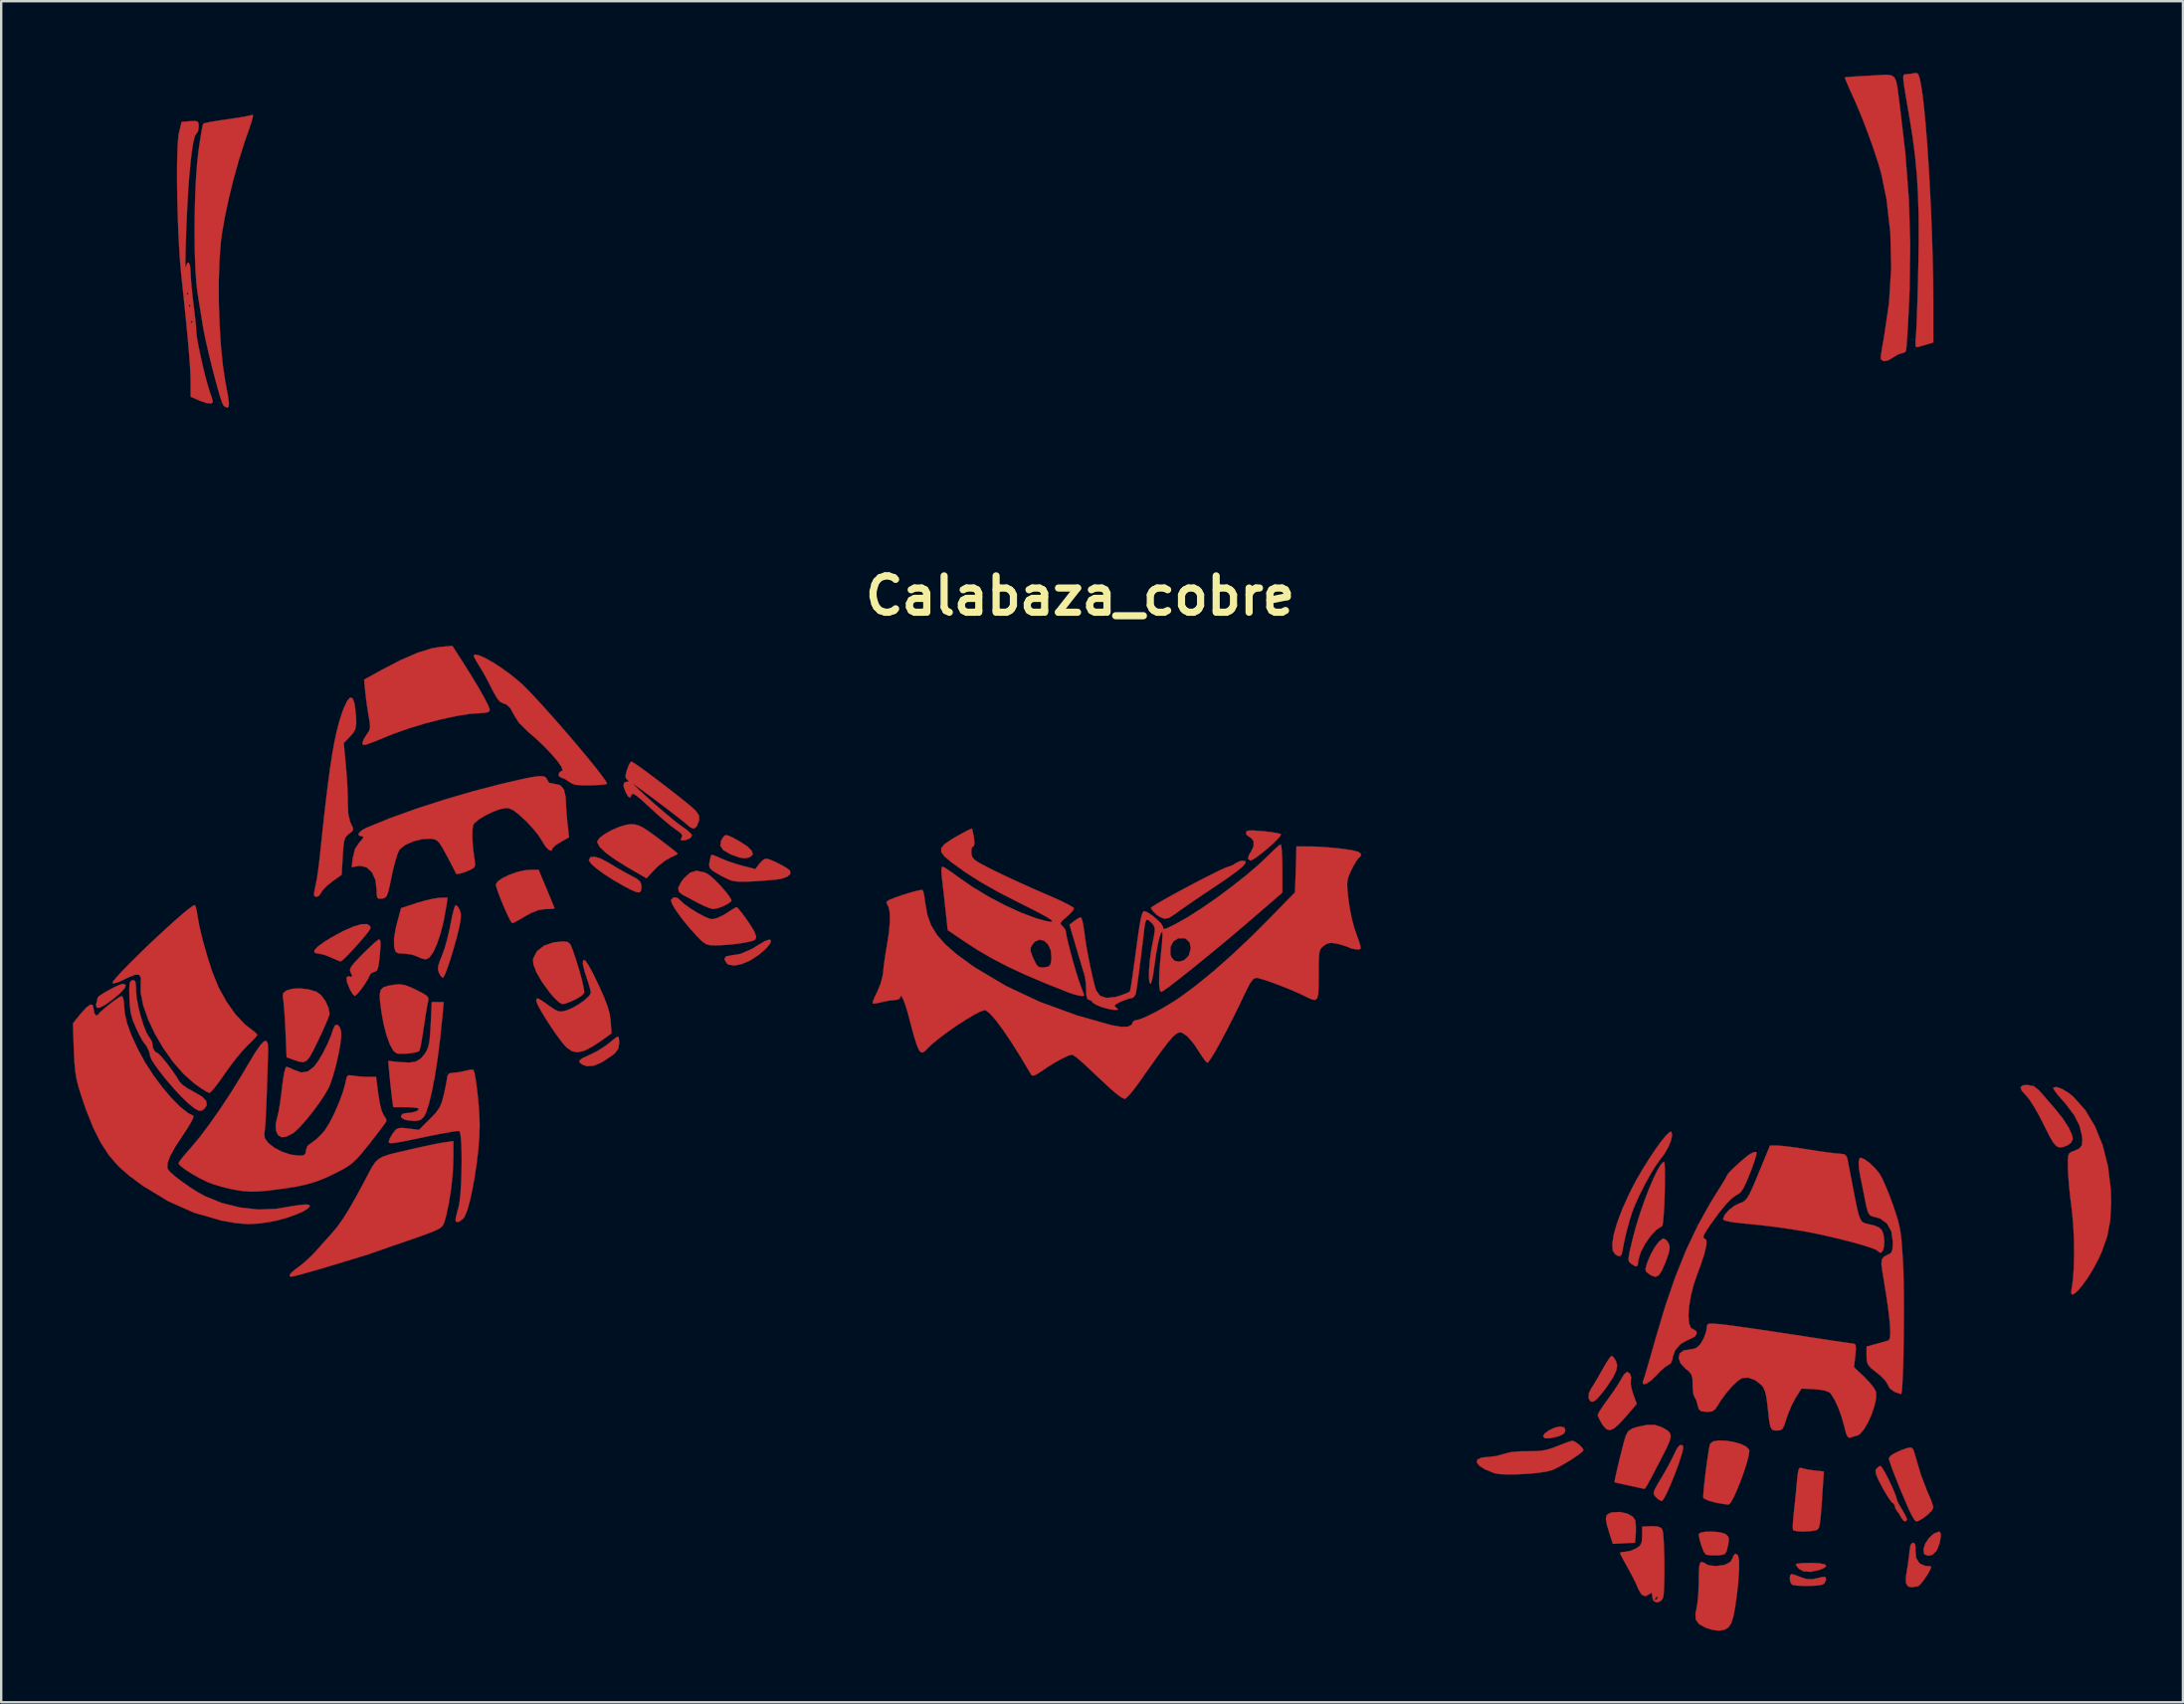
<source format=kicad_pcb>
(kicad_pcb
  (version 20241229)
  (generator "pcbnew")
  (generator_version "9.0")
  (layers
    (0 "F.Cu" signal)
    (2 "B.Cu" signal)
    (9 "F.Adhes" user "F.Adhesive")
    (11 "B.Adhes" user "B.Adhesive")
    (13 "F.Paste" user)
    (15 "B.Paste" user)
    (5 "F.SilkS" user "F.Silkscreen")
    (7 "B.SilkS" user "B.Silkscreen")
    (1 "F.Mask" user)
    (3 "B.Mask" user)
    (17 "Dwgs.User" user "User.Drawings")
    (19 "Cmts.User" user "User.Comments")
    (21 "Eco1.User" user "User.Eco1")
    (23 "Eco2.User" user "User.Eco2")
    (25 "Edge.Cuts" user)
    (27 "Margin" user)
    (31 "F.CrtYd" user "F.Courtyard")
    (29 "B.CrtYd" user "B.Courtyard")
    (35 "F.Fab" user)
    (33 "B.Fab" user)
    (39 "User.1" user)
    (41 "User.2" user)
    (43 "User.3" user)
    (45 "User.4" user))
  (footprint "Calabaza_cobre"
    (layer "F.Cu")
    (at 42.186 21.908)
    (property "Reference" "Calabaza_cobre" (at 0 0 0) (layer "F.SilkS") (effects (font (size 1.524 1.524) (thickness 0.3))))
    (attr through_hole)
    (fp_poly (pts (xy 20.278 34.841) (xy 20.32 34.963) (xy 20.261 35.098) (xy 20.067 35.197) (xy 20.003 35.217) (xy 19.659 35.293) (xy 19.457 35.289) (xy 19.389 35.205) (xy 19.389 35.2) (xy 19.462 35.082) (xy 19.642 34.954) (xy 19.87 34.849) (xy 20.088 34.799) (xy 20.115 34.798) (xy 20.278 34.841)) (stroke (width 0.01) (type solid)) (fill yes) (layer "F.Cu"))
    (fp_poly (pts (xy 30.97 40.528) (xy 31.185 40.573) (xy 31.247 40.641) (xy 31.15 40.728) (xy 30.975 40.801) (xy 30.601 40.885) (xy 30.291 40.863) (xy 30.105 40.761) (xy 29.999 40.631) (xy 29.972 40.569) (xy 30.05 40.541) (xy 30.255 40.52) (xy 30.548 40.512) (xy 30.607 40.511) (xy 30.97 40.528)) (stroke (width 0.01) (type solid)) (fill yes) (layer "F.Cu"))
    (fp_poly (pts (xy 36.04 39.271) (xy 36.04 39.446) (xy 35.995 39.676) (xy 35.912 39.908) (xy 35.848 40.026) (xy 35.692 40.17) (xy 35.508 40.216) (xy 35.362 40.151) (xy 35.347 40.13) (xy 35.317 39.937) (xy 35.396 39.7) (xy 35.552 39.466) (xy 35.751 39.284) (xy 35.961 39.202) (xy 35.985 39.201) (xy 36.04 39.271)) (stroke (width 0.01) (type solid)) (fill yes) (layer "F.Cu"))
    (fp_poly (pts (xy 22.919 38.447) (xy 23.146 38.576) (xy 23.247 38.727) (xy 23.271 38.932) (xy 23.272 39.208) (xy 23.268 39.292) (xy 23.241 39.666) (xy 22.775 39.69) (xy 22.31 39.714) (xy 22.162 39.259) (xy 22.053 38.892) (xy 22.016 38.651) (xy 22.057 38.504) (xy 22.18 38.423) (xy 22.304 38.392) (xy 22.621 38.38) (xy 22.919 38.447)) (stroke (width 0.01) (type solid)) (fill yes) (layer "F.Cu"))
    (fp_poly (pts (xy -39.973 16.297) (xy -40 16.417) (xy -40.17 16.613) (xy -40.468 16.87) (xy -40.812 17.123) (xy -41.053 17.251) (xy -41.187 17.255) (xy -41.213 17.133) (xy -41.201 17.081) (xy -41.161 16.91) (xy -41.149 16.836) (xy -41.079 16.763) (xy -40.903 16.646) (xy -40.668 16.511) (xy -40.422 16.383) (xy -40.212 16.29) (xy -40.091 16.256) (xy -39.973 16.297)) (stroke (width 0.01) (type solid)) (fill yes) (layer "F.Cu"))
    (fp_poly (pts (xy -14.675 10.067) (xy -14.453 10.18) (xy -14.278 10.277) (xy -13.938 10.496) (xy -13.747 10.685) (xy -13.71 10.837) (xy -13.831 10.948) (xy -13.85 10.955) (xy -14.038 10.996) (xy -14.258 10.967) (xy -14.559 10.86) (xy -14.668 10.813) (xy -14.952 10.648) (xy -15.072 10.464) (xy -15.035 10.249) (xy -14.956 10.12) (xy -14.889 10.045) (xy -14.807 10.024) (xy -14.675 10.067)) (stroke (width 0.01) (type solid)) (fill yes) (layer "F.Cu"))
    (fp_poly (pts (xy -12.944 14.442) (xy -12.984 14.565) (xy -13.136 14.754) (xy -13.402 14.994) (xy -13.465 15.044) (xy -13.82 15.276) (xy -14.172 15.427) (xy -14.485 15.488) (xy -14.723 15.451) (xy -14.796 15.4) (xy -14.898 15.229) (xy -14.844 15.111) (xy -14.66 15.071) (xy -14.218 14.997) (xy -13.732 14.785) (xy -13.489 14.634) (xy -13.198 14.461) (xy -13.016 14.402) (xy -12.944 14.442)) (stroke (width 0.01) (type solid)) (fill yes) (layer "F.Cu"))
    (fp_poly (pts (xy 24.557 26.993) (xy 24.65 27.128) (xy 24.688 27.267) (xy 24.674 27.44) (xy 24.599 27.69) (xy 24.508 27.933) (xy 24.36 28.274) (xy 24.229 28.466) (xy 24.092 28.528) (xy 23.924 28.474) (xy 23.815 28.404) (xy 23.705 28.313) (xy 23.673 28.214) (xy 23.713 28.046) (xy 23.757 27.917) (xy 23.895 27.59) (xy 24.063 27.292) (xy 24.234 27.061) (xy 24.383 26.936) (xy 24.429 26.924) (xy 24.557 26.993)) (stroke (width 0.01) (type solid)) (fill yes) (layer "F.Cu"))
    (fp_poly (pts (xy 29.912 41.009) (xy 30.118 41.084) (xy 30.185 41.112) (xy 30.421 41.187) (xy 30.655 41.196) (xy 30.951 41.137) (xy 31.094 41.096) (xy 31.214 41.107) (xy 31.242 41.217) (xy 31.167 41.374) (xy 31.052 41.433) (xy 30.851 41.462) (xy 30.564 41.476) (xy 30.254 41.475) (xy 29.986 41.46) (xy 29.824 41.431) (xy 29.751 41.336) (xy 29.72 41.178) (xy 29.735 41.034) (xy 29.792 40.979) (xy 29.912 41.009)) (stroke (width 0.01) (type solid)) (fill yes) (layer "F.Cu"))
    (fp_poly (pts (xy -19.32 18.532) (xy -19.304 18.714) (xy -19.304 18.744) (xy -19.342 18.974) (xy -19.482 19.159) (xy -19.579 19.239) (xy -20.009 19.529) (xy -20.363 19.683) (xy -20.655 19.706) (xy -20.849 19.636) (xy -20.967 19.545) (xy -20.967 19.46) (xy -20.833 19.363) (xy -20.552 19.235) (xy -20.543 19.231) (xy -20.211 19.065) (xy -19.882 18.855) (xy -19.746 18.75) (xy -19.546 18.586) (xy -19.4 18.48) (xy -19.354 18.457) (xy -19.32 18.532)) (stroke (width 0.01) (type solid)) (fill yes) (layer "F.Cu"))
    (fp_poly (pts (xy 22.341 31.901) (xy 22.437 32.048) (xy 22.49 32.231) (xy 22.454 32.451) (xy 22.323 32.731) (xy 22.084 33.094) (xy 21.918 33.321) (xy 21.678 33.61) (xy 21.502 33.753) (xy 21.378 33.753) (xy 21.295 33.618) (xy 21.294 33.613) (xy 21.305 33.403) (xy 21.4 33.21) (xy 21.521 33.02) (xy 21.687 32.74) (xy 21.864 32.427) (xy 21.876 32.406) (xy 22.033 32.135) (xy 22.166 31.933) (xy 22.248 31.838) (xy 22.257 31.835) (xy 22.341 31.901)) (stroke (width 0.01) (type solid)) (fill yes) (layer "F.Cu"))
    (fp_poly (pts (xy 26.697 39.218) (xy 26.927 39.262) (xy 27.049 39.316) (xy 27.144 39.413) (xy 27.169 39.55) (xy 27.133 39.786) (xy 27.129 39.803) (xy 27.072 40.032) (xy 26.993 40.143) (xy 26.835 40.185) (xy 26.67 40.196) (xy 26.417 40.196) (xy 26.232 40.17) (xy 26.193 40.154) (xy 26.115 40.038) (xy 26.028 39.822) (xy 25.952 39.571) (xy 25.911 39.352) (xy 25.908 39.306) (xy 25.983 39.244) (xy 26.174 39.208) (xy 26.428 39.2) (xy 26.697 39.218)) (stroke (width 0.01) (type solid)) (fill yes) (layer "F.Cu"))
    (fp_poly (pts (xy -20.077 11.008) (xy -19.747 11.182) (xy -19.708 11.207) (xy -19.371 11.411) (xy -19.004 11.618) (xy -18.817 11.716) (xy -18.562 11.856) (xy -18.428 11.972) (xy -18.378 12.102) (xy -18.373 12.193) (xy -18.388 12.351) (xy -18.452 12.424) (xy -18.59 12.409) (xy -18.827 12.307) (xy -19.092 12.168) (xy -19.54 11.912) (xy -19.935 11.658) (xy -20.254 11.425) (xy -20.474 11.229) (xy -20.571 11.088) (xy -20.573 11.07) (xy -20.512 10.948) (xy -20.339 10.929) (xy -20.077 11.008)) (stroke (width 0.01) (type solid)) (fill yes) (layer "F.Cu"))
    (fp_poly (pts (xy -29.731 13.848) (xy -29.718 13.921) (xy -29.771 14.018) (xy -29.913 14.202) (xy -30.112 14.439) (xy -30.342 14.699) (xy -30.573 14.948) (xy -30.775 15.155) (xy -30.92 15.287) (xy -30.974 15.318) (xy -31.079 15.28) (xy -31.276 15.194) (xy -31.369 15.151) (xy -31.624 15.05) (xy -31.848 14.993) (xy -31.898 14.988) (xy -32.061 14.953) (xy -32.072 14.856) (xy -31.933 14.7) (xy -31.649 14.492) (xy -31.365 14.316) (xy -30.858 14.04) (xy -30.428 13.853) (xy -30.088 13.756) (xy -29.851 13.753) (xy -29.731 13.848)) (stroke (width 0.01) (type solid)) (fill yes) (layer "F.Cu"))
    (fp_poly (pts (xy -15.743 11.584) (xy -15.647 11.624) (xy -15.49 11.729) (xy -15.286 11.913) (xy -15.065 12.14) (xy -14.858 12.376) (xy -14.695 12.587) (xy -14.609 12.738) (xy -14.606 12.786) (xy -14.733 12.892) (xy -14.953 13.005) (xy -15.191 13.092) (xy -15.359 13.122) (xy -15.526 13.081) (xy -15.778 12.979) (xy -16.002 12.867) (xy -16.284 12.716) (xy -16.531 12.584) (xy -16.658 12.517) (xy -16.811 12.39) (xy -16.828 12.219) (xy -16.708 11.986) (xy -16.589 11.83) (xy -16.335 11.597) (xy -16.066 11.517) (xy -15.743 11.584)) (stroke (width 0.01) (type solid)) (fill yes) (layer "F.Cu"))
    (fp_poly (pts (xy 25.225 35.586) (xy 25.252 35.609) (xy 25.254 35.715) (xy 25.201 35.94) (xy 25.103 36.248) (xy 24.976 36.605) (xy 24.832 36.977) (xy 24.685 37.329) (xy 24.549 37.628) (xy 24.435 37.837) (xy 24.359 37.923) (xy 24.354 37.924) (xy 24.228 37.861) (xy 24.107 37.752) (xy 24.038 37.665) (xy 24.019 37.574) (xy 24.059 37.444) (xy 24.17 37.238) (xy 24.327 36.976) (xy 24.528 36.63) (xy 24.719 36.279) (xy 24.861 35.993) (xy 24.875 35.962) (xy 25.011 35.692) (xy 25.123 35.572) (xy 25.225 35.586)) (stroke (width 0.01) (type solid)) (fill yes) (layer "F.Cu"))
    (fp_poly (pts (xy -21.46 14.501) (xy -21.349 14.6) (xy -21.265 14.796) (xy -21.106 15.267) (xy -20.969 15.715) (xy -20.862 16.108) (xy -20.793 16.416) (xy -20.771 16.607) (xy -20.776 16.642) (xy -20.882 16.753) (xy -21.09 16.883) (xy -21.342 17.003) (xy -21.577 17.084) (xy -21.689 17.101) (xy -21.808 17.039) (xy -21.99 16.875) (xy -22.195 16.643) (xy -22.209 16.625) (xy -22.536 16.175) (xy -22.77 15.774) (xy -22.898 15.444) (xy -22.912 15.207) (xy -22.75 14.891) (xy -22.454 14.657) (xy -22.046 14.516) (xy -21.642 14.478) (xy -21.46 14.501)) (stroke (width 0.01) (type solid)) (fill yes) (layer "F.Cu"))
    (fp_poly (pts (xy -26.541 12.988) (xy -26.649 13.59) (xy -26.783 14.128) (xy -26.934 14.583) (xy -27.095 14.932) (xy -27.256 15.156) (xy -27.411 15.232) (xy -27.414 15.232) (xy -27.595 15.185) (xy -27.771 15.106) (xy -27.996 15.029) (xy -28.278 14.989) (xy -28.331 14.987) (xy -28.554 14.976) (xy -28.664 14.916) (xy -28.715 14.763) (xy -28.732 14.668) (xy -28.733 14.341) (xy -28.657 13.898) (xy -28.611 13.716) (xy -28.438 13.081) (xy -27.787 12.869) (xy -27.431 12.766) (xy -27.092 12.688) (xy -26.837 12.651) (xy -26.813 12.65) (xy -26.49 12.642) (xy -26.541 12.988)) (stroke (width 0.01) (type solid)) (fill yes) (layer "F.Cu"))
    (fp_poly (pts (xy -26.063 13.022) (xy -25.979 13.163) (xy -25.936 13.322) (xy -25.941 13.537) (xy -25.998 13.853) (xy -26.029 13.988) (xy -26.136 14.412) (xy -26.257 14.841) (xy -26.38 15.244) (xy -26.497 15.59) (xy -26.597 15.848) (xy -26.669 15.987) (xy -26.689 16.002) (xy -26.771 15.934) (xy -26.854 15.793) (xy -26.896 15.645) (xy -26.878 15.475) (xy -26.791 15.229) (xy -26.733 15.094) (xy -26.62 14.784) (xy -26.504 14.377) (xy -26.403 13.943) (xy -26.372 13.78) (xy -26.303 13.431) (xy -26.235 13.155) (xy -26.178 12.988) (xy -26.15 12.954) (xy -26.063 13.022)) (stroke (width 0.01) (type solid)) (fill yes) (layer "F.Cu"))
    (fp_poly (pts (xy 7.54 9.851) (xy 7.641 9.859) (xy 7.972 9.895) (xy 8.238 9.937) (xy 8.393 9.977) (xy 8.411 9.988) (xy 8.381 10.065) (xy 8.247 10.215) (xy 8.043 10.41) (xy 7.802 10.622) (xy 7.555 10.822) (xy 7.337 10.984) (xy 7.178 11.077) (xy 7.133 11.09) (xy 7.037 11.025) (xy 7.03 10.986) (xy 7.08 10.839) (xy 7.157 10.715) (xy 7.266 10.486) (xy 7.263 10.275) (xy 7.152 10.134) (xy 7.112 10.118) (xy 6.975 10.019) (xy 6.943 9.932) (xy 6.964 9.868) (xy 7.049 9.835) (xy 7.231 9.831) (xy 7.54 9.851)) (stroke (width 0.01) (type solid)) (fill yes) (layer "F.Cu"))
    (fp_poly (pts (xy 39.943 20.543) (xy 40.164 20.722) (xy 40.32 20.901) (xy 40.541 21.156) (xy 40.783 21.435) (xy 40.808 21.463) (xy 41.153 21.895) (xy 41.404 22.282) (xy 41.545 22.6) (xy 41.571 22.758) (xy 41.501 22.909) (xy 41.356 23.016) (xy 41.163 23.092) (xy 41.012 23.11) (xy 40.879 23.049) (xy 40.745 22.891) (xy 40.587 22.618) (xy 40.384 22.212) (xy 40.355 22.153) (xy 40.153 21.759) (xy 39.948 21.399) (xy 39.765 21.115) (xy 39.63 20.947) (xy 39.431 20.728) (xy 39.383 20.584) (xy 39.484 20.507) (xy 39.666 20.489) (xy 39.943 20.543)) (stroke (width 0.01) (type solid)) (fill yes) (layer "F.Cu"))
    (fp_poly (pts (xy 23.026 32.583) (xy 23.081 32.746) (xy 23.06 32.892) (xy 23.06 33.04) (xy 23.111 33.279) (xy 23.161 33.434) (xy 23.311 33.85) (xy 22.902 34.329) (xy 22.599 34.666) (xy 22.369 34.872) (xy 22.191 34.952) (xy 22.044 34.914) (xy 21.905 34.765) (xy 21.851 34.682) (xy 21.738 34.479) (xy 21.678 34.333) (xy 21.675 34.313) (xy 21.722 34.21) (xy 21.849 34.01) (xy 22.031 33.749) (xy 22.108 33.645) (xy 22.327 33.339) (xy 22.521 33.048) (xy 22.654 32.825) (xy 22.674 32.787) (xy 22.787 32.605) (xy 22.895 32.514) (xy 22.909 32.512) (xy 23.026 32.583)) (stroke (width 0.01) (type solid)) (fill yes) (layer "F.Cu"))
    (fp_poly (pts (xy 34.965 39.712) (xy 34.988 39.872) (xy 34.981 39.991) (xy 35.013 40.308) (xy 35.155 40.533) (xy 35.386 40.636) (xy 35.446 40.64) (xy 35.599 40.652) (xy 35.645 40.672) (xy 35.6 40.799) (xy 35.49 40.994) (xy 35.348 41.208) (xy 35.21 41.387) (xy 35.109 41.482) (xy 35.094 41.487) (xy 34.912 41.516) (xy 34.861 41.533) (xy 34.713 41.515) (xy 34.637 41.454) (xy 34.582 41.331) (xy 34.58 41.128) (xy 34.623 40.836) (xy 34.678 40.495) (xy 34.721 40.162) (xy 34.735 40.005) (xy 34.775 39.762) (xy 34.861 39.669) (xy 34.882 39.666) (xy 34.965 39.712)) (stroke (width 0.01) (type solid)) (fill yes) (layer "F.Cu"))
    (fp_poly (pts (xy -32.319 16.486) (xy -31.986 16.583) (xy -31.788 16.73) (xy -31.607 16.975) (xy -31.479 17.256) (xy -31.437 17.51) (xy -31.446 17.567) (xy -31.501 17.717) (xy -31.613 17.981) (xy -31.766 18.32) (xy -31.926 18.658) (xy -32.121 19.057) (xy -32.27 19.323) (xy -32.398 19.476) (xy -32.53 19.534) (xy -32.693 19.518) (xy -32.911 19.447) (xy -32.935 19.438) (xy -33.232 19.332) (xy -33.283 18.154) (xy -33.306 17.71) (xy -33.333 17.314) (xy -33.362 17.005) (xy -33.389 16.818) (xy -33.396 16.794) (xy -33.378 16.64) (xy -33.228 16.528) (xy -32.98 16.461) (xy -32.665 16.446) (xy -32.319 16.486)) (stroke (width 0.01) (type solid)) (fill yes) (layer "F.Cu"))
    (fp_poly (pts (xy -22.348 12.268) (xy -22.209 12.603) (xy -22.097 12.875) (xy -22.029 13.049) (xy -22.013 13.094) (xy -22.089 13.112) (xy -22.279 13.122) (xy -22.378 13.123) (xy -22.681 13.162) (xy -23.009 13.293) (xy -23.235 13.42) (xy -23.491 13.569) (xy -23.688 13.676) (xy -23.784 13.716) (xy -23.84 13.643) (xy -23.942 13.448) (xy -24.074 13.164) (xy -24.157 12.975) (xy -24.294 12.637) (xy -24.401 12.347) (xy -24.462 12.147) (xy -24.47 12.092) (xy -24.393 11.967) (xy -24.192 11.826) (xy -23.91 11.689) (xy -23.588 11.574) (xy -23.27 11.5) (xy -23.093 11.483) (xy -22.683 11.472) (xy -22.348 12.268)) (stroke (width 0.01) (type solid)) (fill yes) (layer "F.Cu"))
    (fp_poly (pts (xy -18.642 9.579) (xy -18.476 9.625) (xy -18.282 9.724) (xy -18.028 9.893) (xy -17.678 10.15) (xy -17.651 10.17) (xy -17.339 10.407) (xy -17.083 10.606) (xy -16.911 10.745) (xy -16.849 10.804) (xy -16.919 10.853) (xy -17.093 10.936) (xy -17.16 10.965) (xy -17.396 11.103) (xy -17.663 11.315) (xy -17.817 11.464) (xy -18.161 11.833) (xy -18.923 11.391) (xy -19.463 11.057) (xy -19.864 10.766) (xy -20.118 10.523) (xy -20.222 10.332) (xy -20.221 10.279) (xy -20.123 10.138) (xy -19.906 9.976) (xy -19.617 9.815) (xy -19.299 9.679) (xy -18.998 9.59) (xy -18.815 9.568) (xy -18.642 9.579)) (stroke (width 0.01) (type solid)) (fill yes) (layer "F.Cu"))
    (fp_poly (pts (xy 34.888 35.753) (xy 34.956 35.954) (xy 34.968 36) (xy 35.209 36.816) (xy 35.482 37.527) (xy 35.531 37.634) (xy 35.642 37.898) (xy 35.713 38.116) (xy 35.729 38.203) (xy 35.663 38.326) (xy 35.503 38.487) (xy 35.3 38.643) (xy 35.108 38.752) (xy 35.011 38.776) (xy 34.938 38.704) (xy 34.825 38.513) (xy 34.694 38.244) (xy 34.677 38.205) (xy 34.452 37.678) (xy 34.25 37.189) (xy 34.081 36.763) (xy 33.955 36.425) (xy 33.882 36.2) (xy 33.867 36.125) (xy 33.942 36.022) (xy 34.141 35.898) (xy 34.424 35.774) (xy 34.688 35.688) (xy 34.809 35.676) (xy 34.888 35.753)) (stroke (width 0.01) (type solid)) (fill yes) (layer "F.Cu"))
    (fp_poly (pts (xy 30.213 36.538) (xy 30.38 36.582) (xy 30.635 36.625) (xy 30.749 36.639) (xy 31.146 36.681) (xy 31.106 37.285) (xy 31.067 37.882) (xy 31.034 38.331) (xy 31.006 38.655) (xy 30.977 38.875) (xy 30.945 39.013) (xy 30.906 39.09) (xy 30.856 39.128) (xy 30.791 39.149) (xy 30.57 39.185) (xy 30.307 39.198) (xy 30.061 39.188) (xy 29.892 39.157) (xy 29.856 39.134) (xy 29.845 39.023) (xy 29.854 38.791) (xy 29.882 38.485) (xy 29.887 38.435) (xy 29.933 38.009) (xy 29.981 37.526) (xy 30.016 37.141) (xy 30.049 36.809) (xy 30.084 36.617) (xy 30.13 36.534) (xy 30.198 36.532) (xy 30.213 36.538)) (stroke (width 0.01) (type solid)) (fill yes) (layer "F.Cu"))
    (fp_poly (pts (xy 27.034 35.391) (xy 27.356 35.442) (xy 27.656 35.526) (xy 27.89 35.637) (xy 28.015 35.767) (xy 28.025 35.814) (xy 27.996 36.026) (xy 27.917 36.329) (xy 27.803 36.686) (xy 27.667 37.064) (xy 27.522 37.426) (xy 27.382 37.737) (xy 27.261 37.962) (xy 27.172 38.065) (xy 27.162 38.068) (xy 27.021 38.057) (xy 26.779 38.017) (xy 26.591 37.98) (xy 26.332 37.91) (xy 26.152 37.832) (xy 26.099 37.785) (xy 26.098 37.667) (xy 26.116 37.421) (xy 26.151 37.089) (xy 26.196 36.71) (xy 26.246 36.325) (xy 26.297 35.974) (xy 26.343 35.697) (xy 26.379 35.534) (xy 26.383 35.525) (xy 26.503 35.425) (xy 26.735 35.383) (xy 27.034 35.391)) (stroke (width 0.01) (type solid)) (fill yes) (layer "F.Cu"))
    (fp_poly (pts (xy -28.289 16.305) (xy -28.033 16.4) (xy -27.802 16.509) (xy -27.514 16.658) (xy -27.354 16.766) (xy -27.293 16.859) (xy -27.303 16.964) (xy -27.337 17.119) (xy -27.386 17.4) (xy -27.443 17.762) (xy -27.489 18.076) (xy -27.547 18.457) (xy -27.603 18.775) (xy -27.65 18.992) (xy -27.678 19.07) (xy -27.798 19.119) (xy -28.023 19.159) (xy -28.285 19.182) (xy -28.519 19.183) (xy -28.63 19.167) (xy -28.768 19.048) (xy -28.911 18.787) (xy -29.047 18.413) (xy -29.167 17.953) (xy -29.261 17.435) (xy -29.266 17.4) (xy -29.32 16.975) (xy -29.333 16.686) (xy -29.288 16.503) (xy -29.171 16.395) (xy -28.968 16.332) (xy -28.73 16.292) (xy -28.501 16.273) (xy -28.289 16.305)) (stroke (width 0.01) (type solid)) (fill yes) (layer "F.Cu"))
    (fp_poly (pts (xy 33.585 36.52) (xy 33.696 36.706) (xy 33.831 36.963) (xy 33.97 37.251) (xy 34.092 37.527) (xy 34.177 37.749) (xy 34.205 37.868) (xy 34.247 37.973) (xy 34.353 38.165) (xy 34.417 38.269) (xy 34.543 38.487) (xy 34.619 38.65) (xy 34.629 38.691) (xy 34.582 38.774) (xy 34.485 38.748) (xy 34.398 38.629) (xy 34.398 38.629) (xy 34.288 38.437) (xy 34.231 38.369) (xy 34.135 38.212) (xy 34.121 38.136) (xy 34.076 38.028) (xy 34.042 38.015) (xy 33.968 37.946) (xy 33.839 37.761) (xy 33.677 37.494) (xy 33.606 37.368) (xy 33.426 37.024) (xy 33.331 36.793) (xy 33.312 36.645) (xy 33.334 36.585) (xy 33.453 36.47) (xy 33.518 36.449) (xy 33.585 36.52)) (stroke (width 0.01) (type solid)) (fill yes) (layer "F.Cu"))
    (fp_poly (pts (xy 24.474 23.785) (xy 24.487 23.999) (xy 24.491 24.312) (xy 24.488 24.69) (xy 24.478 25.099) (xy 24.463 25.505) (xy 24.442 25.872) (xy 24.419 26.167) (xy 24.392 26.354) (xy 24.372 26.403) (xy 24.133 26.559) (xy 23.881 26.829) (xy 23.649 27.163) (xy 23.47 27.514) (xy 23.376 27.832) (xy 23.369 27.919) (xy 23.343 28.072) (xy 23.251 28.089) (xy 23.078 27.981) (xy 23.01 27.922) (xy 22.972 27.849) (xy 22.968 27.732) (xy 22.999 27.539) (xy 23.067 27.237) (xy 23.148 26.904) (xy 23.284 26.397) (xy 23.448 25.871) (xy 23.629 25.35) (xy 23.816 24.861) (xy 24 24.427) (xy 24.17 24.075) (xy 24.316 23.828) (xy 24.429 23.712) (xy 24.451 23.707) (xy 24.474 23.785)) (stroke (width 0.01) (type solid)) (fill yes) (layer "F.Cu"))
    (fp_poly (pts (xy 6.92 11.116) (xy 6.928 11.193) (xy 6.815 11.33) (xy 6.573 11.532) (xy 6.196 11.807) (xy 5.68 12.159) (xy 5.616 12.201) (xy 5.175 12.496) (xy 4.762 12.775) (xy 4.408 13.019) (xy 4.14 13.207) (xy 3.996 13.314) (xy 3.737 13.487) (xy 3.529 13.529) (xy 3.319 13.442) (xy 3.196 13.35) (xy 3.041 13.201) (xy 2.965 13.084) (xy 2.963 13.074) (xy 3.035 13.013) (xy 3.231 12.891) (xy 3.525 12.721) (xy 3.89 12.518) (xy 4.3 12.295) (xy 4.729 12.067) (xy 5.149 11.848) (xy 5.534 11.653) (xy 5.858 11.494) (xy 6.093 11.387) (xy 6.213 11.345) (xy 6.216 11.345) (xy 6.358 11.298) (xy 6.482 11.221) (xy 6.672 11.121) (xy 6.795 11.094) (xy 6.92 11.116)) (stroke (width 0.01) (type solid)) (fill yes) (layer "F.Cu"))
    (fp_poly (pts (xy 24.76 22.447) (xy 24.793 22.587) (xy 24.744 22.82) (xy 24.629 23.1) (xy 24.466 23.385) (xy 24.318 23.579) (xy 24.129 23.834) (xy 23.902 24.201) (xy 23.661 24.636) (xy 23.429 25.095) (xy 23.231 25.532) (xy 23.133 25.781) (xy 23.01 26.165) (xy 22.884 26.626) (xy 22.78 27.078) (xy 22.733 27.326) (xy 22.685 27.566) (xy 22.623 27.664) (xy 22.514 27.648) (xy 22.416 27.595) (xy 22.307 27.436) (xy 22.286 27.151) (xy 22.348 26.753) (xy 22.49 26.259) (xy 22.707 25.684) (xy 22.997 25.044) (xy 23.082 24.872) (xy 23.306 24.45) (xy 23.558 24.016) (xy 23.821 23.594) (xy 24.08 23.205) (xy 24.319 22.874) (xy 24.523 22.621) (xy 24.675 22.472) (xy 24.76 22.446) (xy 24.76 22.447)) (stroke (width 0.01) (type solid)) (fill yes) (layer "F.Cu"))
    (fp_poly (pts (xy -29.32 14.422) (xy -29.299 14.525) (xy -29.304 14.73) (xy -29.333 15.066) (xy -29.349 15.228) (xy -29.389 15.522) (xy -29.44 15.683) (xy -29.515 15.744) (xy -29.555 15.748) (xy -29.703 15.819) (xy -29.758 15.909) (xy -29.837 16.074) (xy -29.972 16.289) (xy -30.129 16.507) (xy -30.274 16.68) (xy -30.372 16.762) (xy -30.38 16.764) (xy -30.457 16.695) (xy -30.562 16.523) (xy -30.591 16.465) (xy -30.705 16.179) (xy -30.727 15.997) (xy -30.658 15.936) (xy -30.607 15.948) (xy -30.499 15.967) (xy -30.499 15.886) (xy -30.562 15.754) (xy -30.58 15.663) (xy -30.53 15.543) (xy -30.396 15.371) (xy -30.16 15.12) (xy -30.039 14.997) (xy -29.778 14.743) (xy -29.559 14.542) (xy -29.411 14.419) (xy -29.365 14.393) (xy -29.32 14.422)) (stroke (width 0.01) (type solid)) (fill yes) (layer "F.Cu"))
    (fp_poly (pts (xy -15.36 10.864) (xy -15.176 10.937) (xy -15.054 10.994) (xy -14.768 11.112) (xy -14.408 11.234) (xy -14.145 11.309) (xy -13.6 11.448) (xy -13.439 11.227) (xy -13.292 11.073) (xy -13.159 11.007) (xy -13.156 11.007) (xy -13.004 11.046) (xy -12.771 11.144) (xy -12.514 11.273) (xy -12.291 11.402) (xy -12.158 11.504) (xy -12.148 11.517) (xy -12.14 11.656) (xy -12.28 11.775) (xy -12.546 11.86) (xy -12.727 11.887) (xy -13.382 11.944) (xy -13.916 11.973) (xy -14.314 11.973) (xy -14.561 11.944) (xy -14.572 11.94) (xy -14.775 11.859) (xy -15.042 11.725) (xy -15.183 11.646) (xy -15.408 11.504) (xy -15.516 11.394) (xy -15.538 11.267) (xy -15.521 11.149) (xy -15.478 10.954) (xy -15.445 10.851) (xy -15.444 10.849) (xy -15.36 10.864)) (stroke (width 0.01) (type solid)) (fill yes) (layer "F.Cu"))
    (fp_poly (pts (xy 24.063 34.73) (xy 24.34 34.818) (xy 24.373 34.835) (xy 24.577 34.95) (xy 24.697 35.062) (xy 24.734 35.202) (xy 24.69 35.402) (xy 24.563 35.692) (xy 24.387 36.04) (xy 24.133 36.53) (xy 23.945 36.89) (xy 23.812 37.138) (xy 23.724 37.294) (xy 23.668 37.378) (xy 23.635 37.408) (xy 23.622 37.41) (xy 23.524 37.389) (xy 23.306 37.341) (xy 23.014 37.277) (xy 22.987 37.271) (xy 22.695 37.207) (xy 22.48 37.158) (xy 22.382 37.134) (xy 22.381 37.134) (xy 22.39 37.053) (xy 22.432 36.846) (xy 22.498 36.554) (xy 22.579 36.214) (xy 22.665 35.866) (xy 22.747 35.549) (xy 22.814 35.301) (xy 22.854 35.175) (xy 22.955 34.994) (xy 23.128 34.88) (xy 23.329 34.815) (xy 23.743 34.73) (xy 24.063 34.73)) (stroke (width 0.01) (type solid)) (fill yes) (layer "F.Cu"))
    (fp_poly (pts (xy 20.747 35.448) (xy 20.907 35.57) (xy 21.039 35.704) (xy 21.081 35.785) (xy 21.012 35.869) (xy 20.833 36.007) (xy 20.58 36.177) (xy 20.292 36.352) (xy 20.008 36.51) (xy 19.775 36.622) (xy 19.538 36.685) (xy 19.185 36.738) (xy 18.764 36.778) (xy 18.322 36.802) (xy 17.906 36.808) (xy 17.565 36.793) (xy 17.356 36.757) (xy 16.968 36.601) (xy 16.718 36.443) (xy 16.608 36.298) (xy 16.643 36.178) (xy 16.826 36.097) (xy 17.155 36.068) (xy 17.442 36.033) (xy 17.732 35.949) (xy 17.739 35.946) (xy 18.033 35.872) (xy 18.456 35.837) (xy 18.732 35.835) (xy 19.141 35.829) (xy 19.461 35.79) (xy 19.768 35.703) (xy 19.988 35.618) (xy 20.274 35.506) (xy 20.501 35.425) (xy 20.62 35.394) (xy 20.623 35.393) (xy 20.747 35.448)) (stroke (width 0.01) (type solid)) (fill yes) (layer "F.Cu"))
    (fp_poly (pts (xy 27.556 40.209) (xy 27.597 40.441) (xy 27.596 40.83) (xy 27.555 41.38) (xy 27.511 41.783) (xy 27.437 42.341) (xy 27.36 42.751) (xy 27.268 43.035) (xy 27.151 43.214) (xy 26.996 43.31) (xy 26.794 43.345) (xy 26.697 43.346) (xy 26.441 43.308) (xy 26.204 43.232) (xy 25.919 43.073) (xy 25.78 42.886) (xy 25.769 42.631) (xy 25.808 42.453) (xy 25.853 42.196) (xy 25.888 41.833) (xy 25.906 41.428) (xy 25.908 41.274) (xy 25.913 40.888) (xy 25.931 40.643) (xy 25.965 40.514) (xy 26.021 40.471) (xy 26.03 40.471) (xy 26.174 40.522) (xy 26.204 40.555) (xy 26.313 40.605) (xy 26.53 40.636) (xy 26.662 40.64) (xy 26.998 40.594) (xy 27.235 40.468) (xy 27.344 40.279) (xy 27.347 40.231) (xy 27.416 40.143) (xy 27.474 40.132) (xy 27.556 40.209)) (stroke (width 0.01) (type solid)) (fill yes) (layer "F.Cu"))
    (fp_poly (pts (xy -16.866 12.653) (xy -16.764 12.742) (xy -16.588 12.906) (xy -16.325 13.095) (xy -16.024 13.282) (xy -15.734 13.436) (xy -15.501 13.531) (xy -15.412 13.547) (xy -15.209 13.5) (xy -14.948 13.38) (xy -14.808 13.294) (xy -14.592 13.152) (xy -14.436 13.06) (xy -14.39 13.04) (xy -14.317 13.104) (xy -14.181 13.269) (xy -14.013 13.495) (xy -13.843 13.741) (xy -13.699 13.967) (xy -13.637 14.078) (xy -13.565 14.285) (xy -13.606 14.402) (xy -13.739 14.46) (xy -13.999 14.52) (xy -14.342 14.574) (xy -14.726 14.616) (xy -15.109 14.641) (xy -15.27 14.645) (xy -15.505 14.636) (xy -15.675 14.587) (xy -15.84 14.468) (xy -16.056 14.251) (xy -16.061 14.245) (xy -16.383 13.887) (xy -16.669 13.535) (xy -16.902 13.216) (xy -17.063 12.956) (xy -17.134 12.78) (xy -17.132 12.739) (xy -17.022 12.627) (xy -16.866 12.653)) (stroke (width 0.01) (type solid)) (fill yes) (layer "F.Cu"))
    (fp_poly (pts (xy -25.809 2.848) (xy -25.468 3.392) (xy -25.179 3.873) (xy -24.952 4.274) (xy -24.798 4.577) (xy -24.726 4.763) (xy -24.723 4.792) (xy -24.787 4.874) (xy -24.991 4.909) (xy -25.082 4.911) (xy -25.542 4.943) (xy -26.117 5.034) (xy -26.767 5.174) (xy -27.453 5.353) (xy -28.135 5.561) (xy -28.774 5.788) (xy -28.956 5.861) (xy -29.39 6.039) (xy -29.692 6.158) (xy -29.885 6.225) (xy -29.995 6.247) (xy -30.044 6.23) (xy -30.056 6.181) (xy -30.057 6.16) (xy -30.007 6.011) (xy -29.887 5.819) (xy -29.877 5.806) (xy -29.778 5.659) (xy -29.738 5.514) (xy -29.751 5.31) (xy -29.788 5.096) (xy -29.848 4.733) (xy -29.905 4.315) (xy -29.933 4.063) (xy -29.987 3.512) (xy -29.281 3.12) (xy -28.455 2.691) (xy -27.744 2.384) (xy -27.148 2.198) (xy -26.797 2.141) (xy -26.289 2.098) (xy -25.809 2.848)) (stroke (width 0.01) (type solid)) (fill yes) (layer "F.Cu"))
    (fp_poly (pts (xy -26.709 17.632) (xy -26.802 18.53) (xy -26.907 19.36) (xy -27.022 20.104) (xy -27.144 20.744) (xy -27.268 21.263) (xy -27.393 21.643) (xy -27.482 21.823) (xy -27.619 21.953) (xy -27.831 22.001) (xy -28.152 21.972) (xy -28.258 21.954) (xy -28.406 21.879) (xy -28.448 21.796) (xy -28.376 21.699) (xy -28.258 21.674) (xy -28.002 21.649) (xy -27.794 21.59) (xy -27.69 21.512) (xy -27.686 21.495) (xy -27.763 21.457) (xy -27.965 21.43) (xy -28.227 21.421) (xy -28.767 21.421) (xy -28.817 21.061) (xy -28.85 20.786) (xy -28.889 20.425) (xy -28.921 20.092) (xy -28.977 19.483) (xy -28.508 19.532) (xy -28.109 19.554) (xy -27.828 19.512) (xy -27.621 19.393) (xy -27.443 19.181) (xy -27.443 19.18) (xy -27.35 19.021) (xy -27.287 18.842) (xy -27.244 18.602) (xy -27.215 18.261) (xy -27.198 17.95) (xy -27.154 17.018) (xy -26.653 17.018) (xy -26.709 17.632)) (stroke (width 0.01) (type solid)) (fill yes) (layer "F.Cu"))
    (fp_poly (pts (xy -31.001 18.081) (xy -30.951 18.247) (xy -30.948 18.476) (xy -30.989 18.822) (xy -31.067 19.237) (xy -31.169 19.679) (xy -31.286 20.102) (xy -31.409 20.462) (xy -31.492 20.65) (xy -31.667 20.949) (xy -31.906 21.3) (xy -32.18 21.666) (xy -32.461 22.01) (xy -32.718 22.295) (xy -32.923 22.484) (xy -32.969 22.516) (xy -33.247 22.657) (xy -33.447 22.678) (xy -33.596 22.589) (xy -33.679 22.403) (xy -33.689 22.129) (xy -33.623 21.829) (xy -33.615 21.809) (xy -33.573 21.638) (xy -33.522 21.343) (xy -33.469 20.97) (xy -33.432 20.66) (xy -33.38 20.248) (xy -33.324 19.941) (xy -33.271 19.764) (xy -33.239 19.73) (xy -33.103 19.772) (xy -32.935 19.854) (xy -32.62 19.969) (xy -32.338 19.92) (xy -32.084 19.722) (xy -31.905 19.483) (xy -31.704 19.141) (xy -31.513 18.759) (xy -31.361 18.395) (xy -31.295 18.182) (xy -31.209 17.995) (xy -31.101 17.963) (xy -31.001 18.081)) (stroke (width 0.01) (type solid)) (fill yes) (layer "F.Cu"))
    (fp_poly (pts (xy -20.729 15.277) (xy -20.603 15.45) (xy -20.423 15.777) (xy -20.188 16.26) (xy -20.169 16.301) (xy -19.949 16.789) (xy -19.801 17.169) (xy -19.711 17.479) (xy -19.666 17.758) (xy -19.661 17.823) (xy -19.626 18.332) (xy -19.994 18.594) (xy -20.43 18.885) (xy -20.773 19.06) (xy -21.049 19.122) (xy -21.282 19.076) (xy -21.498 18.926) (xy -21.565 18.86) (xy -21.73 18.662) (xy -21.935 18.384) (xy -22.158 18.06) (xy -22.375 17.725) (xy -22.565 17.413) (xy -22.705 17.159) (xy -22.772 16.998) (xy -22.775 16.976) (xy -22.766 16.887) (xy -22.72 16.864) (xy -22.609 16.917) (xy -22.403 17.056) (xy -22.262 17.157) (xy -22.018 17.325) (xy -21.85 17.405) (xy -21.703 17.415) (xy -21.52 17.371) (xy -21.265 17.265) (xy -20.991 17.107) (xy -20.742 16.928) (xy -20.561 16.758) (xy -20.489 16.629) (xy -20.489 16.628) (xy -20.516 16.486) (xy -20.585 16.244) (xy -20.659 16.024) (xy -20.75 15.738) (xy -20.812 15.497) (xy -20.828 15.384) (xy -20.804 15.256) (xy -20.729 15.277)) (stroke (width 0.01) (type solid)) (fill yes) (layer "F.Cu"))
    (fp_poly (pts (xy 35.105 -21.839) (xy 35.161 -21.668) (xy 35.207 -21.448) (xy 35.275 -21.019) (xy 35.343 -20.442) (xy 35.409 -19.741) (xy 35.473 -18.938) (xy 35.532 -18.056) (xy 35.586 -17.116) (xy 35.633 -16.142) (xy 35.672 -15.155) (xy 35.702 -14.179) (xy 35.722 -13.236) (xy 35.729 -12.348) (xy 35.729 -12.262) (xy 35.729 -10.61) (xy 35.402 -10.512) (xy 35.18 -10.45) (xy 35.032 -10.416) (xy 35.013 -10.414) (xy 34.987 -10.49) (xy 34.986 -10.684) (xy 35.001 -10.858) (xy 35.016 -11.058) (xy 35.032 -11.4) (xy 35.05 -11.859) (xy 35.068 -12.409) (xy 35.086 -13.023) (xy 35.101 -13.676) (xy 35.104 -13.786) (xy 35.12 -14.921) (xy 35.116 -15.921) (xy 35.09 -16.82) (xy 35.04 -17.651) (xy 34.964 -18.447) (xy 34.86 -19.243) (xy 34.741 -19.981) (xy 34.637 -20.585) (xy 34.559 -21.041) (xy 34.507 -21.372) (xy 34.478 -21.597) (xy 34.472 -21.736) (xy 34.485 -21.81) (xy 34.518 -21.84) (xy 34.567 -21.845) (xy 34.596 -21.845) (xy 34.815 -21.869) (xy 34.933 -21.894) (xy 35.036 -21.903) (xy 35.105 -21.839)) (stroke (width 0.01) (type solid)) (fill yes) (layer "F.Cu"))
    (fp_poly (pts (xy 41.109 20.65) (xy 41.374 20.808) (xy 41.588 20.978) (xy 42.086 21.533) (xy 42.499 22.219) (xy 42.822 23.015) (xy 43.045 23.902) (xy 43.163 24.858) (xy 43.18 25.398) (xy 43.141 26.154) (xy 43.015 26.824) (xy 42.786 27.478) (xy 42.631 27.813) (xy 42.427 28.196) (xy 42.213 28.544) (xy 42.003 28.843) (xy 41.813 29.075) (xy 41.656 29.224) (xy 41.548 29.273) (xy 41.502 29.207) (xy 41.517 29.073) (xy 41.576 28.679) (xy 41.613 28.162) (xy 41.628 27.567) (xy 41.62 26.938) (xy 41.589 26.32) (xy 41.536 25.757) (xy 41.523 25.654) (xy 41.463 25.175) (xy 41.414 24.687) (xy 41.38 24.251) (xy 41.368 23.968) (xy 41.366 23.647) (xy 41.381 23.454) (xy 41.427 23.349) (xy 41.517 23.291) (xy 41.614 23.257) (xy 41.842 23.156) (xy 41.953 23.014) (xy 41.973 22.784) (xy 41.958 22.627) (xy 41.852 22.193) (xy 41.633 21.759) (xy 41.284 21.295) (xy 41.141 21.133) (xy 40.939 20.9) (xy 40.8 20.715) (xy 40.749 20.612) (xy 40.752 20.603) (xy 40.889 20.576) (xy 41.109 20.65)) (stroke (width 0.01) (type solid)) (fill yes) (layer "F.Cu"))
    (fp_poly (pts (xy -26.25 23.591) (xy -26.275 24.181) (xy -26.342 24.827) (xy -26.441 25.459) (xy -26.562 26.01) (xy -26.596 26.134) (xy -26.648 26.291) (xy -26.713 26.406) (xy -26.824 26.499) (xy -27.011 26.593) (xy -27.306 26.71) (xy -27.553 26.802) (xy -29.864 27.603) (xy -31.674 28.154) (xy -32.188 28.301) (xy -32.561 28.406) (xy -32.816 28.474) (xy -32.976 28.51) (xy -33.062 28.518) (xy -33.097 28.503) (xy -33.105 28.469) (xy -33.105 28.452) (xy -33.04 28.362) (xy -32.876 28.22) (xy -32.743 28.123) (xy -32.482 27.916) (xy -32.193 27.647) (xy -32.017 27.462) (xy -31.765 27.179) (xy -31.504 26.888) (xy -31.357 26.726) (xy -31.124 26.449) (xy -30.886 26.116) (xy -30.625 25.702) (xy -30.328 25.183) (xy -29.977 24.534) (xy -29.977 24.534) (xy -29.792 24.179) (xy -29.649 23.916) (xy -29.52 23.726) (xy -29.377 23.589) (xy -29.191 23.488) (xy -28.935 23.402) (xy -28.58 23.313) (xy -28.098 23.203) (xy -27.94 23.166) (xy -27.524 23.072) (xy -27.122 22.987) (xy -26.792 22.923) (xy -26.649 22.899) (xy -26.247 22.841) (xy -26.25 23.591)) (stroke (width 0.01) (type solid)) (fill yes) (layer "F.Cu"))
    (fp_poly (pts (xy 33.969 -21.804) (xy 34.095 -21.723) (xy 34.174 -21.561) (xy 34.228 -21.295) (xy 34.279 -20.903) (xy 34.327 -20.532) (xy 34.559 -18.539) (xy 34.704 -16.635) (xy 34.763 -14.765) (xy 34.739 -12.876) (xy 34.717 -12.335) (xy 34.69 -11.765) (xy 34.662 -11.25) (xy 34.635 -10.816) (xy 34.611 -10.486) (xy 34.591 -10.285) (xy 34.58 -10.235) (xy 34.464 -10.167) (xy 34.404 -10.16) (xy 34.25 -10.11) (xy 34.06 -9.991) (xy 34.059 -9.991) (xy 33.834 -9.858) (xy 33.649 -9.828) (xy 33.541 -9.901) (xy 33.528 -9.97) (xy 33.544 -10.119) (xy 33.585 -10.384) (xy 33.644 -10.713) (xy 33.659 -10.795) (xy 33.876 -12.26) (xy 33.967 -13.741) (xy 33.932 -15.203) (xy 33.771 -16.612) (xy 33.558 -17.653) (xy 33.428 -18.113) (xy 33.243 -18.678) (xy 33.022 -19.3) (xy 32.782 -19.93) (xy 32.54 -20.519) (xy 32.37 -20.904) (xy 32.22 -21.235) (xy 32.104 -21.502) (xy 32.035 -21.673) (xy 32.024 -21.718) (xy 32.112 -21.729) (xy 32.336 -21.746) (xy 32.663 -21.766) (xy 33.058 -21.788) (xy 33.082 -21.789) (xy 33.485 -21.814) (xy 33.773 -21.827) (xy 33.969 -21.804)) (stroke (width 0.01) (type solid)) (fill yes) (layer "F.Cu"))
    (fp_poly (pts (xy 24.182 38.983) (xy 24.329 39.045) (xy 24.384 39.117) (xy 24.413 39.253) (xy 24.435 39.521) (xy 24.452 39.884) (xy 24.463 40.305) (xy 24.467 40.748) (xy 24.464 41.174) (xy 24.454 41.548) (xy 24.436 41.832) (xy 24.415 41.974) (xy 24.309 42.122) (xy 24.144 42.166) (xy 24.017 42.108) (xy 24.004 42.074) (xy 24.066 42.074) (xy 24.078 42.079) (xy 24.155 42.02) (xy 24.172 41.995) (xy 24.194 41.916) (xy 24.182 41.91) (xy 24.105 41.97) (xy 24.088 41.995) (xy 24.066 42.074) (xy 24.004 42.074) (xy 23.97 41.984) (xy 23.961 41.879) (xy 23.941 41.765) (xy 23.866 41.801) (xy 23.859 41.808) (xy 23.679 41.908) (xy 23.516 41.844) (xy 23.383 41.623) (xy 23.377 41.608) (xy 23.281 41.385) (xy 23.13 41.078) (xy 22.954 40.752) (xy 22.937 40.721) (xy 22.782 40.442) (xy 22.666 40.223) (xy 22.609 40.103) (xy 22.606 40.092) (xy 22.679 40.059) (xy 22.826 40.047) (xy 23.056 40.004) (xy 23.291 39.902) (xy 23.448 39.786) (xy 23.519 39.64) (xy 23.537 39.397) (xy 23.537 39.373) (xy 23.537 38.989) (xy 23.919 38.974) (xy 24.182 38.983)) (stroke (width 0.01) (type solid)) (fill yes) (layer "F.Cu"))
    (fp_poly (pts (xy -30.471 4.291) (xy -30.396 4.489) (xy -30.366 4.674) (xy -30.323 5.087) (xy -30.318 5.376) (xy -30.357 5.582) (xy -30.447 5.748) (xy -30.575 5.895) (xy -30.84 6.169) (xy -30.75 7.127) (xy -30.712 7.589) (xy -30.685 8.06) (xy -30.67 8.474) (xy -30.67 8.678) (xy -30.651 9.14) (xy -30.572 9.469) (xy -30.539 9.54) (xy -30.452 9.724) (xy -30.46 9.832) (xy -30.576 9.939) (xy -30.618 9.969) (xy -30.723 10.059) (xy -30.792 10.17) (xy -30.835 10.34) (xy -30.864 10.61) (xy -30.883 10.907) (xy -30.927 11.685) (xy -31.331 11.975) (xy -31.562 12.163) (xy -31.732 12.343) (xy -31.791 12.441) (xy -31.878 12.568) (xy -31.994 12.615) (xy -32.077 12.566) (xy -32.087 12.509) (xy -32.067 12.364) (xy -32.021 12.133) (xy -32.005 12.065) (xy -31.961 11.831) (xy -31.91 11.486) (xy -31.861 11.087) (xy -31.838 10.88) (xy -31.719 9.755) (xy -31.611 8.783) (xy -31.51 7.949) (xy -31.415 7.236) (xy -31.322 6.629) (xy -31.229 6.113) (xy -31.134 5.67) (xy -31.034 5.286) (xy -30.926 4.945) (xy -30.835 4.697) (xy -30.693 4.395) (xy -30.571 4.26) (xy -30.471 4.291)) (stroke (width 0.01) (type solid)) (fill yes) (layer "F.Cu"))
    (fp_poly (pts (xy -25.167 2.495) (xy -24.912 2.609) (xy -24.596 2.787) (xy -24.245 3.014) (xy -23.881 3.276) (xy -23.53 3.56) (xy -23.414 3.662) (xy -23.186 3.883) (xy -22.891 4.19) (xy -22.545 4.564) (xy -22.164 4.988) (xy -21.765 5.441) (xy -21.364 5.905) (xy -20.977 6.361) (xy -20.619 6.79) (xy -20.308 7.173) (xy -20.06 7.492) (xy -19.89 7.727) (xy -19.814 7.86) (xy -19.812 7.873) (xy -19.89 7.899) (xy -20.098 7.921) (xy -20.396 7.937) (xy -20.511 7.939) (xy -20.879 7.939) (xy -21.124 7.917) (xy -21.289 7.865) (xy -21.409 7.786) (xy -21.588 7.667) (xy -21.726 7.62) (xy -21.83 7.552) (xy -21.844 7.493) (xy -21.798 7.38) (xy -21.759 7.366) (xy -21.675 7.314) (xy -21.724 7.159) (xy -21.906 6.901) (xy -22.18 6.585) (xy -22.473 6.282) (xy -22.787 5.984) (xy -23.061 5.748) (xy -23.101 5.716) (xy -23.506 5.318) (xy -23.714 4.98) (xy -23.868 4.703) (xy -24.021 4.557) (xy -24.133 4.516) (xy -24.274 4.455) (xy -24.407 4.31) (xy -24.559 4.05) (xy -24.631 3.908) (xy -24.81 3.558) (xy -25.004 3.206) (xy -25.153 2.956) (xy -25.291 2.73) (xy -25.38 2.565) (xy -25.4 2.511) (xy -25.338 2.457) (xy -25.167 2.495)) (stroke (width 0.01) (type solid)) (fill yes) (layer "F.Cu"))
    (fp_poly (pts (xy -37.038 13.03) (xy -36.992 13.226) (xy -36.965 13.399) (xy -36.885 13.85) (xy -36.748 14.422) (xy -36.561 15.08) (xy -36.348 15.748) (xy -36.087 16.392) (xy -35.753 17) (xy -35.373 17.536) (xy -34.97 17.961) (xy -34.753 18.131) (xy -34.572 18.268) (xy -34.469 18.37) (xy -34.46 18.39) (xy -34.517 18.475) (xy -34.667 18.637) (xy -34.871 18.836) (xy -35.094 19.072) (xy -35.367 19.401) (xy -35.649 19.773) (xy -35.823 20.021) (xy -36.047 20.34) (xy -36.244 20.599) (xy -36.392 20.77) (xy -36.465 20.825) (xy -36.577 20.778) (xy -36.781 20.652) (xy -37.039 20.47) (xy -37.1 20.425) (xy -37.555 20.021) (xy -37.991 19.521) (xy -38.394 18.954) (xy -38.747 18.351) (xy -39.033 17.742) (xy -39.238 17.157) (xy -39.344 16.626) (xy -39.343 16.229) (xy -39.337 15.993) (xy -39.411 15.875) (xy -39.579 15.873) (xy -39.858 15.982) (xy -40.001 16.054) (xy -40.253 16.17) (xy -40.446 16.231) (xy -40.528 16.227) (xy -40.495 16.147) (xy -40.353 15.973) (xy -40.123 15.722) (xy -39.822 15.413) (xy -39.47 15.064) (xy -39.086 14.691) (xy -38.688 14.314) (xy -38.295 13.951) (xy -37.926 13.618) (xy -37.601 13.335) (xy -37.338 13.118) (xy -37.155 12.986) (xy -37.082 12.954) (xy -37.038 13.03)) (stroke (width 0.01) (type solid)) (fill yes) (layer "F.Cu"))
    (fp_poly (pts (xy -39.602 16.11) (xy -39.557 16.197) (xy -39.541 16.401) (xy -39.539 16.542) (xy -39.513 16.844) (xy -39.443 17.217) (xy -39.343 17.615) (xy -39.226 17.989) (xy -39.106 18.293) (xy -38.995 18.481) (xy -38.986 18.49) (xy -38.883 18.651) (xy -38.862 18.741) (xy -38.824 18.962) (xy -38.73 19.109) (xy -38.662 19.137) (xy -38.574 19.203) (xy -38.42 19.371) (xy -38.229 19.607) (xy -38.031 19.872) (xy -37.854 20.129) (xy -37.726 20.34) (xy -37.717 20.358) (xy -37.599 20.481) (xy -37.376 20.637) (xy -37.109 20.784) (xy -36.771 20.982) (xy -36.596 21.166) (xy -36.58 21.345) (xy -36.678 21.488) (xy -36.793 21.569) (xy -36.922 21.566) (xy -37.098 21.466) (xy -37.351 21.257) (xy -37.415 21.2) (xy -37.674 20.948) (xy -37.958 20.64) (xy -38.246 20.305) (xy -38.512 19.974) (xy -38.733 19.674) (xy -38.886 19.437) (xy -38.946 19.29) (xy -38.947 19.285) (xy -38.991 19.089) (xy -39.095 18.866) (xy -39.214 18.712) (xy -39.217 18.709) (xy -39.28 18.615) (xy -39.39 18.41) (xy -39.524 18.136) (xy -39.535 18.112) (xy -39.677 17.777) (xy -39.76 17.475) (xy -39.802 17.13) (xy -39.815 16.846) (xy -39.821 16.493) (xy -39.81 16.275) (xy -39.777 16.159) (xy -39.715 16.11) (xy -39.688 16.103) (xy -39.602 16.11)) (stroke (width 0.01) (type solid)) (fill yes) (layer "F.Cu"))
    (fp_poly (pts (xy -34.642 -20.099) (xy -34.664 -19.99) (xy -34.724 -19.791) (xy -34.829 -19.48) (xy -34.983 -19.034) (xy -35.005 -18.971) (xy -35.234 -18.251) (xy -35.454 -17.462) (xy -35.653 -16.653) (xy -35.819 -15.873) (xy -35.941 -15.172) (xy -35.987 -14.817) (xy -36.046 -14.054) (xy -36.074 -13.196) (xy -36.072 -12.283) (xy -36.041 -11.358) (xy -35.984 -10.464) (xy -35.901 -9.642) (xy -35.795 -8.935) (xy -35.764 -8.779) (xy -35.684 -8.354) (xy -35.65 -8.074) (xy -35.663 -7.92) (xy -35.719 -7.874) (xy -35.832 -7.932) (xy -35.887 -7.987) (xy -35.942 -8.111) (xy -36.026 -8.368) (xy -36.13 -8.729) (xy -36.247 -9.161) (xy -36.369 -9.634) (xy -36.487 -10.117) (xy -36.593 -10.577) (xy -36.68 -10.984) (xy -36.739 -11.303) (xy -36.799 -11.678) (xy -36.873 -12.133) (xy -36.946 -12.58) (xy -36.958 -12.658) (xy -37.013 -13.115) (xy -37.052 -13.706) (xy -37.077 -14.396) (xy -37.087 -15.149) (xy -37.082 -15.931) (xy -37.063 -16.707) (xy -37.029 -17.441) (xy -36.982 -18.099) (xy -36.926 -18.605) (xy -36.867 -19.023) (xy -36.81 -19.378) (xy -36.762 -19.637) (xy -36.729 -19.768) (xy -36.724 -19.777) (xy -36.624 -19.809) (xy -36.394 -19.855) (xy -36.071 -19.909) (xy -35.8 -19.948) (xy -35.417 -20.004) (xy -35.086 -20.057) (xy -34.849 -20.1) (xy -34.764 -20.12) (xy -34.697 -20.141) (xy -34.655 -20.142) (xy -34.642 -20.099)) (stroke (width 0.01) (type solid)) (fill yes) (layer "F.Cu"))
    (fp_poly (pts (xy 29.197 23.03) (xy 29.403 23.044) (xy 29.729 23.081) (xy 30.13 23.137) (xy 30.522 23.199) (xy 30.945 23.265) (xy 31.332 23.32) (xy 31.638 23.356) (xy 31.812 23.368) (xy 32.016 23.396) (xy 32.11 23.501) (xy 32.126 23.558) (xy 32.158 23.717) (xy 32.213 23.999) (xy 32.283 24.362) (xy 32.344 24.68) (xy 32.449 25.226) (xy 32.532 25.628) (xy 32.602 25.91) (xy 32.667 26.094) (xy 32.735 26.204) (xy 32.814 26.263) (xy 32.913 26.295) (xy 32.917 26.296) (xy 33.248 26.376) (xy 33.45 26.455) (xy 33.565 26.558) (xy 33.63 26.712) (xy 33.646 26.771) (xy 33.681 27.028) (xy 33.666 27.261) (xy 33.612 27.438) (xy 33.531 27.522) (xy 33.435 27.481) (xy 33.408 27.444) (xy 33.3 27.38) (xy 33.054 27.289) (xy 32.699 27.179) (xy 32.263 27.058) (xy 31.773 26.934) (xy 31.259 26.812) (xy 30.748 26.703) (xy 30.385 26.633) (xy 29.819 26.539) (xy 29.173 26.446) (xy 28.535 26.367) (xy 28.078 26.32) (xy 27.57 26.27) (xy 27.218 26.221) (xy 27.008 26.172) (xy 26.926 26.121) (xy 26.924 26.11) (xy 26.992 25.934) (xy 27.166 25.734) (xy 27.395 25.554) (xy 27.604 25.452) (xy 27.729 25.405) (xy 27.831 25.342) (xy 27.925 25.239) (xy 28.026 25.073) (xy 28.147 24.818) (xy 28.304 24.453) (xy 28.498 23.982) (xy 28.889 23.029) (xy 29.197 23.03)) (stroke (width 0.01) (type solid)) (fill yes) (layer "F.Cu"))
    (fp_poly (pts (xy -18.7 6.992) (xy -18.5 7.128) (xy -18.218 7.331) (xy -17.881 7.582) (xy -17.513 7.861) (xy -17.14 8.148) (xy -16.787 8.425) (xy -16.479 8.671) (xy -16.243 8.869) (xy -16.104 8.997) (xy -16.1 9.001) (xy -15.962 9.203) (xy -15.957 9.395) (xy -15.962 9.412) (xy -16.063 9.663) (xy -16.176 9.756) (xy -16.324 9.701) (xy -16.417 9.623) (xy -16.545 9.514) (xy -16.758 9.344) (xy -17.033 9.13) (xy -17.347 8.89) (xy -17.676 8.641) (xy -17.996 8.401) (xy -18.284 8.188) (xy -18.517 8.019) (xy -18.67 7.913) (xy -18.722 7.886) (xy -18.711 7.899) (xy -18.455 8.147) (xy -18.128 8.448) (xy -17.763 8.772) (xy -17.396 9.088) (xy -17.059 9.368) (xy -16.788 9.581) (xy -16.658 9.674) (xy -16.438 9.833) (xy -16.292 9.972) (xy -16.256 10.038) (xy -16.331 10.156) (xy -16.52 10.232) (xy -16.654 10.245) (xy -16.738 10.218) (xy -16.689 10.129) (xy -16.66 10.039) (xy -16.74 9.931) (xy -16.947 9.78) (xy -17.154 9.626) (xy -17.441 9.388) (xy -17.766 9.102) (xy -18.026 8.862) (xy -18.353 8.562) (xy -18.577 8.376) (xy -18.714 8.294) (xy -18.775 8.306) (xy -18.781 8.322) (xy -18.837 8.452) (xy -18.924 8.416) (xy -19.029 8.237) (xy -19.123 7.976) (xy -19.103 7.83) (xy -18.986 7.788) (xy -18.891 7.773) (xy -18.954 7.714) (xy -18.96 7.71) (xy -19.03 7.633) (xy -19.032 7.499) (xy -18.977 7.288) (xy -18.897 7.076) (xy -18.817 6.954) (xy -18.793 6.943) (xy -18.7 6.992)) (stroke (width 0.01) (type solid)) (fill yes) (layer "F.Cu"))
    (fp_poly (pts (xy -25.413 19.855) (xy -25.369 19.974) (xy -25.32 20.225) (xy -25.271 20.571) (xy -25.224 20.975) (xy -25.186 21.401) (xy -25.159 21.812) (xy -25.149 22.17) (xy -25.149 22.183) (xy -25.164 22.674) (xy -25.208 23.222) (xy -25.276 23.795) (xy -25.361 24.364) (xy -25.459 24.9) (xy -25.564 25.373) (xy -25.672 25.752) (xy -25.778 26.008) (xy -25.832 26.086) (xy -26.007 26.22) (xy -26.125 26.232) (xy -26.161 26.141) (xy -26.137 26.003) (xy -26.078 25.769) (xy -26.034 25.619) (xy -25.989 25.393) (xy -25.953 25.06) (xy -25.926 24.654) (xy -25.909 24.205) (xy -25.902 23.746) (xy -25.905 23.31) (xy -25.918 22.928) (xy -25.943 22.632) (xy -25.978 22.455) (xy -26.003 22.419) (xy -26.118 22.424) (xy -26.364 22.46) (xy -26.707 22.521) (xy -27.115 22.601) (xy -27.21 22.621) (xy -27.79 22.742) (xy -28.225 22.831) (xy -28.537 22.89) (xy -28.744 22.922) (xy -28.869 22.93) (xy -28.932 22.917) (xy -28.954 22.886) (xy -28.956 22.863) (xy -28.91 22.729) (xy -28.797 22.537) (xy -28.777 22.508) (xy -28.663 22.364) (xy -28.548 22.298) (xy -28.374 22.29) (xy -28.145 22.314) (xy -27.69 22.371) (xy -27.234 21.917) (xy -26.987 21.658) (xy -26.832 21.443) (xy -26.729 21.203) (xy -26.643 20.873) (xy -26.639 20.854) (xy -26.571 20.537) (xy -26.522 20.274) (xy -26.501 20.119) (xy -26.501 20.113) (xy -26.427 20.007) (xy -26.267 19.981) (xy -26.018 19.957) (xy -25.745 19.899) (xy -25.744 19.898) (xy -25.541 19.853) (xy -25.421 19.851) (xy -25.413 19.855)) (stroke (width 0.01) (type solid)) (fill yes) (layer "F.Cu"))
    (fp_poly (pts (xy 28.327 23.304) (xy 28.321 23.4) (xy 28.26 23.618) (xy 28.156 23.922) (xy 28.057 24.18) (xy 27.899 24.564) (xy 27.776 24.819) (xy 27.666 24.978) (xy 27.55 25.073) (xy 27.476 25.109) (xy 27.291 25.24) (xy 27.043 25.494) (xy 26.755 25.847) (xy 26.694 25.93) (xy 26.406 26.327) (xy 26.217 26.609) (xy 26.117 26.792) (xy 26.1 26.892) (xy 26.155 26.924) (xy 26.162 26.924) (xy 26.23 26.997) (xy 26.224 27.209) (xy 26.147 27.546) (xy 26.002 27.996) (xy 25.864 28.363) (xy 25.697 28.848) (xy 25.576 29.327) (xy 25.502 29.775) (xy 25.477 30.166) (xy 25.502 30.474) (xy 25.58 30.672) (xy 25.698 30.734) (xy 25.802 30.804) (xy 25.823 30.89) (xy 25.752 31.025) (xy 25.529 31.142) (xy 25.473 31.161) (xy 25.155 31.336) (xy 24.922 31.601) (xy 24.812 31.908) (xy 24.808 31.977) (xy 24.737 32.154) (xy 24.641 32.215) (xy 24.496 32.305) (xy 24.296 32.483) (xy 24.144 32.644) (xy 23.937 32.848) (xy 23.752 32.981) (xy 23.617 33.03) (xy 23.557 32.985) (xy 23.583 32.872) (xy 23.625 32.747) (xy 23.704 32.487) (xy 23.812 32.119) (xy 23.941 31.67) (xy 24.083 31.17) (xy 24.098 31.115) (xy 24.508 29.743) (xy 24.932 28.515) (xy 25.38 27.403) (xy 25.864 26.383) (xy 26.395 25.428) (xy 26.675 24.977) (xy 26.859 24.685) (xy 27.002 24.448) (xy 27.083 24.3) (xy 27.093 24.271) (xy 27.153 24.186) (xy 27.305 24.027) (xy 27.513 23.83) (xy 27.74 23.63) (xy 27.946 23.461) (xy 28.073 23.372) (xy 28.235 23.299) (xy 28.327 23.304)) (stroke (width 0.01) (type solid)) (fill yes) (layer "F.Cu"))
    (fp_poly (pts (xy 32.845 23.599) (xy 33.061 23.757) (xy 33.288 23.973) (xy 33.48 24.209) (xy 33.591 24.409) (xy 33.735 24.726) (xy 33.892 25.113) (xy 34.032 25.492) (xy 34.16 25.868) (xy 34.255 26.176) (xy 34.322 26.46) (xy 34.371 26.762) (xy 34.408 27.125) (xy 34.44 27.591) (xy 34.459 27.905) (xy 34.477 28.301) (xy 34.489 28.786) (xy 34.496 29.336) (xy 34.498 29.93) (xy 34.496 30.543) (xy 34.49 31.152) (xy 34.48 31.735) (xy 34.467 32.268) (xy 34.45 32.727) (xy 34.431 33.09) (xy 34.41 33.334) (xy 34.386 33.435) (xy 34.382 33.437) (xy 34.274 33.405) (xy 34.108 33.348) (xy 33.912 33.208) (xy 33.831 33.059) (xy 33.737 32.898) (xy 33.547 32.696) (xy 33.357 32.537) (xy 33.124 32.354) (xy 32.998 32.213) (xy 32.946 32.059) (xy 32.935 31.84) (xy 32.935 31.835) (xy 32.935 31.448) (xy 33.337 31.338) (xy 33.598 31.265) (xy 33.8 31.207) (xy 33.857 31.19) (xy 33.914 31.097) (xy 33.932 30.862) (xy 33.912 30.479) (xy 33.852 29.946) (xy 33.753 29.258) (xy 33.615 28.409) (xy 33.603 28.341) (xy 33.558 28.017) (xy 33.57 27.815) (xy 33.652 27.691) (xy 33.816 27.605) (xy 33.833 27.598) (xy 33.951 27.533) (xy 34.012 27.423) (xy 34.034 27.219) (xy 34.036 27.06) (xy 33.973 26.627) (xy 33.792 26.297) (xy 33.504 26.087) (xy 33.314 26.029) (xy 33.165 25.994) (xy 33.064 25.935) (xy 32.993 25.818) (xy 32.932 25.608) (xy 32.863 25.273) (xy 32.847 25.188) (xy 32.78 24.845) (xy 32.712 24.509) (xy 32.677 24.342) (xy 32.616 23.981) (xy 32.606 23.711) (xy 32.644 23.56) (xy 32.685 23.537) (xy 32.845 23.599)) (stroke (width 0.01) (type solid)) (fill yes) (layer "F.Cu"))
    (fp_poly (pts (xy -40.08 16.839) (xy -40.047 17.025) (xy -40.045 17.081) (xy -40.013 17.484) (xy -39.915 17.909) (xy -39.738 18.393) (xy -39.472 18.973) (xy -39.455 19.008) (xy -39.162 19.543) (xy -38.818 20.076) (xy -38.445 20.58) (xy -38.064 21.03) (xy -37.697 21.401) (xy -37.365 21.666) (xy -37.135 21.786) (xy -37.142 21.863) (xy -37.233 22.049) (xy -37.392 22.315) (xy -37.577 22.595) (xy -37.897 23.083) (xy -38.108 23.463) (xy -38.216 23.75) (xy -38.227 23.959) (xy -38.214 24.007) (xy -38.113 24.133) (xy -37.902 24.32) (xy -37.615 24.54) (xy -37.289 24.769) (xy -36.958 24.98) (xy -36.661 25.145) (xy -35.949 25.434) (xy -35.178 25.625) (xy -34.401 25.71) (xy -33.673 25.679) (xy -33.528 25.656) (xy -33.027 25.57) (xy -32.671 25.518) (xy -32.438 25.498) (xy -32.308 25.508) (xy -32.26 25.548) (xy -32.258 25.563) (xy -32.335 25.664) (xy -32.542 25.789) (xy -32.846 25.922) (xy -33.212 26.051) (xy -33.605 26.16) (xy -33.824 26.207) (xy -34.363 26.292) (xy -34.837 26.318) (xy -35.316 26.284) (xy -35.871 26.189) (xy -35.983 26.165) (xy -37.103 25.843) (xy -38.192 25.36) (xy -39.256 24.713) (xy -39.84 24.281) (xy -40.285 23.886) (xy -40.672 23.438) (xy -41.016 22.912) (xy -41.331 22.284) (xy -41.633 21.528) (xy -41.829 20.955) (xy -41.952 20.558) (xy -42.036 20.219) (xy -42.089 19.879) (xy -42.123 19.482) (xy -42.144 19.008) (xy -42.181 17.907) (xy -41.855 17.505) (xy -41.612 17.237) (xy -41.442 17.12) (xy -41.344 17.155) (xy -41.317 17.309) (xy -41.287 17.477) (xy -41.22 17.579) (xy -41.149 17.573) (xy -41.134 17.548) (xy -41.048 17.448) (xy -40.872 17.291) (xy -40.65 17.109) (xy -40.425 16.937) (xy -40.24 16.811) (xy -40.141 16.764) (xy -40.08 16.839)) (stroke (width 0.01) (type solid)) (fill yes) (layer "F.Cu"))
    (fp_poly (pts (xy -34.022 18.76) (xy -34.006 19.014) (xy -34.008 19.094) (xy -34.015 19.323) (xy -34.027 19.682) (xy -34.041 20.13) (xy -34.057 20.629) (xy -34.068 20.941) (xy -34.086 21.426) (xy -34.108 21.861) (xy -34.131 22.214) (xy -34.153 22.451) (xy -34.167 22.533) (xy -34.146 22.726) (xy -33.992 22.93) (xy -33.738 23.125) (xy -33.417 23.291) (xy -33.061 23.407) (xy -32.705 23.453) (xy -32.693 23.453) (xy -32.506 23.432) (xy -32.435 23.343) (xy -32.427 23.243) (xy -32.36 23.043) (xy -32.177 22.904) (xy -31.983 22.763) (xy -31.759 22.54) (xy -31.63 22.386) (xy -31.438 22.084) (xy -31.231 21.675) (xy -31.034 21.22) (xy -30.871 20.775) (xy -30.767 20.399) (xy -30.756 20.335) (xy -30.71 20.145) (xy -30.626 20.081) (xy -30.457 20.1) (xy -30.203 20.133) (xy -29.901 20.15) (xy -29.846 20.151) (xy -29.487 20.151) (xy -29.392 20.883) (xy -29.326 21.283) (xy -29.247 21.589) (xy -29.164 21.764) (xy -29.16 21.767) (xy -29.065 21.916) (xy -29.053 22.004) (xy -29.114 22.099) (xy -29.26 22.299) (xy -29.47 22.575) (xy -29.723 22.9) (xy -29.76 22.947) (xy -30.054 23.313) (xy -30.284 23.575) (xy -30.486 23.766) (xy -30.696 23.918) (xy -30.952 24.064) (xy -31.111 24.146) (xy -31.581 24.372) (xy -32.001 24.539) (xy -32.428 24.664) (xy -32.914 24.764) (xy -33.512 24.853) (xy -34.027 24.917) (xy -34.424 24.952) (xy -34.751 24.959) (xy -35.057 24.936) (xy -35.391 24.883) (xy -35.576 24.848) (xy -35.946 24.758) (xy -36.32 24.643) (xy -36.549 24.555) (xy -36.865 24.401) (xy -37.18 24.224) (xy -37.458 24.048) (xy -37.663 23.895) (xy -37.759 23.788) (xy -37.761 23.775) (xy -37.708 23.679) (xy -37.564 23.493) (xy -37.357 23.249) (xy -37.249 23.128) (xy -36.885 22.694) (xy -36.467 22.139) (xy -36.015 21.494) (xy -35.551 20.788) (xy -35.095 20.052) (xy -34.84 19.618) (xy -34.559 19.151) (xy -34.343 18.835) (xy -34.185 18.667) (xy -34.08 18.643) (xy -34.022 18.76)) (stroke (width 0.01) (type solid)) (fill yes) (layer "F.Cu"))
    (fp_poly (pts (xy -36.945 -19.852) (xy -36.916 -19.739) (xy -36.915 -19.655) (xy -36.939 -19.467) (xy -36.998 -19.375) (xy -37.072 -19.266) (xy -37.143 -18.991) (xy -37.212 -18.549) (xy -37.278 -17.939) (xy -37.328 -17.357) (xy -37.356 -16.958) (xy -37.382 -16.503) (xy -37.407 -16.017) (xy -37.429 -15.522) (xy -37.447 -15.045) (xy -37.461 -14.608) (xy -37.469 -14.238) (xy -37.472 -13.957) (xy -37.467 -13.79) (xy -37.455 -13.762) (xy -37.45 -13.78) (xy -37.392 -13.946) (xy -37.331 -13.96) (xy -37.28 -13.841) (xy -37.254 -13.605) (xy -37.253 -13.55) (xy -37.242 -13.285) (xy -37.211 -12.911) (xy -37.166 -12.486) (xy -37.133 -12.216) (xy -37.083 -11.813) (xy -37.043 -11.449) (xy -37.018 -11.169) (xy -37.012 -11.049) (xy -36.991 -10.843) (xy -36.935 -10.517) (xy -36.853 -10.113) (xy -36.754 -9.674) (xy -36.65 -9.243) (xy -36.548 -8.863) (xy -36.459 -8.576) (xy -36.455 -8.562) (xy -36.375 -8.325) (xy -36.328 -8.155) (xy -36.322 -8.117) (xy -36.391 -8.056) (xy -36.58 -8.074) (xy -36.862 -8.168) (xy -36.935 -8.2) (xy -37.252 -8.34) (xy -37.253 -8.975) (xy -37.26 -9.271) (xy -37.281 -9.654) (xy -37.317 -10.138) (xy -37.369 -10.736) (xy -37.438 -11.461) (xy -37.439 -11.472) (xy -37.253 -11.472) (xy -37.211 -11.43) (xy -37.169 -11.472) (xy -37.211 -11.515) (xy -37.253 -11.472) (xy -37.439 -11.472) (xy -37.508 -12.15) (xy -37.338 -12.15) (xy -37.296 -12.107) (xy -37.253 -12.15) (xy -37.296 -12.192) (xy -37.338 -12.15) (xy -37.508 -12.15) (xy -37.526 -12.326) (xy -37.561 -12.658) (xy -37.423 -12.658) (xy -37.38 -12.615) (xy -37.338 -12.658) (xy -37.38 -12.7) (xy -37.423 -12.658) (xy -37.561 -12.658) (xy -37.634 -13.345) (xy -37.642 -13.42) (xy -37.691 -13.955) (xy -37.732 -14.572) (xy -37.767 -15.246) (xy -37.793 -15.949) (xy -37.811 -16.654) (xy -37.82 -17.336) (xy -37.82 -17.968) (xy -37.81 -18.522) (xy -37.79 -18.973) (xy -37.76 -19.293) (xy -37.742 -19.389) (xy -37.631 -19.854) (xy -37.273 -19.88) (xy -37.048 -19.889) (xy -36.945 -19.852)) (stroke (width 0.01) (type solid)) (fill yes) (layer "F.Cu"))
    (fp_poly (pts (xy -22.481 7.561) (xy -22.385 7.601) (xy -22.337 7.673) (xy -22.329 7.697) (xy -22.238 7.834) (xy -22.035 7.874) (xy -22.032 7.874) (xy -21.775 7.932) (xy -21.617 8.114) (xy -21.547 8.431) (xy -21.542 8.544) (xy -21.529 8.838) (xy -21.501 9.211) (xy -21.471 9.525) (xy -21.406 10.118) (xy -21.752 10.311) (xy -21.957 10.441) (xy -22.081 10.551) (xy -22.098 10.586) (xy -22.139 10.679) (xy -22.241 10.651) (xy -22.373 10.525) (xy -22.504 10.322) (xy -22.516 10.299) (xy -22.663 10.065) (xy -22.894 9.774) (xy -23.165 9.479) (xy -23.236 9.41) (xy -23.529 9.141) (xy -23.746 8.98) (xy -23.92 8.904) (xy -24.04 8.89) (xy -24.281 8.933) (xy -24.588 9.045) (xy -24.907 9.2) (xy -25.186 9.37) (xy -25.372 9.53) (xy -25.406 9.578) (xy -25.451 9.775) (xy -25.458 10.106) (xy -25.429 10.539) (xy -25.364 11.041) (xy -25.349 11.134) (xy -25.337 11.289) (xy -25.39 11.391) (xy -25.545 11.482) (xy -25.708 11.551) (xy -25.94 11.629) (xy -26.098 11.653) (xy -26.137 11.636) (xy -26.188 11.53) (xy -26.298 11.314) (xy -26.45 11.025) (xy -26.528 10.88) (xy -26.703 10.558) (xy -26.831 10.357) (xy -26.941 10.246) (xy -27.06 10.195) (xy -27.207 10.176) (xy -27.558 10.193) (xy -27.926 10.285) (xy -28.254 10.431) (xy -28.483 10.609) (xy -28.515 10.651) (xy -28.592 10.825) (xy -28.684 11.12) (xy -28.778 11.489) (xy -28.838 11.765) (xy -28.919 12.16) (xy -28.982 12.418) (xy -29.041 12.571) (xy -29.108 12.648) (xy -29.197 12.678) (xy -29.24 12.684) (xy -29.374 12.69) (xy -29.44 12.635) (xy -29.462 12.48) (xy -29.464 12.301) (xy -29.516 11.897) (xy -29.661 11.581) (xy -29.879 11.377) (xy -30.151 11.309) (xy -30.249 11.32) (xy -30.505 11.371) (xy -30.46 10.971) (xy -30.365 10.596) (xy -30.178 10.323) (xy -30.039 10.164) (xy -30.02 10.09) (xy -30.083 10.075) (xy -30.213 10.038) (xy -30.209 9.946) (xy -30.089 9.826) (xy -29.89 9.716) (xy -28.901 9.315) (xy -27.791 8.915) (xy -26.607 8.532) (xy -25.397 8.179) (xy -24.342 7.906) (xy -23.72 7.758) (xy -23.243 7.651) (xy -22.89 7.584) (xy -22.642 7.555) (xy -22.481 7.561)) (stroke (width 0.01) (type solid)) (fill yes) (layer "F.Cu"))
    (fp_poly (pts (xy 26.717 30.504) (xy 26.86 30.518) (xy 27.106 30.547) (xy 27.491 30.598) (xy 27.986 30.668) (xy 28.562 30.752) (xy 29.192 30.846) (xy 29.846 30.946) (xy 29.887 30.952) (xy 30.51 31.048) (xy 31.081 31.135) (xy 31.577 31.21) (xy 31.977 31.269) (xy 32.259 31.308) (xy 32.401 31.326) (xy 32.41 31.327) (xy 32.47 31.369) (xy 32.488 31.514) (xy 32.468 31.794) (xy 32.465 31.82) (xy 32.409 32.314) (xy 32.844 32.725) (xy 33.071 32.962) (xy 33.246 33.183) (xy 33.33 33.34) (xy 33.337 33.588) (xy 33.272 33.911) (xy 33.154 34.269) (xy 33.001 34.616) (xy 32.83 34.911) (xy 32.66 35.112) (xy 32.556 35.171) (xy 32.348 35.23) (xy 32.238 35.267) (xy 32.156 35.247) (xy 32.082 35.103) (xy 32.008 34.823) (xy 31.895 34.411) (xy 31.751 34.012) (xy 31.593 33.671) (xy 31.442 33.431) (xy 31.383 33.37) (xy 31.227 33.304) (xy 30.964 33.253) (xy 30.727 33.232) (xy 30.21 33.209) (xy 29.972 33.584) (xy 29.81 33.886) (xy 29.656 34.25) (xy 29.583 34.463) (xy 29.493 34.741) (xy 29.415 34.893) (xy 29.319 34.956) (xy 29.191 34.967) (xy 29.062 34.961) (xy 28.973 34.921) (xy 28.912 34.819) (xy 28.868 34.627) (xy 28.828 34.316) (xy 28.797 34.01) (xy 28.748 33.613) (xy 28.69 33.345) (xy 28.611 33.163) (xy 28.532 33.062) (xy 28.261 32.851) (xy 27.968 32.749) (xy 27.725 32.768) (xy 27.541 32.888) (xy 27.306 33.112) (xy 27.057 33.4) (xy 26.83 33.71) (xy 26.741 33.854) (xy 26.605 34.065) (xy 26.477 34.162) (xy 26.297 34.184) (xy 26.227 34.182) (xy 26.014 34.158) (xy 25.91 34.077) (xy 25.857 33.893) (xy 25.857 33.89) (xy 25.8 33.686) (xy 25.734 33.568) (xy 25.729 33.564) (xy 25.687 33.46) (xy 25.66 33.243) (xy 25.654 33.062) (xy 25.644 32.786) (xy 25.595 32.613) (xy 25.479 32.476) (xy 25.358 32.379) (xy 25.147 32.155) (xy 25.066 31.929) (xy 25.11 31.736) (xy 25.276 31.61) (xy 25.465 31.581) (xy 25.7 31.543) (xy 25.829 31.493) (xy 25.977 31.345) (xy 26.118 31.099) (xy 26.218 30.823) (xy 26.247 30.628) (xy 26.258 30.542) (xy 26.317 30.496) (xy 26.457 30.486) (xy 26.717 30.504)) (stroke (width 0.01) (type solid)) (fill yes) (layer "F.Cu"))
    (fp_poly (pts (xy -4.504 9.844) (xy -4.463 10.045) (xy -4.447 10.139) (xy -4.424 10.388) (xy -4.462 10.493) (xy -4.485 10.499) (xy -4.549 10.574) (xy -4.556 10.774) (xy -4.556 10.774) (xy -4.536 10.892) (xy -4.486 10.99) (xy -4.379 11.089) (xy -4.191 11.206) (xy -3.897 11.362) (xy -3.556 11.533) (xy -3.09 11.757) (xy -2.536 12.014) (xy -1.962 12.272) (xy -1.436 12.5) (xy -1.421 12.506) (xy -1.014 12.684) (xy -0.669 12.847) (xy -0.413 12.98) (xy -0.274 13.07) (xy -0.257 13.094) (xy -0.316 13.201) (xy -0.468 13.363) (xy -0.572 13.454) (xy -0.756 13.615) (xy -0.824 13.713) (xy -0.792 13.787) (xy -0.741 13.831) (xy -0.62 13.983) (xy -0.593 14.086) (xy -0.569 14.246) (xy -0.506 14.527) (xy -0.415 14.888) (xy -0.307 15.287) (xy -0.192 15.683) (xy -0.083 16.035) (xy 0.007 16.294) (xy 0.097 16.535) (xy 0.156 16.699) (xy 0.169 16.743) (xy 0.098 16.766) (xy -0.083 16.74) (xy -0.323 16.675) (xy -0.466 16.625) (xy -1.441 16.238) (xy -2.281 15.881) (xy -3.014 15.541) (xy -3.667 15.202) (xy -4.248 14.865) (xy -2.079 14.865) (xy -2.02 15.048) (xy -1.956 15.198) (xy -1.843 15.43) (xy -1.744 15.542) (xy -1.613 15.57) (xy -1.505 15.563) (xy -1.331 15.533) (xy -1.246 15.455) (xy -1.21 15.279) (xy -1.201 15.166) (xy -1.229 14.853) (xy -1.341 14.608) (xy -1.509 14.451) (xy -1.704 14.404) (xy -1.897 14.487) (xy -1.994 14.6) (xy -2.069 14.736) (xy -2.079 14.865) (xy -4.248 14.865) (xy -4.27 14.853) (xy -4.826 14.493) (xy -5.546 14.005) (xy -5.646 13.077) (xy -5.692 12.65) (xy -5.739 12.239) (xy -5.778 11.903) (xy -5.797 11.748) (xy -5.813 11.495) (xy -5.787 11.359) (xy -5.765 11.345) (xy -5.663 11.393) (xy -5.465 11.521) (xy -5.209 11.704) (xy -5.129 11.764) (xy -4.522 12.187) (xy -3.848 12.594) (xy -3.148 12.964) (xy -2.464 13.277) (xy -1.836 13.512) (xy -1.444 13.621) (xy -1.235 13.657) (xy -1.158 13.642) (xy -1.218 13.572) (xy -1.418 13.444) (xy -1.763 13.256) (xy -2.257 13.004) (xy -2.535 12.866) (xy -3.407 12.42) (xy -4.152 11.998) (xy -4.81 11.58) (xy -5.397 11.157) (xy -5.674 10.925) (xy -5.815 10.738) (xy -5.817 10.571) (xy -5.673 10.399) (xy -5.38 10.198) (xy -5.196 10.091) (xy -4.907 9.93) (xy -4.68 9.812) (xy -4.549 9.754) (xy -4.531 9.752) (xy -4.504 9.844)) (stroke (width 0.01) (type solid)) (fill yes) (layer "F.Cu"))
    (fp_poly (pts (xy 8.426 10.493) (xy 8.447 10.709) (xy 8.461 11.028) (xy 8.467 11.419) (xy 8.467 11.424) (xy 8.467 12.434) (xy 7.26 13.478) (xy 6.765 13.902) (xy 6.249 14.338) (xy 5.728 14.772) (xy 5.219 15.189) (xy 4.74 15.578) (xy 4.308 15.922) (xy 3.94 16.21) (xy 3.652 16.427) (xy 3.462 16.559) (xy 3.392 16.595) (xy 3.334 16.513) (xy 3.308 16.278) (xy 3.312 15.9) (xy 3.346 15.392) (xy 3.385 15.002) (xy 3.78 15.002) (xy 3.818 15.135) (xy 3.95 15.287) (xy 4.148 15.327) (xy 4.359 15.26) (xy 4.531 15.093) (xy 4.558 15.043) (xy 4.632 14.761) (xy 4.585 14.521) (xy 4.429 14.367) (xy 4.367 14.345) (xy 4.101 14.349) (xy 3.898 14.483) (xy 3.783 14.712) (xy 3.78 15.002) (xy 3.385 15.002) (xy 3.392 14.932) (xy 3.427 14.58) (xy 3.446 14.297) (xy 3.449 14.119) (xy 3.441 14.081) (xy 3.389 14.117) (xy 3.325 14.296) (xy 3.255 14.59) (xy 3.184 14.975) (xy 3.12 15.422) (xy 3.113 15.473) (xy 3.065 15.813) (xy 3.014 16.078) (xy 2.968 16.232) (xy 2.948 16.256) (xy 2.9 16.178) (xy 2.881 15.969) (xy 2.887 15.662) (xy 2.917 15.292) (xy 2.97 14.894) (xy 3.024 14.6) (xy 3.092 14.256) (xy 3.124 14.035) (xy 3.119 13.898) (xy 3.077 13.801) (xy 3.011 13.721) (xy 2.866 13.584) (xy 2.776 13.576) (xy 2.72 13.712) (xy 2.685 13.949) (xy 2.617 14.535) (xy 2.548 15.102) (xy 2.481 15.623) (xy 2.421 16.07) (xy 2.371 16.419) (xy 2.335 16.641) (xy 2.321 16.701) (xy 2.229 16.826) (xy 2.163 16.849) (xy 2.02 16.881) (xy 1.797 16.964) (xy 1.709 17.001) (xy 1.507 17.101) (xy 1.441 17.17) (xy 1.489 17.236) (xy 1.509 17.25) (xy 1.591 17.32) (xy 1.529 17.344) (xy 1.439 17.345) (xy 1.226 17.316) (xy 0.953 17.244) (xy 0.868 17.216) (xy 0.652 17.124) (xy 0.524 17.039) (xy 0.508 17.011) (xy 0.439 16.942) (xy 0.381 16.933) (xy 0.3 16.887) (xy 0.261 16.726) (xy 0.254 16.523) (xy 0.238 16.219) (xy 0.196 15.943) (xy 0.176 15.866) (xy 0.121 15.686) (xy 0.031 15.388) (xy -0.08 15.017) (xy -0.174 14.699) (xy -0.446 13.776) (xy -0.244 13.621) (xy -0.083 13.51) (xy 0.014 13.464) (xy 0.063 13.518) (xy 0.113 13.696) (xy 0.166 14.013) (xy 0.21 14.351) (xy 0.257 14.665) (xy 0.329 15.058) (xy 0.414 15.485) (xy 0.503 15.897) (xy 0.587 16.249) (xy 0.655 16.492) (xy 0.669 16.53) (xy 0.831 16.752) (xy 1.1 16.844) (xy 1.476 16.806) (xy 1.713 16.736) (xy 1.924 16.656) (xy 2.056 16.595) (xy 2.069 16.586) (xy 2.084 16.561) (xy 2.1 16.505) (xy 2.121 16.398) (xy 2.15 16.222) (xy 2.189 15.957) (xy 2.241 15.584) (xy 2.31 15.086) (xy 2.397 14.442) (xy 2.418 14.287) (xy 2.488 13.814) (xy 2.548 13.49) (xy 2.605 13.296) (xy 2.663 13.214) (xy 2.685 13.208) (xy 2.824 13.261) (xy 3.022 13.394) (xy 3.228 13.565) (xy 3.394 13.733) (xy 3.469 13.856) (xy 3.47 13.864) (xy 3.481 13.939) (xy 3.533 13.958) (xy 3.66 13.915) (xy 3.894 13.802) (xy 3.985 13.755) (xy 4.491 13.471) (xy 5.078 13.096) (xy 5.711 12.658) (xy 6.349 12.184) (xy 6.957 11.703) (xy 7.495 11.243) (xy 7.913 10.845) (xy 8.129 10.633) (xy 8.302 10.478) (xy 8.397 10.414) (xy 8.4 10.414) (xy 8.426 10.493)) (stroke (width 0.01) (type solid)) (fill yes) (layer "F.Cu"))
    (fp_poly (pts (xy 9.963 10.51) (xy 10.399 10.54) (xy 10.845 10.582) (xy 10.969 10.597) (xy 11.386 10.658) (xy 11.645 10.724) (xy 11.762 10.803) (xy 11.748 10.901) (xy 11.657 10.994) (xy 11.561 11.119) (xy 11.432 11.342) (xy 11.346 11.514) (xy 11.252 11.726) (xy 11.199 11.904) (xy 11.183 12.098) (xy 11.197 12.36) (xy 11.237 12.723) (xy 11.301 13.147) (xy 11.391 13.577) (xy 11.488 13.937) (xy 11.514 14.012) (xy 11.645 14.376) (xy 11.722 14.609) (xy 11.749 14.741) (xy 11.727 14.8) (xy 11.661 14.816) (xy 11.604 14.817) (xy 11.377 14.779) (xy 11.266 14.735) (xy 11.087 14.664) (xy 10.832 14.591) (xy 10.764 14.575) (xy 10.514 14.536) (xy 10.341 14.572) (xy 10.202 14.662) (xy 10.114 14.739) (xy 10.055 14.826) (xy 10.018 14.957) (xy 9.999 15.162) (xy 9.992 15.475) (xy 9.991 15.881) (xy 9.988 16.348) (xy 9.973 16.666) (xy 9.93 16.852) (xy 9.848 16.927) (xy 9.712 16.91) (xy 9.508 16.82) (xy 9.382 16.756) (xy 9.093 16.62) (xy 8.737 16.469) (xy 8.354 16.317) (xy 7.984 16.18) (xy 7.667 16.073) (xy 7.443 16.011) (xy 7.375 16.002) (xy 7.247 16.058) (xy 7.109 16.241) (xy 6.98 16.489) (xy 6.679 17.12) (xy 6.385 17.716) (xy 6.107 18.259) (xy 5.856 18.731) (xy 5.641 19.113) (xy 5.472 19.388) (xy 5.36 19.536) (xy 5.326 19.558) (xy 5.248 19.492) (xy 5.126 19.326) (xy 5.072 19.241) (xy 4.763 18.77) (xy 4.498 18.46) (xy 4.277 18.306) (xy 4.183 18.288) (xy 4.095 18.307) (xy 3.989 18.375) (xy 3.854 18.505) (xy 3.678 18.71) (xy 3.45 19.005) (xy 3.159 19.404) (xy 2.793 19.92) (xy 2.49 20.354) (xy 2.27 20.654) (xy 2.072 20.893) (xy 1.924 21.042) (xy 1.863 21.076) (xy 1.742 21.023) (xy 1.542 20.88) (xy 1.302 20.677) (xy 1.27 20.648) (xy 0.969 20.368) (xy 0.619 20.04) (xy 0.294 19.732) (xy 0.28 19.719) (xy 0.031 19.492) (xy -0.178 19.318) (xy -0.314 19.227) (xy -0.338 19.219) (xy -0.498 19.264) (xy -0.755 19.385) (xy -1.069 19.558) (xy -1.396 19.763) (xy -1.563 19.877) (xy -1.807 20.039) (xy -1.954 20.103) (xy -2.035 20.08) (xy -2.051 20.057) (xy -2.486 19.329) (xy -2.882 18.7) (xy -3.233 18.18) (xy -3.532 17.779) (xy -3.772 17.506) (xy -3.945 17.37) (xy -3.997 17.357) (xy -4.16 17.406) (xy -4.425 17.54) (xy -4.758 17.738) (xy -5.131 17.978) (xy -5.51 18.24) (xy -5.865 18.503) (xy -6.165 18.746) (xy -6.378 18.948) (xy -6.384 18.955) (xy -6.5 19.074) (xy -6.596 19.132) (xy -6.68 19.115) (xy -6.762 19.006) (xy -6.851 18.789) (xy -6.957 18.45) (xy -7.087 17.972) (xy -7.192 17.572) (xy -7.289 17.232) (xy -7.383 16.966) (xy -7.462 16.797) (xy -7.516 16.748) (xy -7.535 16.832) (xy -7.608 16.906) (xy -7.768 16.934) (xy -8.008 16.957) (xy -8.29 17.015) (xy -8.326 17.025) (xy -8.541 17.073) (xy -8.676 17.082) (xy -8.692 17.075) (xy -8.677 16.985) (xy -8.599 16.793) (xy -8.503 16.599) (xy -8.36 16.256) (xy -8.267 15.901) (xy -8.25 15.765) (xy -8.222 15.489) (xy -8.17 15.118) (xy -8.106 14.724) (xy -8.092 14.647) (xy -8.007 14.1) (xy -7.967 13.632) (xy -7.972 13.267) (xy -8.022 13.03) (xy -8.06 12.971) (xy -8.112 12.842) (xy -8.081 12.79) (xy -7.965 12.726) (xy -7.74 12.638) (xy -7.453 12.539) (xy -7.149 12.443) (xy -6.874 12.366) (xy -6.675 12.323) (xy -6.6 12.321) (xy -6.561 12.418) (xy -6.518 12.634) (xy -6.484 12.889) (xy -6.399 13.37) (xy -6.241 13.802) (xy -5.996 14.206) (xy -5.647 14.602) (xy -5.177 15.012) (xy -4.57 15.456) (xy -4.374 15.589) (xy -3.093 16.351) (xy -1.676 17.015) (xy -0.126 17.58) (xy 1.292 17.981) (xy 1.703 18.055) (xy 1.999 18.049) (xy 2.167 17.963) (xy 2.201 17.862) (xy 2.27 17.79) (xy 2.334 17.78) (xy 2.517 17.735) (xy 2.806 17.614) (xy 3.166 17.433) (xy 3.563 17.211) (xy 3.962 16.966) (xy 4.177 16.823) (xy 4.847 16.328) (xy 5.591 15.72) (xy 6.381 15.021) (xy 7.192 14.255) (xy 7.828 13.62) (xy 8.995 12.424) (xy 9.013 11.99) (xy 9.026 11.652) (xy 9.039 11.256) (xy 9.045 11.028) (xy 9.059 10.499) (xy 9.615 10.499) (xy 9.963 10.51)) (stroke (width 0.01) (type solid)) (fill yes) (layer "F.Cu"))
    (fp_poly (pts (xy 20.278 34.841) (xy 20.32 34.963) (xy 20.261 35.098) (xy 20.067 35.197) (xy 20.003 35.217) (xy 19.659 35.293) (xy 19.457 35.289) (xy 19.389 35.205) (xy 19.389 35.2) (xy 19.462 35.082) (xy 19.642 34.954) (xy 19.87 34.849) (xy 20.088 34.799) (xy 20.115 34.798) (xy 20.278 34.841)) (stroke (width 0.01) (type solid)) (fill yes) (layer "F.Mask"))
    (fp_poly (pts (xy 30.97 40.528) (xy 31.185 40.573) (xy 31.247 40.641) (xy 31.15 40.728) (xy 30.975 40.801) (xy 30.601 40.885) (xy 30.291 40.863) (xy 30.105 40.761) (xy 29.999 40.631) (xy 29.972 40.569) (xy 30.05 40.541) (xy 30.255 40.52) (xy 30.548 40.512) (xy 30.607 40.511) (xy 30.97 40.528)) (stroke (width 0.01) (type solid)) (fill yes) (layer "F.Mask"))
    (fp_poly (pts (xy 36.04 39.271) (xy 36.04 39.446) (xy 35.995 39.676) (xy 35.912 39.908) (xy 35.848 40.026) (xy 35.692 40.17) (xy 35.508 40.216) (xy 35.362 40.151) (xy 35.347 40.13) (xy 35.317 39.937) (xy 35.396 39.7) (xy 35.552 39.466) (xy 35.751 39.284) (xy 35.961 39.202) (xy 35.985 39.201) (xy 36.04 39.271)) (stroke (width 0.01) (type solid)) (fill yes) (layer "F.Mask"))
    (fp_poly (pts (xy 22.919 38.447) (xy 23.146 38.576) (xy 23.247 38.727) (xy 23.271 38.932) (xy 23.272 39.208) (xy 23.268 39.292) (xy 23.241 39.666) (xy 22.775 39.69) (xy 22.31 39.714) (xy 22.162 39.259) (xy 22.053 38.892) (xy 22.016 38.651) (xy 22.057 38.504) (xy 22.18 38.423) (xy 22.304 38.392) (xy 22.621 38.38) (xy 22.919 38.447)) (stroke (width 0.01) (type solid)) (fill yes) (layer "F.Mask"))
    (fp_poly (pts (xy -39.973 16.297) (xy -40 16.417) (xy -40.17 16.613) (xy -40.468 16.87) (xy -40.812 17.123) (xy -41.053 17.251) (xy -41.187 17.255) (xy -41.213 17.133) (xy -41.201 17.081) (xy -41.161 16.91) (xy -41.149 16.836) (xy -41.079 16.763) (xy -40.903 16.646) (xy -40.668 16.511) (xy -40.422 16.383) (xy -40.212 16.29) (xy -40.091 16.256) (xy -39.973 16.297)) (stroke (width 0.01) (type solid)) (fill yes) (layer "F.Mask"))
    (fp_poly (pts (xy -14.675 10.067) (xy -14.453 10.18) (xy -14.278 10.277) (xy -13.938 10.496) (xy -13.747 10.685) (xy -13.71 10.837) (xy -13.831 10.948) (xy -13.85 10.955) (xy -14.038 10.996) (xy -14.258 10.967) (xy -14.559 10.86) (xy -14.668 10.813) (xy -14.952 10.648) (xy -15.072 10.464) (xy -15.035 10.249) (xy -14.956 10.12) (xy -14.889 10.045) (xy -14.807 10.024) (xy -14.675 10.067)) (stroke (width 0.01) (type solid)) (fill yes) (layer "F.Mask"))
    (fp_poly (pts (xy -12.944 14.442) (xy -12.984 14.565) (xy -13.136 14.754) (xy -13.402 14.994) (xy -13.465 15.044) (xy -13.82 15.276) (xy -14.172 15.427) (xy -14.485 15.488) (xy -14.723 15.451) (xy -14.796 15.4) (xy -14.898 15.229) (xy -14.844 15.111) (xy -14.66 15.071) (xy -14.218 14.997) (xy -13.732 14.785) (xy -13.489 14.634) (xy -13.198 14.461) (xy -13.016 14.402) (xy -12.944 14.442)) (stroke (width 0.01) (type solid)) (fill yes) (layer "F.Mask"))
    (fp_poly (pts (xy 24.557 26.993) (xy 24.65 27.128) (xy 24.688 27.267) (xy 24.674 27.44) (xy 24.599 27.69) (xy 24.508 27.933) (xy 24.36 28.274) (xy 24.229 28.466) (xy 24.092 28.528) (xy 23.924 28.474) (xy 23.815 28.404) (xy 23.705 28.313) (xy 23.673 28.214) (xy 23.713 28.046) (xy 23.757 27.917) (xy 23.895 27.59) (xy 24.063 27.292) (xy 24.234 27.061) (xy 24.383 26.936) (xy 24.429 26.924) (xy 24.557 26.993)) (stroke (width 0.01) (type solid)) (fill yes) (layer "F.Mask"))
    (fp_poly (pts (xy 29.912 41.009) (xy 30.118 41.084) (xy 30.185 41.112) (xy 30.421 41.187) (xy 30.655 41.196) (xy 30.951 41.137) (xy 31.094 41.096) (xy 31.214 41.107) (xy 31.242 41.217) (xy 31.167 41.374) (xy 31.052 41.433) (xy 30.851 41.462) (xy 30.564 41.476) (xy 30.254 41.475) (xy 29.986 41.46) (xy 29.824 41.431) (xy 29.751 41.336) (xy 29.72 41.178) (xy 29.735 41.034) (xy 29.792 40.979) (xy 29.912 41.009)) (stroke (width 0.01) (type solid)) (fill yes) (layer "F.Mask"))
    (fp_poly (pts (xy -19.32 18.532) (xy -19.304 18.714) (xy -19.304 18.744) (xy -19.342 18.974) (xy -19.482 19.159) (xy -19.579 19.239) (xy -20.009 19.529) (xy -20.363 19.683) (xy -20.655 19.706) (xy -20.849 19.636) (xy -20.967 19.545) (xy -20.967 19.46) (xy -20.833 19.363) (xy -20.552 19.235) (xy -20.543 19.231) (xy -20.211 19.065) (xy -19.882 18.855) (xy -19.746 18.75) (xy -19.546 18.586) (xy -19.4 18.48) (xy -19.354 18.457) (xy -19.32 18.532)) (stroke (width 0.01) (type solid)) (fill yes) (layer "F.Mask"))
    (fp_poly (pts (xy 22.341 31.901) (xy 22.437 32.048) (xy 22.49 32.231) (xy 22.454 32.451) (xy 22.323 32.731) (xy 22.084 33.094) (xy 21.918 33.321) (xy 21.678 33.61) (xy 21.502 33.753) (xy 21.378 33.753) (xy 21.295 33.618) (xy 21.294 33.613) (xy 21.305 33.403) (xy 21.4 33.21) (xy 21.521 33.02) (xy 21.687 32.74) (xy 21.864 32.427) (xy 21.876 32.406) (xy 22.033 32.135) (xy 22.166 31.933) (xy 22.248 31.838) (xy 22.257 31.835) (xy 22.341 31.901)) (stroke (width 0.01) (type solid)) (fill yes) (layer "F.Mask"))
    (fp_poly (pts (xy 26.697 39.218) (xy 26.927 39.262) (xy 27.049 39.316) (xy 27.144 39.413) (xy 27.169 39.55) (xy 27.133 39.786) (xy 27.129 39.803) (xy 27.072 40.032) (xy 26.993 40.143) (xy 26.835 40.185) (xy 26.67 40.196) (xy 26.417 40.196) (xy 26.232 40.17) (xy 26.193 40.154) (xy 26.115 40.038) (xy 26.028 39.822) (xy 25.952 39.571) (xy 25.911 39.352) (xy 25.908 39.306) (xy 25.983 39.244) (xy 26.174 39.208) (xy 26.428 39.2) (xy 26.697 39.218)) (stroke (width 0.01) (type solid)) (fill yes) (layer "F.Mask"))
    (fp_poly (pts (xy -20.077 11.008) (xy -19.747 11.182) (xy -19.708 11.207) (xy -19.371 11.411) (xy -19.004 11.618) (xy -18.817 11.716) (xy -18.562 11.856) (xy -18.428 11.972) (xy -18.378 12.102) (xy -18.373 12.193) (xy -18.388 12.351) (xy -18.452 12.424) (xy -18.59 12.409) (xy -18.827 12.307) (xy -19.092 12.168) (xy -19.54 11.912) (xy -19.935 11.658) (xy -20.254 11.425) (xy -20.474 11.229) (xy -20.571 11.088) (xy -20.573 11.07) (xy -20.512 10.948) (xy -20.339 10.929) (xy -20.077 11.008)) (stroke (width 0.01) (type solid)) (fill yes) (layer "F.Mask"))
    (fp_poly (pts (xy -29.731 13.848) (xy -29.718 13.921) (xy -29.771 14.018) (xy -29.913 14.202) (xy -30.112 14.439) (xy -30.342 14.699) (xy -30.573 14.948) (xy -30.775 15.155) (xy -30.92 15.287) (xy -30.974 15.318) (xy -31.079 15.28) (xy -31.276 15.194) (xy -31.369 15.151) (xy -31.624 15.05) (xy -31.848 14.993) (xy -31.898 14.988) (xy -32.061 14.953) (xy -32.072 14.856) (xy -31.933 14.7) (xy -31.649 14.492) (xy -31.365 14.316) (xy -30.858 14.04) (xy -30.428 13.853) (xy -30.088 13.756) (xy -29.851 13.753) (xy -29.731 13.848)) (stroke (width 0.01) (type solid)) (fill yes) (layer "F.Mask"))
    (fp_poly (pts (xy -15.743 11.584) (xy -15.647 11.624) (xy -15.49 11.729) (xy -15.286 11.913) (xy -15.065 12.14) (xy -14.858 12.376) (xy -14.695 12.587) (xy -14.609 12.738) (xy -14.606 12.786) (xy -14.733 12.892) (xy -14.953 13.005) (xy -15.191 13.092) (xy -15.359 13.122) (xy -15.526 13.081) (xy -15.778 12.979) (xy -16.002 12.867) (xy -16.284 12.716) (xy -16.531 12.584) (xy -16.658 12.517) (xy -16.811 12.39) (xy -16.828 12.219) (xy -16.708 11.986) (xy -16.589 11.83) (xy -16.335 11.597) (xy -16.066 11.517) (xy -15.743 11.584)) (stroke (width 0.01) (type solid)) (fill yes) (layer "F.Mask"))
    (fp_poly (pts (xy 25.225 35.586) (xy 25.252 35.609) (xy 25.254 35.715) (xy 25.201 35.94) (xy 25.103 36.248) (xy 24.976 36.605) (xy 24.832 36.977) (xy 24.685 37.329) (xy 24.549 37.628) (xy 24.435 37.837) (xy 24.359 37.923) (xy 24.354 37.924) (xy 24.228 37.861) (xy 24.107 37.752) (xy 24.038 37.665) (xy 24.019 37.574) (xy 24.059 37.444) (xy 24.17 37.238) (xy 24.327 36.976) (xy 24.528 36.63) (xy 24.719 36.279) (xy 24.861 35.993) (xy 24.875 35.962) (xy 25.011 35.692) (xy 25.123 35.572) (xy 25.225 35.586)) (stroke (width 0.01) (type solid)) (fill yes) (layer "F.Mask"))
    (fp_poly (pts (xy -21.46 14.501) (xy -21.349 14.6) (xy -21.265 14.796) (xy -21.106 15.267) (xy -20.969 15.715) (xy -20.862 16.108) (xy -20.793 16.416) (xy -20.771 16.607) (xy -20.776 16.642) (xy -20.882 16.753) (xy -21.09 16.883) (xy -21.342 17.003) (xy -21.577 17.084) (xy -21.689 17.101) (xy -21.808 17.039) (xy -21.99 16.875) (xy -22.195 16.643) (xy -22.209 16.625) (xy -22.536 16.175) (xy -22.77 15.774) (xy -22.898 15.444) (xy -22.912 15.207) (xy -22.75 14.891) (xy -22.454 14.657) (xy -22.046 14.516) (xy -21.642 14.478) (xy -21.46 14.501)) (stroke (width 0.01) (type solid)) (fill yes) (layer "F.Mask"))
    (fp_poly (pts (xy -26.541 12.988) (xy -26.649 13.59) (xy -26.783 14.128) (xy -26.934 14.583) (xy -27.095 14.932) (xy -27.256 15.156) (xy -27.411 15.232) (xy -27.414 15.232) (xy -27.595 15.185) (xy -27.771 15.106) (xy -27.996 15.029) (xy -28.278 14.989) (xy -28.331 14.987) (xy -28.554 14.976) (xy -28.664 14.916) (xy -28.715 14.763) (xy -28.732 14.668) (xy -28.733 14.341) (xy -28.657 13.898) (xy -28.611 13.716) (xy -28.438 13.081) (xy -27.787 12.869) (xy -27.431 12.766) (xy -27.092 12.688) (xy -26.837 12.651) (xy -26.813 12.65) (xy -26.49 12.642) (xy -26.541 12.988)) (stroke (width 0.01) (type solid)) (fill yes) (layer "F.Mask"))
    (fp_poly (pts (xy -26.063 13.022) (xy -25.979 13.163) (xy -25.936 13.322) (xy -25.941 13.537) (xy -25.998 13.853) (xy -26.029 13.988) (xy -26.136 14.412) (xy -26.257 14.841) (xy -26.38 15.244) (xy -26.497 15.59) (xy -26.597 15.848) (xy -26.669 15.987) (xy -26.689 16.002) (xy -26.771 15.934) (xy -26.854 15.793) (xy -26.896 15.645) (xy -26.878 15.475) (xy -26.791 15.229) (xy -26.733 15.094) (xy -26.62 14.784) (xy -26.504 14.377) (xy -26.403 13.943) (xy -26.372 13.78) (xy -26.303 13.431) (xy -26.235 13.155) (xy -26.178 12.988) (xy -26.15 12.954) (xy -26.063 13.022)) (stroke (width 0.01) (type solid)) (fill yes) (layer "F.Mask"))
    (fp_poly (pts (xy 7.54 9.851) (xy 7.641 9.859) (xy 7.972 9.895) (xy 8.238 9.937) (xy 8.393 9.977) (xy 8.411 9.988) (xy 8.381 10.065) (xy 8.247 10.215) (xy 8.043 10.41) (xy 7.802 10.622) (xy 7.555 10.822) (xy 7.337 10.984) (xy 7.178 11.077) (xy 7.133 11.09) (xy 7.037 11.025) (xy 7.03 10.986) (xy 7.08 10.839) (xy 7.157 10.715) (xy 7.266 10.486) (xy 7.263 10.275) (xy 7.152 10.134) (xy 7.112 10.118) (xy 6.975 10.019) (xy 6.943 9.932) (xy 6.964 9.868) (xy 7.049 9.835) (xy 7.231 9.831) (xy 7.54 9.851)) (stroke (width 0.01) (type solid)) (fill yes) (layer "F.Mask"))
    (fp_poly (pts (xy 39.943 20.543) (xy 40.164 20.722) (xy 40.32 20.901) (xy 40.541 21.156) (xy 40.783 21.435) (xy 40.808 21.463) (xy 41.153 21.895) (xy 41.404 22.282) (xy 41.545 22.6) (xy 41.571 22.758) (xy 41.501 22.909) (xy 41.356 23.016) (xy 41.163 23.092) (xy 41.012 23.11) (xy 40.879 23.049) (xy 40.745 22.891) (xy 40.587 22.618) (xy 40.384 22.212) (xy 40.355 22.153) (xy 40.153 21.759) (xy 39.948 21.399) (xy 39.765 21.115) (xy 39.63 20.947) (xy 39.431 20.728) (xy 39.383 20.584) (xy 39.484 20.507) (xy 39.666 20.489) (xy 39.943 20.543)) (stroke (width 0.01) (type solid)) (fill yes) (layer "F.Mask"))
    (fp_poly (pts (xy 23.026 32.583) (xy 23.081 32.746) (xy 23.06 32.892) (xy 23.06 33.04) (xy 23.111 33.279) (xy 23.161 33.434) (xy 23.311 33.85) (xy 22.902 34.329) (xy 22.599 34.666) (xy 22.369 34.872) (xy 22.191 34.952) (xy 22.044 34.914) (xy 21.905 34.765) (xy 21.851 34.682) (xy 21.738 34.479) (xy 21.678 34.333) (xy 21.675 34.313) (xy 21.722 34.21) (xy 21.849 34.01) (xy 22.031 33.749) (xy 22.108 33.645) (xy 22.327 33.339) (xy 22.521 33.048) (xy 22.654 32.825) (xy 22.674 32.787) (xy 22.787 32.605) (xy 22.895 32.514) (xy 22.909 32.512) (xy 23.026 32.583)) (stroke (width 0.01) (type solid)) (fill yes) (layer "F.Mask"))
    (fp_poly (pts (xy 34.965 39.712) (xy 34.988 39.872) (xy 34.981 39.991) (xy 35.013 40.308) (xy 35.155 40.533) (xy 35.386 40.636) (xy 35.446 40.64) (xy 35.599 40.652) (xy 35.645 40.672) (xy 35.6 40.799) (xy 35.49 40.994) (xy 35.348 41.208) (xy 35.21 41.387) (xy 35.109 41.482) (xy 35.094 41.487) (xy 34.912 41.516) (xy 34.861 41.533) (xy 34.713 41.515) (xy 34.637 41.454) (xy 34.582 41.331) (xy 34.58 41.128) (xy 34.623 40.836) (xy 34.678 40.495) (xy 34.721 40.162) (xy 34.735 40.005) (xy 34.775 39.762) (xy 34.861 39.669) (xy 34.882 39.666) (xy 34.965 39.712)) (stroke (width 0.01) (type solid)) (fill yes) (layer "F.Mask"))
    (fp_poly (pts (xy -32.319 16.486) (xy -31.986 16.583) (xy -31.788 16.73) (xy -31.607 16.975) (xy -31.479 17.256) (xy -31.437 17.51) (xy -31.446 17.567) (xy -31.501 17.717) (xy -31.613 17.981) (xy -31.766 18.32) (xy -31.926 18.658) (xy -32.121 19.057) (xy -32.27 19.323) (xy -32.398 19.476) (xy -32.53 19.534) (xy -32.693 19.518) (xy -32.911 19.447) (xy -32.935 19.438) (xy -33.232 19.332) (xy -33.283 18.154) (xy -33.306 17.71) (xy -33.333 17.314) (xy -33.362 17.005) (xy -33.389 16.818) (xy -33.396 16.794) (xy -33.378 16.64) (xy -33.228 16.528) (xy -32.98 16.461) (xy -32.665 16.446) (xy -32.319 16.486)) (stroke (width 0.01) (type solid)) (fill yes) (layer "F.Mask"))
    (fp_poly (pts (xy -22.348 12.268) (xy -22.209 12.603) (xy -22.097 12.875) (xy -22.029 13.049) (xy -22.013 13.094) (xy -22.089 13.112) (xy -22.279 13.122) (xy -22.378 13.123) (xy -22.681 13.162) (xy -23.009 13.293) (xy -23.235 13.42) (xy -23.491 13.569) (xy -23.688 13.676) (xy -23.784 13.716) (xy -23.84 13.643) (xy -23.942 13.448) (xy -24.074 13.164) (xy -24.157 12.975) (xy -24.294 12.637) (xy -24.401 12.347) (xy -24.462 12.147) (xy -24.47 12.092) (xy -24.393 11.967) (xy -24.192 11.826) (xy -23.91 11.689) (xy -23.588 11.574) (xy -23.27 11.5) (xy -23.093 11.483) (xy -22.683 11.472) (xy -22.348 12.268)) (stroke (width 0.01) (type solid)) (fill yes) (layer "F.Mask"))
    (fp_poly (pts (xy -18.642 9.579) (xy -18.476 9.625) (xy -18.282 9.724) (xy -18.028 9.893) (xy -17.678 10.15) (xy -17.651 10.17) (xy -17.339 10.407) (xy -17.083 10.606) (xy -16.911 10.745) (xy -16.849 10.804) (xy -16.919 10.853) (xy -17.093 10.936) (xy -17.16 10.965) (xy -17.396 11.103) (xy -17.663 11.315) (xy -17.817 11.464) (xy -18.161 11.833) (xy -18.923 11.391) (xy -19.463 11.057) (xy -19.864 10.766) (xy -20.118 10.523) (xy -20.222 10.332) (xy -20.221 10.279) (xy -20.123 10.138) (xy -19.906 9.976) (xy -19.617 9.815) (xy -19.299 9.679) (xy -18.998 9.59) (xy -18.815 9.568) (xy -18.642 9.579)) (stroke (width 0.01) (type solid)) (fill yes) (layer "F.Mask"))
    (fp_poly (pts (xy 34.888 35.753) (xy 34.956 35.954) (xy 34.968 36) (xy 35.209 36.816) (xy 35.482 37.527) (xy 35.531 37.634) (xy 35.642 37.898) (xy 35.713 38.116) (xy 35.729 38.203) (xy 35.663 38.326) (xy 35.503 38.487) (xy 35.3 38.643) (xy 35.108 38.752) (xy 35.011 38.776) (xy 34.938 38.704) (xy 34.825 38.513) (xy 34.694 38.244) (xy 34.677 38.205) (xy 34.452 37.678) (xy 34.25 37.189) (xy 34.081 36.763) (xy 33.955 36.425) (xy 33.882 36.2) (xy 33.867 36.125) (xy 33.942 36.022) (xy 34.141 35.898) (xy 34.424 35.774) (xy 34.688 35.688) (xy 34.809 35.676) (xy 34.888 35.753)) (stroke (width 0.01) (type solid)) (fill yes) (layer "F.Mask"))
    (fp_poly (pts (xy 30.213 36.538) (xy 30.38 36.582) (xy 30.635 36.625) (xy 30.749 36.639) (xy 31.146 36.681) (xy 31.106 37.285) (xy 31.067 37.882) (xy 31.034 38.331) (xy 31.006 38.655) (xy 30.977 38.875) (xy 30.945 39.013) (xy 30.906 39.09) (xy 30.856 39.128) (xy 30.791 39.149) (xy 30.57 39.185) (xy 30.307 39.198) (xy 30.061 39.188) (xy 29.892 39.157) (xy 29.856 39.134) (xy 29.845 39.023) (xy 29.854 38.791) (xy 29.882 38.485) (xy 29.887 38.435) (xy 29.933 38.009) (xy 29.981 37.526) (xy 30.016 37.141) (xy 30.049 36.809) (xy 30.084 36.617) (xy 30.13 36.534) (xy 30.198 36.532) (xy 30.213 36.538)) (stroke (width 0.01) (type solid)) (fill yes) (layer "F.Mask"))
    (fp_poly (pts (xy 27.034 35.391) (xy 27.356 35.442) (xy 27.656 35.526) (xy 27.89 35.637) (xy 28.015 35.767) (xy 28.025 35.814) (xy 27.996 36.026) (xy 27.917 36.329) (xy 27.803 36.686) (xy 27.667 37.064) (xy 27.522 37.426) (xy 27.382 37.737) (xy 27.261 37.962) (xy 27.172 38.065) (xy 27.162 38.068) (xy 27.021 38.057) (xy 26.779 38.017) (xy 26.591 37.98) (xy 26.332 37.91) (xy 26.152 37.832) (xy 26.099 37.785) (xy 26.098 37.667) (xy 26.116 37.421) (xy 26.151 37.089) (xy 26.196 36.71) (xy 26.246 36.325) (xy 26.297 35.974) (xy 26.343 35.697) (xy 26.379 35.534) (xy 26.383 35.525) (xy 26.503 35.425) (xy 26.735 35.383) (xy 27.034 35.391)) (stroke (width 0.01) (type solid)) (fill yes) (layer "F.Mask"))
    (fp_poly (pts (xy -28.289 16.305) (xy -28.033 16.4) (xy -27.802 16.509) (xy -27.514 16.658) (xy -27.354 16.766) (xy -27.293 16.859) (xy -27.303 16.964) (xy -27.337 17.119) (xy -27.386 17.4) (xy -27.443 17.762) (xy -27.489 18.076) (xy -27.547 18.457) (xy -27.603 18.775) (xy -27.65 18.992) (xy -27.678 19.07) (xy -27.798 19.119) (xy -28.023 19.159) (xy -28.285 19.182) (xy -28.519 19.183) (xy -28.63 19.167) (xy -28.768 19.048) (xy -28.911 18.787) (xy -29.047 18.413) (xy -29.167 17.953) (xy -29.261 17.435) (xy -29.266 17.4) (xy -29.32 16.975) (xy -29.333 16.686) (xy -29.288 16.503) (xy -29.171 16.395) (xy -28.968 16.332) (xy -28.73 16.292) (xy -28.501 16.273) (xy -28.289 16.305)) (stroke (width 0.01) (type solid)) (fill yes) (layer "F.Mask"))
    (fp_poly (pts (xy 33.585 36.52) (xy 33.696 36.706) (xy 33.831 36.963) (xy 33.97 37.251) (xy 34.092 37.527) (xy 34.177 37.749) (xy 34.205 37.868) (xy 34.247 37.973) (xy 34.353 38.165) (xy 34.417 38.269) (xy 34.543 38.487) (xy 34.619 38.65) (xy 34.629 38.691) (xy 34.582 38.774) (xy 34.485 38.748) (xy 34.398 38.629) (xy 34.398 38.629) (xy 34.288 38.437) (xy 34.231 38.369) (xy 34.135 38.212) (xy 34.121 38.136) (xy 34.076 38.028) (xy 34.042 38.015) (xy 33.968 37.946) (xy 33.839 37.761) (xy 33.677 37.494) (xy 33.606 37.368) (xy 33.426 37.024) (xy 33.331 36.793) (xy 33.312 36.645) (xy 33.334 36.585) (xy 33.453 36.47) (xy 33.518 36.449) (xy 33.585 36.52)) (stroke (width 0.01) (type solid)) (fill yes) (layer "F.Mask"))
    (fp_poly (pts (xy 24.474 23.785) (xy 24.487 23.999) (xy 24.491 24.312) (xy 24.488 24.69) (xy 24.478 25.099) (xy 24.463 25.505) (xy 24.442 25.872) (xy 24.419 26.167) (xy 24.392 26.354) (xy 24.372 26.403) (xy 24.133 26.559) (xy 23.881 26.829) (xy 23.649 27.163) (xy 23.47 27.514) (xy 23.376 27.832) (xy 23.369 27.919) (xy 23.343 28.072) (xy 23.251 28.089) (xy 23.078 27.981) (xy 23.01 27.922) (xy 22.972 27.849) (xy 22.968 27.732) (xy 22.999 27.539) (xy 23.067 27.237) (xy 23.148 26.904) (xy 23.284 26.397) (xy 23.448 25.871) (xy 23.629 25.35) (xy 23.816 24.861) (xy 24 24.427) (xy 24.17 24.075) (xy 24.316 23.828) (xy 24.429 23.712) (xy 24.451 23.707) (xy 24.474 23.785)) (stroke (width 0.01) (type solid)) (fill yes) (layer "F.Mask"))
    (fp_poly (pts (xy 6.92 11.116) (xy 6.928 11.193) (xy 6.815 11.33) (xy 6.573 11.532) (xy 6.196 11.807) (xy 5.68 12.159) (xy 5.616 12.201) (xy 5.175 12.496) (xy 4.762 12.775) (xy 4.408 13.019) (xy 4.14 13.207) (xy 3.996 13.314) (xy 3.737 13.487) (xy 3.529 13.529) (xy 3.319 13.442) (xy 3.196 13.35) (xy 3.041 13.201) (xy 2.965 13.084) (xy 2.963 13.074) (xy 3.035 13.013) (xy 3.231 12.891) (xy 3.525 12.721) (xy 3.89 12.518) (xy 4.3 12.295) (xy 4.729 12.067) (xy 5.149 11.848) (xy 5.534 11.653) (xy 5.858 11.494) (xy 6.093 11.387) (xy 6.213 11.345) (xy 6.216 11.345) (xy 6.358 11.298) (xy 6.482 11.221) (xy 6.672 11.121) (xy 6.795 11.094) (xy 6.92 11.116)) (stroke (width 0.01) (type solid)) (fill yes) (layer "F.Mask"))
    (fp_poly (pts (xy 24.76 22.447) (xy 24.793 22.587) (xy 24.744 22.82) (xy 24.629 23.1) (xy 24.466 23.385) (xy 24.318 23.579) (xy 24.129 23.834) (xy 23.902 24.201) (xy 23.661 24.636) (xy 23.429 25.095) (xy 23.231 25.532) (xy 23.133 25.781) (xy 23.01 26.165) (xy 22.884 26.626) (xy 22.78 27.078) (xy 22.733 27.326) (xy 22.685 27.566) (xy 22.623 27.664) (xy 22.514 27.648) (xy 22.416 27.595) (xy 22.307 27.436) (xy 22.286 27.151) (xy 22.348 26.753) (xy 22.49 26.259) (xy 22.707 25.684) (xy 22.997 25.044) (xy 23.082 24.872) (xy 23.306 24.45) (xy 23.558 24.016) (xy 23.821 23.594) (xy 24.08 23.205) (xy 24.319 22.874) (xy 24.523 22.621) (xy 24.675 22.472) (xy 24.76 22.446) (xy 24.76 22.447)) (stroke (width 0.01) (type solid)) (fill yes) (layer "F.Mask"))
    (fp_poly (pts (xy -29.32 14.422) (xy -29.299 14.525) (xy -29.304 14.73) (xy -29.333 15.066) (xy -29.349 15.228) (xy -29.389 15.522) (xy -29.44 15.683) (xy -29.515 15.744) (xy -29.555 15.748) (xy -29.703 15.819) (xy -29.758 15.909) (xy -29.837 16.074) (xy -29.972 16.289) (xy -30.129 16.507) (xy -30.274 16.68) (xy -30.372 16.762) (xy -30.38 16.764) (xy -30.457 16.695) (xy -30.562 16.523) (xy -30.591 16.465) (xy -30.705 16.179) (xy -30.727 15.997) (xy -30.658 15.936) (xy -30.607 15.948) (xy -30.499 15.967) (xy -30.499 15.886) (xy -30.562 15.754) (xy -30.58 15.663) (xy -30.53 15.543) (xy -30.396 15.371) (xy -30.16 15.12) (xy -30.039 14.997) (xy -29.778 14.743) (xy -29.559 14.542) (xy -29.411 14.419) (xy -29.365 14.393) (xy -29.32 14.422)) (stroke (width 0.01) (type solid)) (fill yes) (layer "F.Mask"))
    (fp_poly (pts (xy -15.36 10.864) (xy -15.176 10.937) (xy -15.054 10.994) (xy -14.768 11.112) (xy -14.408 11.234) (xy -14.145 11.309) (xy -13.6 11.448) (xy -13.439 11.227) (xy -13.292 11.073) (xy -13.159 11.007) (xy -13.156 11.007) (xy -13.004 11.046) (xy -12.771 11.144) (xy -12.514 11.273) (xy -12.291 11.402) (xy -12.158 11.504) (xy -12.148 11.517) (xy -12.14 11.656) (xy -12.28 11.775) (xy -12.546 11.86) (xy -12.727 11.887) (xy -13.382 11.944) (xy -13.916 11.973) (xy -14.314 11.973) (xy -14.561 11.944) (xy -14.572 11.94) (xy -14.775 11.859) (xy -15.042 11.725) (xy -15.183 11.646) (xy -15.408 11.504) (xy -15.516 11.394) (xy -15.538 11.267) (xy -15.521 11.149) (xy -15.478 10.954) (xy -15.445 10.851) (xy -15.444 10.849) (xy -15.36 10.864)) (stroke (width 0.01) (type solid)) (fill yes) (layer "F.Mask"))
    (fp_poly (pts (xy 24.063 34.73) (xy 24.34 34.818) (xy 24.373 34.835) (xy 24.577 34.95) (xy 24.697 35.062) (xy 24.734 35.202) (xy 24.69 35.402) (xy 24.563 35.692) (xy 24.387 36.04) (xy 24.133 36.53) (xy 23.945 36.89) (xy 23.812 37.138) (xy 23.724 37.294) (xy 23.668 37.378) (xy 23.635 37.408) (xy 23.622 37.41) (xy 23.524 37.389) (xy 23.306 37.341) (xy 23.014 37.277) (xy 22.987 37.271) (xy 22.695 37.207) (xy 22.48 37.158) (xy 22.382 37.134) (xy 22.381 37.134) (xy 22.39 37.053) (xy 22.432 36.846) (xy 22.498 36.554) (xy 22.579 36.214) (xy 22.665 35.866) (xy 22.747 35.549) (xy 22.814 35.301) (xy 22.854 35.175) (xy 22.955 34.994) (xy 23.128 34.88) (xy 23.329 34.815) (xy 23.743 34.73) (xy 24.063 34.73)) (stroke (width 0.01) (type solid)) (fill yes) (layer "F.Mask"))
    (fp_poly (pts (xy 20.747 35.448) (xy 20.907 35.57) (xy 21.039 35.704) (xy 21.081 35.785) (xy 21.012 35.869) (xy 20.833 36.007) (xy 20.58 36.177) (xy 20.292 36.352) (xy 20.008 36.51) (xy 19.775 36.622) (xy 19.538 36.685) (xy 19.185 36.738) (xy 18.764 36.778) (xy 18.322 36.802) (xy 17.906 36.808) (xy 17.565 36.793) (xy 17.356 36.757) (xy 16.968 36.601) (xy 16.718 36.443) (xy 16.608 36.298) (xy 16.643 36.178) (xy 16.826 36.097) (xy 17.155 36.068) (xy 17.442 36.033) (xy 17.732 35.949) (xy 17.739 35.946) (xy 18.033 35.872) (xy 18.456 35.837) (xy 18.732 35.835) (xy 19.141 35.829) (xy 19.461 35.79) (xy 19.768 35.703) (xy 19.988 35.618) (xy 20.274 35.506) (xy 20.501 35.425) (xy 20.62 35.394) (xy 20.623 35.393) (xy 20.747 35.448)) (stroke (width 0.01) (type solid)) (fill yes) (layer "F.Mask"))
    (fp_poly (pts (xy 27.556 40.209) (xy 27.597 40.441) (xy 27.596 40.83) (xy 27.555 41.38) (xy 27.511 41.783) (xy 27.437 42.341) (xy 27.36 42.751) (xy 27.268 43.035) (xy 27.151 43.214) (xy 26.996 43.31) (xy 26.794 43.345) (xy 26.697 43.346) (xy 26.441 43.308) (xy 26.204 43.232) (xy 25.919 43.073) (xy 25.78 42.886) (xy 25.769 42.631) (xy 25.808 42.453) (xy 25.853 42.196) (xy 25.888 41.833) (xy 25.906 41.428) (xy 25.908 41.274) (xy 25.913 40.888) (xy 25.931 40.643) (xy 25.965 40.514) (xy 26.021 40.471) (xy 26.03 40.471) (xy 26.174 40.522) (xy 26.204 40.555) (xy 26.313 40.605) (xy 26.53 40.636) (xy 26.662 40.64) (xy 26.998 40.594) (xy 27.235 40.468) (xy 27.344 40.279) (xy 27.347 40.231) (xy 27.416 40.143) (xy 27.474 40.132) (xy 27.556 40.209)) (stroke (width 0.01) (type solid)) (fill yes) (layer "F.Mask"))
    (fp_poly (pts (xy -16.866 12.653) (xy -16.764 12.742) (xy -16.588 12.906) (xy -16.325 13.095) (xy -16.024 13.282) (xy -15.734 13.436) (xy -15.501 13.531) (xy -15.412 13.547) (xy -15.209 13.5) (xy -14.948 13.38) (xy -14.808 13.294) (xy -14.592 13.152) (xy -14.436 13.06) (xy -14.39 13.04) (xy -14.317 13.104) (xy -14.181 13.269) (xy -14.013 13.495) (xy -13.843 13.741) (xy -13.699 13.967) (xy -13.637 14.078) (xy -13.565 14.285) (xy -13.606 14.402) (xy -13.739 14.46) (xy -13.999 14.52) (xy -14.342 14.574) (xy -14.726 14.616) (xy -15.109 14.641) (xy -15.27 14.645) (xy -15.505 14.636) (xy -15.675 14.587) (xy -15.84 14.468) (xy -16.056 14.251) (xy -16.061 14.245) (xy -16.383 13.887) (xy -16.669 13.535) (xy -16.902 13.216) (xy -17.063 12.956) (xy -17.134 12.78) (xy -17.132 12.739) (xy -17.022 12.627) (xy -16.866 12.653)) (stroke (width 0.01) (type solid)) (fill yes) (layer "F.Mask"))
    (fp_poly (pts (xy -25.809 2.848) (xy -25.468 3.392) (xy -25.179 3.873) (xy -24.952 4.274) (xy -24.798 4.577) (xy -24.726 4.763) (xy -24.723 4.792) (xy -24.787 4.874) (xy -24.991 4.909) (xy -25.082 4.911) (xy -25.542 4.943) (xy -26.117 5.034) (xy -26.767 5.174) (xy -27.453 5.353) (xy -28.135 5.561) (xy -28.774 5.788) (xy -28.956 5.861) (xy -29.39 6.039) (xy -29.692 6.158) (xy -29.885 6.225) (xy -29.995 6.247) (xy -30.044 6.23) (xy -30.056 6.181) (xy -30.057 6.16) (xy -30.007 6.011) (xy -29.887 5.819) (xy -29.877 5.806) (xy -29.778 5.659) (xy -29.738 5.514) (xy -29.751 5.31) (xy -29.788 5.096) (xy -29.848 4.733) (xy -29.905 4.315) (xy -29.933 4.063) (xy -29.987 3.512) (xy -29.281 3.12) (xy -28.455 2.691) (xy -27.744 2.384) (xy -27.148 2.198) (xy -26.797 2.141) (xy -26.289 2.098) (xy -25.809 2.848)) (stroke (width 0.01) (type solid)) (fill yes) (layer "F.Mask"))
    (fp_poly (pts (xy -26.709 17.632) (xy -26.802 18.53) (xy -26.907 19.36) (xy -27.022 20.104) (xy -27.144 20.744) (xy -27.268 21.263) (xy -27.393 21.643) (xy -27.482 21.823) (xy -27.619 21.953) (xy -27.831 22.001) (xy -28.152 21.972) (xy -28.258 21.954) (xy -28.406 21.879) (xy -28.448 21.796) (xy -28.376 21.699) (xy -28.258 21.674) (xy -28.002 21.649) (xy -27.794 21.59) (xy -27.69 21.512) (xy -27.686 21.495) (xy -27.763 21.457) (xy -27.965 21.43) (xy -28.227 21.421) (xy -28.767 21.421) (xy -28.817 21.061) (xy -28.85 20.786) (xy -28.889 20.425) (xy -28.921 20.092) (xy -28.977 19.483) (xy -28.508 19.532) (xy -28.109 19.554) (xy -27.828 19.512) (xy -27.621 19.393) (xy -27.443 19.181) (xy -27.443 19.18) (xy -27.35 19.021) (xy -27.287 18.842) (xy -27.244 18.602) (xy -27.215 18.261) (xy -27.198 17.95) (xy -27.154 17.018) (xy -26.653 17.018) (xy -26.709 17.632)) (stroke (width 0.01) (type solid)) (fill yes) (layer "F.Mask"))
    (fp_poly (pts (xy -31.001 18.081) (xy -30.951 18.247) (xy -30.948 18.476) (xy -30.989 18.822) (xy -31.067 19.237) (xy -31.169 19.679) (xy -31.286 20.102) (xy -31.409 20.462) (xy -31.492 20.65) (xy -31.667 20.949) (xy -31.906 21.3) (xy -32.18 21.666) (xy -32.461 22.01) (xy -32.718 22.295) (xy -32.923 22.484) (xy -32.969 22.516) (xy -33.247 22.657) (xy -33.447 22.678) (xy -33.596 22.589) (xy -33.679 22.403) (xy -33.689 22.129) (xy -33.623 21.829) (xy -33.615 21.809) (xy -33.573 21.638) (xy -33.522 21.343) (xy -33.469 20.97) (xy -33.432 20.66) (xy -33.38 20.248) (xy -33.324 19.941) (xy -33.271 19.764) (xy -33.239 19.73) (xy -33.103 19.772) (xy -32.935 19.854) (xy -32.62 19.969) (xy -32.338 19.92) (xy -32.084 19.722) (xy -31.905 19.483) (xy -31.704 19.141) (xy -31.513 18.759) (xy -31.361 18.395) (xy -31.295 18.182) (xy -31.209 17.995) (xy -31.101 17.963) (xy -31.001 18.081)) (stroke (width 0.01) (type solid)) (fill yes) (layer "F.Mask"))
    (fp_poly (pts (xy -20.729 15.277) (xy -20.603 15.45) (xy -20.423 15.777) (xy -20.188 16.26) (xy -20.169 16.301) (xy -19.949 16.789) (xy -19.801 17.169) (xy -19.711 17.479) (xy -19.666 17.758) (xy -19.661 17.823) (xy -19.626 18.332) (xy -19.994 18.594) (xy -20.43 18.885) (xy -20.773 19.06) (xy -21.049 19.122) (xy -21.282 19.076) (xy -21.498 18.926) (xy -21.565 18.86) (xy -21.73 18.662) (xy -21.935 18.384) (xy -22.158 18.06) (xy -22.375 17.725) (xy -22.565 17.413) (xy -22.705 17.159) (xy -22.772 16.998) (xy -22.775 16.976) (xy -22.766 16.887) (xy -22.72 16.864) (xy -22.609 16.917) (xy -22.403 17.056) (xy -22.262 17.157) (xy -22.018 17.325) (xy -21.85 17.405) (xy -21.703 17.415) (xy -21.52 17.371) (xy -21.265 17.265) (xy -20.991 17.107) (xy -20.742 16.928) (xy -20.561 16.758) (xy -20.489 16.629) (xy -20.489 16.628) (xy -20.516 16.486) (xy -20.585 16.244) (xy -20.659 16.024) (xy -20.75 15.738) (xy -20.812 15.497) (xy -20.828 15.384) (xy -20.804 15.256) (xy -20.729 15.277)) (stroke (width 0.01) (type solid)) (fill yes) (layer "F.Mask"))
    (fp_poly (pts (xy 35.105 -21.839) (xy 35.161 -21.668) (xy 35.207 -21.448) (xy 35.275 -21.019) (xy 35.343 -20.442) (xy 35.409 -19.741) (xy 35.473 -18.938) (xy 35.532 -18.056) (xy 35.586 -17.116) (xy 35.633 -16.142) (xy 35.672 -15.155) (xy 35.702 -14.179) (xy 35.722 -13.236) (xy 35.729 -12.348) (xy 35.729 -12.262) (xy 35.729 -10.61) (xy 35.402 -10.512) (xy 35.18 -10.45) (xy 35.032 -10.416) (xy 35.013 -10.414) (xy 34.987 -10.49) (xy 34.986 -10.684) (xy 35.001 -10.858) (xy 35.016 -11.058) (xy 35.032 -11.4) (xy 35.05 -11.859) (xy 35.068 -12.409) (xy 35.086 -13.023) (xy 35.101 -13.676) (xy 35.104 -13.786) (xy 35.12 -14.921) (xy 35.116 -15.921) (xy 35.09 -16.82) (xy 35.04 -17.651) (xy 34.964 -18.447) (xy 34.86 -19.243) (xy 34.741 -19.981) (xy 34.637 -20.585) (xy 34.559 -21.041) (xy 34.507 -21.372) (xy 34.478 -21.597) (xy 34.472 -21.736) (xy 34.485 -21.81) (xy 34.518 -21.84) (xy 34.567 -21.845) (xy 34.596 -21.845) (xy 34.815 -21.869) (xy 34.933 -21.894) (xy 35.036 -21.903) (xy 35.105 -21.839)) (stroke (width 0.01) (type solid)) (fill yes) (layer "F.Mask"))
    (fp_poly (pts (xy 41.109 20.65) (xy 41.374 20.808) (xy 41.588 20.978) (xy 42.086 21.533) (xy 42.499 22.219) (xy 42.822 23.015) (xy 43.045 23.902) (xy 43.163 24.858) (xy 43.18 25.398) (xy 43.141 26.154) (xy 43.015 26.824) (xy 42.786 27.478) (xy 42.631 27.813) (xy 42.427 28.196) (xy 42.213 28.544) (xy 42.003 28.843) (xy 41.813 29.075) (xy 41.656 29.224) (xy 41.548 29.273) (xy 41.502 29.207) (xy 41.517 29.073) (xy 41.576 28.679) (xy 41.613 28.162) (xy 41.628 27.567) (xy 41.62 26.938) (xy 41.589 26.32) (xy 41.536 25.757) (xy 41.523 25.654) (xy 41.463 25.175) (xy 41.414 24.687) (xy 41.38 24.251) (xy 41.368 23.968) (xy 41.366 23.647) (xy 41.381 23.454) (xy 41.427 23.349) (xy 41.517 23.291) (xy 41.614 23.257) (xy 41.842 23.156) (xy 41.953 23.014) (xy 41.973 22.784) (xy 41.958 22.627) (xy 41.852 22.193) (xy 41.633 21.759) (xy 41.284 21.295) (xy 41.141 21.133) (xy 40.939 20.9) (xy 40.8 20.715) (xy 40.749 20.612) (xy 40.752 20.603) (xy 40.889 20.576) (xy 41.109 20.65)) (stroke (width 0.01) (type solid)) (fill yes) (layer "F.Mask"))
    (fp_poly (pts (xy -26.25 23.591) (xy -26.275 24.181) (xy -26.342 24.827) (xy -26.441 25.459) (xy -26.562 26.01) (xy -26.596 26.134) (xy -26.648 26.291) (xy -26.713 26.406) (xy -26.824 26.499) (xy -27.011 26.593) (xy -27.306 26.71) (xy -27.553 26.802) (xy -29.864 27.603) (xy -31.674 28.154) (xy -32.188 28.301) (xy -32.561 28.406) (xy -32.816 28.474) (xy -32.976 28.51) (xy -33.062 28.518) (xy -33.097 28.503) (xy -33.105 28.469) (xy -33.105 28.452) (xy -33.04 28.362) (xy -32.876 28.22) (xy -32.743 28.123) (xy -32.482 27.916) (xy -32.193 27.647) (xy -32.017 27.462) (xy -31.765 27.179) (xy -31.504 26.888) (xy -31.357 26.726) (xy -31.124 26.449) (xy -30.886 26.116) (xy -30.625 25.702) (xy -30.328 25.183) (xy -29.977 24.534) (xy -29.977 24.534) (xy -29.792 24.179) (xy -29.649 23.916) (xy -29.52 23.726) (xy -29.377 23.589) (xy -29.191 23.488) (xy -28.935 23.402) (xy -28.58 23.313) (xy -28.098 23.203) (xy -27.94 23.166) (xy -27.524 23.072) (xy -27.122 22.987) (xy -26.792 22.923) (xy -26.649 22.899) (xy -26.247 22.841) (xy -26.25 23.591)) (stroke (width 0.01) (type solid)) (fill yes) (layer "F.Mask"))
    (fp_poly (pts (xy 33.969 -21.804) (xy 34.095 -21.723) (xy 34.174 -21.561) (xy 34.228 -21.295) (xy 34.279 -20.903) (xy 34.327 -20.532) (xy 34.559 -18.539) (xy 34.704 -16.635) (xy 34.763 -14.765) (xy 34.739 -12.876) (xy 34.717 -12.335) (xy 34.69 -11.765) (xy 34.662 -11.25) (xy 34.635 -10.816) (xy 34.611 -10.486) (xy 34.591 -10.285) (xy 34.58 -10.235) (xy 34.464 -10.167) (xy 34.404 -10.16) (xy 34.25 -10.11) (xy 34.06 -9.991) (xy 34.059 -9.991) (xy 33.834 -9.858) (xy 33.649 -9.828) (xy 33.541 -9.901) (xy 33.528 -9.97) (xy 33.544 -10.119) (xy 33.585 -10.384) (xy 33.644 -10.713) (xy 33.659 -10.795) (xy 33.876 -12.26) (xy 33.967 -13.741) (xy 33.932 -15.203) (xy 33.771 -16.612) (xy 33.558 -17.653) (xy 33.428 -18.113) (xy 33.243 -18.678) (xy 33.022 -19.3) (xy 32.782 -19.93) (xy 32.54 -20.519) (xy 32.37 -20.904) (xy 32.22 -21.235) (xy 32.104 -21.502) (xy 32.035 -21.673) (xy 32.024 -21.718) (xy 32.112 -21.729) (xy 32.336 -21.746) (xy 32.663 -21.766) (xy 33.058 -21.788) (xy 33.082 -21.789) (xy 33.485 -21.814) (xy 33.773 -21.827) (xy 33.969 -21.804)) (stroke (width 0.01) (type solid)) (fill yes) (layer "F.Mask"))
    (fp_poly (pts (xy 24.182 38.983) (xy 24.329 39.045) (xy 24.384 39.117) (xy 24.413 39.253) (xy 24.435 39.521) (xy 24.452 39.884) (xy 24.463 40.305) (xy 24.467 40.748) (xy 24.464 41.174) (xy 24.454 41.548) (xy 24.436 41.832) (xy 24.415 41.974) (xy 24.309 42.122) (xy 24.144 42.166) (xy 24.017 42.108) (xy 24.004 42.074) (xy 24.066 42.074) (xy 24.078 42.079) (xy 24.155 42.02) (xy 24.172 41.995) (xy 24.194 41.916) (xy 24.182 41.91) (xy 24.105 41.97) (xy 24.088 41.995) (xy 24.066 42.074) (xy 24.004 42.074) (xy 23.97 41.984) (xy 23.961 41.879) (xy 23.941 41.765) (xy 23.866 41.801) (xy 23.859 41.808) (xy 23.679 41.908) (xy 23.516 41.844) (xy 23.383 41.623) (xy 23.377 41.608) (xy 23.281 41.385) (xy 23.13 41.078) (xy 22.954 40.752) (xy 22.937 40.721) (xy 22.782 40.442) (xy 22.666 40.223) (xy 22.609 40.103) (xy 22.606 40.092) (xy 22.679 40.059) (xy 22.826 40.047) (xy 23.056 40.004) (xy 23.291 39.902) (xy 23.448 39.786) (xy 23.519 39.64) (xy 23.537 39.397) (xy 23.537 39.373) (xy 23.537 38.989) (xy 23.919 38.974) (xy 24.182 38.983)) (stroke (width 0.01) (type solid)) (fill yes) (layer "F.Mask"))
    (fp_poly (pts (xy -30.471 4.291) (xy -30.396 4.489) (xy -30.366 4.674) (xy -30.323 5.087) (xy -30.318 5.376) (xy -30.357 5.582) (xy -30.447 5.748) (xy -30.575 5.895) (xy -30.84 6.169) (xy -30.75 7.127) (xy -30.712 7.589) (xy -30.685 8.06) (xy -30.67 8.474) (xy -30.67 8.678) (xy -30.651 9.14) (xy -30.572 9.469) (xy -30.539 9.54) (xy -30.452 9.724) (xy -30.46 9.832) (xy -30.576 9.939) (xy -30.618 9.969) (xy -30.723 10.059) (xy -30.792 10.17) (xy -30.835 10.34) (xy -30.864 10.61) (xy -30.883 10.907) (xy -30.927 11.685) (xy -31.331 11.975) (xy -31.562 12.163) (xy -31.732 12.343) (xy -31.791 12.441) (xy -31.878 12.568) (xy -31.994 12.615) (xy -32.077 12.566) (xy -32.087 12.509) (xy -32.067 12.364) (xy -32.021 12.133) (xy -32.005 12.065) (xy -31.961 11.831) (xy -31.91 11.486) (xy -31.861 11.087) (xy -31.838 10.88) (xy -31.719 9.755) (xy -31.611 8.783) (xy -31.51 7.949) (xy -31.415 7.236) (xy -31.322 6.629) (xy -31.229 6.113) (xy -31.134 5.67) (xy -31.034 5.286) (xy -30.926 4.945) (xy -30.835 4.697) (xy -30.693 4.395) (xy -30.571 4.26) (xy -30.471 4.291)) (stroke (width 0.01) (type solid)) (fill yes) (layer "F.Mask"))
    (fp_poly (pts (xy -25.167 2.495) (xy -24.912 2.609) (xy -24.596 2.787) (xy -24.245 3.014) (xy -23.881 3.276) (xy -23.53 3.56) (xy -23.414 3.662) (xy -23.186 3.883) (xy -22.891 4.19) (xy -22.545 4.564) (xy -22.164 4.988) (xy -21.765 5.441) (xy -21.364 5.905) (xy -20.977 6.361) (xy -20.619 6.79) (xy -20.308 7.173) (xy -20.06 7.492) (xy -19.89 7.727) (xy -19.814 7.86) (xy -19.812 7.873) (xy -19.89 7.899) (xy -20.098 7.921) (xy -20.396 7.937) (xy -20.511 7.939) (xy -20.879 7.939) (xy -21.124 7.917) (xy -21.289 7.865) (xy -21.409 7.786) (xy -21.588 7.667) (xy -21.726 7.62) (xy -21.83 7.552) (xy -21.844 7.493) (xy -21.798 7.38) (xy -21.759 7.366) (xy -21.675 7.314) (xy -21.724 7.159) (xy -21.906 6.901) (xy -22.18 6.585) (xy -22.473 6.282) (xy -22.787 5.984) (xy -23.061 5.748) (xy -23.101 5.716) (xy -23.506 5.318) (xy -23.714 4.98) (xy -23.868 4.703) (xy -24.021 4.557) (xy -24.133 4.516) (xy -24.274 4.455) (xy -24.407 4.31) (xy -24.559 4.05) (xy -24.631 3.908) (xy -24.81 3.558) (xy -25.004 3.206) (xy -25.153 2.956) (xy -25.291 2.73) (xy -25.38 2.565) (xy -25.4 2.511) (xy -25.338 2.457) (xy -25.167 2.495)) (stroke (width 0.01) (type solid)) (fill yes) (layer "F.Mask"))
    (fp_poly (pts (xy -37.038 13.03) (xy -36.992 13.226) (xy -36.965 13.399) (xy -36.885 13.85) (xy -36.748 14.422) (xy -36.561 15.08) (xy -36.348 15.748) (xy -36.087 16.392) (xy -35.753 17) (xy -35.373 17.536) (xy -34.97 17.961) (xy -34.753 18.131) (xy -34.572 18.268) (xy -34.469 18.37) (xy -34.46 18.39) (xy -34.517 18.475) (xy -34.667 18.637) (xy -34.871 18.836) (xy -35.094 19.072) (xy -35.367 19.401) (xy -35.649 19.773) (xy -35.823 20.021) (xy -36.047 20.34) (xy -36.244 20.599) (xy -36.392 20.77) (xy -36.465 20.825) (xy -36.577 20.778) (xy -36.781 20.652) (xy -37.039 20.47) (xy -37.1 20.425) (xy -37.555 20.021) (xy -37.991 19.521) (xy -38.394 18.954) (xy -38.747 18.351) (xy -39.033 17.742) (xy -39.238 17.157) (xy -39.344 16.626) (xy -39.343 16.229) (xy -39.337 15.993) (xy -39.411 15.875) (xy -39.579 15.873) (xy -39.858 15.982) (xy -40.001 16.054) (xy -40.253 16.17) (xy -40.446 16.231) (xy -40.528 16.227) (xy -40.495 16.147) (xy -40.353 15.973) (xy -40.123 15.722) (xy -39.822 15.413) (xy -39.47 15.064) (xy -39.086 14.691) (xy -38.688 14.314) (xy -38.295 13.951) (xy -37.926 13.618) (xy -37.601 13.335) (xy -37.338 13.118) (xy -37.155 12.986) (xy -37.082 12.954) (xy -37.038 13.03)) (stroke (width 0.01) (type solid)) (fill yes) (layer "F.Mask"))
    (fp_poly (pts (xy -39.602 16.11) (xy -39.557 16.197) (xy -39.541 16.401) (xy -39.539 16.542) (xy -39.513 16.844) (xy -39.443 17.217) (xy -39.343 17.615) (xy -39.226 17.989) (xy -39.106 18.293) (xy -38.995 18.481) (xy -38.986 18.49) (xy -38.883 18.651) (xy -38.862 18.741) (xy -38.824 18.962) (xy -38.73 19.109) (xy -38.662 19.137) (xy -38.574 19.203) (xy -38.42 19.371) (xy -38.229 19.607) (xy -38.031 19.872) (xy -37.854 20.129) (xy -37.726 20.34) (xy -37.717 20.358) (xy -37.599 20.481) (xy -37.376 20.637) (xy -37.109 20.784) (xy -36.771 20.982) (xy -36.596 21.166) (xy -36.58 21.345) (xy -36.678 21.488) (xy -36.793 21.569) (xy -36.922 21.566) (xy -37.098 21.466) (xy -37.351 21.257) (xy -37.415 21.2) (xy -37.674 20.948) (xy -37.958 20.64) (xy -38.246 20.305) (xy -38.512 19.974) (xy -38.733 19.674) (xy -38.886 19.437) (xy -38.946 19.29) (xy -38.947 19.285) (xy -38.991 19.089) (xy -39.095 18.866) (xy -39.214 18.712) (xy -39.217 18.709) (xy -39.28 18.615) (xy -39.39 18.41) (xy -39.524 18.136) (xy -39.535 18.112) (xy -39.677 17.777) (xy -39.76 17.475) (xy -39.802 17.13) (xy -39.815 16.846) (xy -39.821 16.493) (xy -39.81 16.275) (xy -39.777 16.159) (xy -39.715 16.11) (xy -39.688 16.103) (xy -39.602 16.11)) (stroke (width 0.01) (type solid)) (fill yes) (layer "F.Mask"))
    (fp_poly (pts (xy -34.642 -20.099) (xy -34.664 -19.99) (xy -34.724 -19.791) (xy -34.829 -19.48) (xy -34.983 -19.034) (xy -35.005 -18.971) (xy -35.234 -18.251) (xy -35.454 -17.462) (xy -35.653 -16.653) (xy -35.819 -15.873) (xy -35.941 -15.172) (xy -35.987 -14.817) (xy -36.046 -14.054) (xy -36.074 -13.196) (xy -36.072 -12.283) (xy -36.041 -11.358) (xy -35.984 -10.464) (xy -35.901 -9.642) (xy -35.795 -8.935) (xy -35.764 -8.779) (xy -35.684 -8.354) (xy -35.65 -8.074) (xy -35.663 -7.92) (xy -35.719 -7.874) (xy -35.832 -7.932) (xy -35.887 -7.987) (xy -35.942 -8.111) (xy -36.026 -8.368) (xy -36.13 -8.729) (xy -36.247 -9.161) (xy -36.369 -9.634) (xy -36.487 -10.117) (xy -36.593 -10.577) (xy -36.68 -10.984) (xy -36.739 -11.303) (xy -36.799 -11.678) (xy -36.873 -12.133) (xy -36.946 -12.58) (xy -36.958 -12.658) (xy -37.013 -13.115) (xy -37.052 -13.706) (xy -37.077 -14.396) (xy -37.087 -15.149) (xy -37.082 -15.931) (xy -37.063 -16.707) (xy -37.029 -17.441) (xy -36.982 -18.099) (xy -36.926 -18.605) (xy -36.867 -19.023) (xy -36.81 -19.378) (xy -36.762 -19.637) (xy -36.729 -19.768) (xy -36.724 -19.777) (xy -36.624 -19.809) (xy -36.394 -19.855) (xy -36.071 -19.909) (xy -35.8 -19.948) (xy -35.417 -20.004) (xy -35.086 -20.057) (xy -34.849 -20.1) (xy -34.764 -20.12) (xy -34.697 -20.141) (xy -34.655 -20.142) (xy -34.642 -20.099)) (stroke (width 0.01) (type solid)) (fill yes) (layer "F.Mask"))
    (fp_poly (pts (xy 29.197 23.03) (xy 29.403 23.044) (xy 29.729 23.081) (xy 30.13 23.137) (xy 30.522 23.199) (xy 30.945 23.265) (xy 31.332 23.32) (xy 31.638 23.356) (xy 31.812 23.368) (xy 32.016 23.396) (xy 32.11 23.501) (xy 32.126 23.558) (xy 32.158 23.717) (xy 32.213 23.999) (xy 32.283 24.362) (xy 32.344 24.68) (xy 32.449 25.226) (xy 32.532 25.628) (xy 32.602 25.91) (xy 32.667 26.094) (xy 32.735 26.204) (xy 32.814 26.263) (xy 32.913 26.295) (xy 32.917 26.296) (xy 33.248 26.376) (xy 33.45 26.455) (xy 33.565 26.558) (xy 33.63 26.712) (xy 33.646 26.771) (xy 33.681 27.028) (xy 33.666 27.261) (xy 33.612 27.438) (xy 33.531 27.522) (xy 33.435 27.481) (xy 33.408 27.444) (xy 33.3 27.38) (xy 33.054 27.289) (xy 32.699 27.179) (xy 32.263 27.058) (xy 31.773 26.934) (xy 31.259 26.812) (xy 30.748 26.703) (xy 30.385 26.633) (xy 29.819 26.539) (xy 29.173 26.446) (xy 28.535 26.367) (xy 28.078 26.32) (xy 27.57 26.27) (xy 27.218 26.221) (xy 27.008 26.172) (xy 26.926 26.121) (xy 26.924 26.11) (xy 26.992 25.934) (xy 27.166 25.734) (xy 27.395 25.554) (xy 27.604 25.452) (xy 27.729 25.405) (xy 27.831 25.342) (xy 27.925 25.239) (xy 28.026 25.073) (xy 28.147 24.818) (xy 28.304 24.453) (xy 28.498 23.982) (xy 28.889 23.029) (xy 29.197 23.03)) (stroke (width 0.01) (type solid)) (fill yes) (layer "F.Mask"))
    (fp_poly (pts (xy -18.7 6.992) (xy -18.5 7.128) (xy -18.218 7.331) (xy -17.881 7.582) (xy -17.513 7.861) (xy -17.14 8.148) (xy -16.787 8.425) (xy -16.479 8.671) (xy -16.243 8.869) (xy -16.104 8.997) (xy -16.1 9.001) (xy -15.962 9.203) (xy -15.957 9.395) (xy -15.962 9.412) (xy -16.063 9.663) (xy -16.176 9.756) (xy -16.324 9.701) (xy -16.417 9.623) (xy -16.545 9.514) (xy -16.758 9.344) (xy -17.033 9.13) (xy -17.347 8.89) (xy -17.676 8.641) (xy -17.996 8.401) (xy -18.284 8.188) (xy -18.517 8.019) (xy -18.67 7.913) (xy -18.722 7.886) (xy -18.711 7.899) (xy -18.455 8.147) (xy -18.128 8.448) (xy -17.763 8.772) (xy -17.396 9.088) (xy -17.059 9.368) (xy -16.788 9.581) (xy -16.658 9.674) (xy -16.438 9.833) (xy -16.292 9.972) (xy -16.256 10.038) (xy -16.331 10.156) (xy -16.52 10.232) (xy -16.654 10.245) (xy -16.738 10.218) (xy -16.689 10.129) (xy -16.66 10.039) (xy -16.74 9.931) (xy -16.947 9.78) (xy -17.154 9.626) (xy -17.441 9.388) (xy -17.766 9.102) (xy -18.026 8.862) (xy -18.353 8.562) (xy -18.577 8.376) (xy -18.714 8.294) (xy -18.775 8.306) (xy -18.781 8.322) (xy -18.837 8.452) (xy -18.924 8.416) (xy -19.029 8.237) (xy -19.123 7.976) (xy -19.103 7.83) (xy -18.986 7.788) (xy -18.891 7.773) (xy -18.954 7.714) (xy -18.96 7.71) (xy -19.03 7.633) (xy -19.032 7.499) (xy -18.977 7.288) (xy -18.897 7.076) (xy -18.817 6.954) (xy -18.793 6.943) (xy -18.7 6.992)) (stroke (width 0.01) (type solid)) (fill yes) (layer "F.Mask"))
    (fp_poly (pts (xy -25.413 19.855) (xy -25.369 19.974) (xy -25.32 20.225) (xy -25.271 20.571) (xy -25.224 20.975) (xy -25.186 21.401) (xy -25.159 21.812) (xy -25.149 22.17) (xy -25.149 22.183) (xy -25.164 22.674) (xy -25.208 23.222) (xy -25.276 23.795) (xy -25.361 24.364) (xy -25.459 24.9) (xy -25.564 25.373) (xy -25.672 25.752) (xy -25.778 26.008) (xy -25.832 26.086) (xy -26.007 26.22) (xy -26.125 26.232) (xy -26.161 26.141) (xy -26.137 26.003) (xy -26.078 25.769) (xy -26.034 25.619) (xy -25.989 25.393) (xy -25.953 25.06) (xy -25.926 24.654) (xy -25.909 24.205) (xy -25.902 23.746) (xy -25.905 23.31) (xy -25.918 22.928) (xy -25.943 22.632) (xy -25.978 22.455) (xy -26.003 22.419) (xy -26.118 22.424) (xy -26.364 22.46) (xy -26.707 22.521) (xy -27.115 22.601) (xy -27.21 22.621) (xy -27.79 22.742) (xy -28.225 22.831) (xy -28.537 22.89) (xy -28.744 22.922) (xy -28.869 22.93) (xy -28.932 22.917) (xy -28.954 22.886) (xy -28.956 22.863) (xy -28.91 22.729) (xy -28.797 22.537) (xy -28.777 22.508) (xy -28.663 22.364) (xy -28.548 22.298) (xy -28.374 22.29) (xy -28.145 22.314) (xy -27.69 22.371) (xy -27.234 21.917) (xy -26.987 21.658) (xy -26.832 21.443) (xy -26.729 21.203) (xy -26.643 20.873) (xy -26.639 20.854) (xy -26.571 20.537) (xy -26.522 20.274) (xy -26.501 20.119) (xy -26.501 20.113) (xy -26.427 20.007) (xy -26.267 19.981) (xy -26.018 19.957) (xy -25.745 19.899) (xy -25.744 19.898) (xy -25.541 19.853) (xy -25.421 19.851) (xy -25.413 19.855)) (stroke (width 0.01) (type solid)) (fill yes) (layer "F.Mask"))
    (fp_poly (pts (xy 28.327 23.304) (xy 28.321 23.4) (xy 28.26 23.618) (xy 28.156 23.922) (xy 28.057 24.18) (xy 27.899 24.564) (xy 27.776 24.819) (xy 27.666 24.978) (xy 27.55 25.073) (xy 27.476 25.109) (xy 27.291 25.24) (xy 27.043 25.494) (xy 26.755 25.847) (xy 26.694 25.93) (xy 26.406 26.327) (xy 26.217 26.609) (xy 26.117 26.792) (xy 26.1 26.892) (xy 26.155 26.924) (xy 26.162 26.924) (xy 26.23 26.997) (xy 26.224 27.209) (xy 26.147 27.546) (xy 26.002 27.996) (xy 25.864 28.363) (xy 25.697 28.848) (xy 25.576 29.327) (xy 25.502 29.775) (xy 25.477 30.166) (xy 25.502 30.474) (xy 25.58 30.672) (xy 25.698 30.734) (xy 25.802 30.804) (xy 25.823 30.89) (xy 25.752 31.025) (xy 25.529 31.142) (xy 25.473 31.161) (xy 25.155 31.336) (xy 24.922 31.601) (xy 24.812 31.908) (xy 24.808 31.977) (xy 24.737 32.154) (xy 24.641 32.215) (xy 24.496 32.305) (xy 24.296 32.483) (xy 24.144 32.644) (xy 23.937 32.848) (xy 23.752 32.981) (xy 23.617 33.03) (xy 23.557 32.985) (xy 23.583 32.872) (xy 23.625 32.747) (xy 23.704 32.487) (xy 23.812 32.119) (xy 23.941 31.67) (xy 24.083 31.17) (xy 24.098 31.115) (xy 24.508 29.743) (xy 24.932 28.515) (xy 25.38 27.403) (xy 25.864 26.383) (xy 26.395 25.428) (xy 26.675 24.977) (xy 26.859 24.685) (xy 27.002 24.448) (xy 27.083 24.3) (xy 27.093 24.271) (xy 27.153 24.186) (xy 27.305 24.027) (xy 27.513 23.83) (xy 27.74 23.63) (xy 27.946 23.461) (xy 28.073 23.372) (xy 28.235 23.299) (xy 28.327 23.304)) (stroke (width 0.01) (type solid)) (fill yes) (layer "F.Mask"))
    (fp_poly (pts (xy 32.845 23.599) (xy 33.061 23.757) (xy 33.288 23.973) (xy 33.48 24.209) (xy 33.591 24.409) (xy 33.735 24.726) (xy 33.892 25.113) (xy 34.032 25.492) (xy 34.16 25.868) (xy 34.255 26.176) (xy 34.322 26.46) (xy 34.371 26.762) (xy 34.408 27.125) (xy 34.44 27.591) (xy 34.459 27.905) (xy 34.477 28.301) (xy 34.489 28.786) (xy 34.496 29.336) (xy 34.498 29.93) (xy 34.496 30.543) (xy 34.49 31.152) (xy 34.48 31.735) (xy 34.467 32.268) (xy 34.45 32.727) (xy 34.431 33.09) (xy 34.41 33.334) (xy 34.386 33.435) (xy 34.382 33.437) (xy 34.274 33.405) (xy 34.108 33.348) (xy 33.912 33.208) (xy 33.831 33.059) (xy 33.737 32.898) (xy 33.547 32.696) (xy 33.357 32.537) (xy 33.124 32.354) (xy 32.998 32.213) (xy 32.946 32.059) (xy 32.935 31.84) (xy 32.935 31.835) (xy 32.935 31.448) (xy 33.337 31.338) (xy 33.598 31.265) (xy 33.8 31.207) (xy 33.857 31.19) (xy 33.914 31.097) (xy 33.932 30.862) (xy 33.912 30.479) (xy 33.852 29.946) (xy 33.753 29.258) (xy 33.615 28.409) (xy 33.603 28.341) (xy 33.558 28.017) (xy 33.57 27.815) (xy 33.652 27.691) (xy 33.816 27.605) (xy 33.833 27.598) (xy 33.951 27.533) (xy 34.012 27.423) (xy 34.034 27.219) (xy 34.036 27.06) (xy 33.973 26.627) (xy 33.792 26.297) (xy 33.504 26.087) (xy 33.314 26.029) (xy 33.165 25.994) (xy 33.064 25.935) (xy 32.993 25.818) (xy 32.932 25.608) (xy 32.863 25.273) (xy 32.847 25.188) (xy 32.78 24.845) (xy 32.712 24.509) (xy 32.677 24.342) (xy 32.616 23.981) (xy 32.606 23.711) (xy 32.644 23.56) (xy 32.685 23.537) (xy 32.845 23.599)) (stroke (width 0.01) (type solid)) (fill yes) (layer "F.Mask"))
    (fp_poly (pts (xy -40.08 16.839) (xy -40.047 17.025) (xy -40.045 17.081) (xy -40.013 17.484) (xy -39.915 17.909) (xy -39.738 18.393) (xy -39.472 18.973) (xy -39.455 19.008) (xy -39.162 19.543) (xy -38.818 20.076) (xy -38.445 20.58) (xy -38.064 21.03) (xy -37.697 21.401) (xy -37.365 21.666) (xy -37.135 21.786) (xy -37.142 21.863) (xy -37.233 22.049) (xy -37.392 22.315) (xy -37.577 22.595) (xy -37.897 23.083) (xy -38.108 23.463) (xy -38.216 23.75) (xy -38.227 23.959) (xy -38.214 24.007) (xy -38.113 24.133) (xy -37.902 24.32) (xy -37.615 24.54) (xy -37.289 24.769) (xy -36.958 24.98) (xy -36.661 25.145) (xy -35.949 25.434) (xy -35.178 25.625) (xy -34.401 25.71) (xy -33.673 25.679) (xy -33.528 25.656) (xy -33.027 25.57) (xy -32.671 25.518) (xy -32.438 25.498) (xy -32.308 25.508) (xy -32.26 25.548) (xy -32.258 25.563) (xy -32.335 25.664) (xy -32.542 25.789) (xy -32.846 25.922) (xy -33.212 26.051) (xy -33.605 26.16) (xy -33.824 26.207) (xy -34.363 26.292) (xy -34.837 26.318) (xy -35.316 26.284) (xy -35.871 26.189) (xy -35.983 26.165) (xy -37.103 25.843) (xy -38.192 25.36) (xy -39.256 24.713) (xy -39.84 24.281) (xy -40.285 23.886) (xy -40.672 23.438) (xy -41.016 22.912) (xy -41.331 22.284) (xy -41.633 21.528) (xy -41.829 20.955) (xy -41.952 20.558) (xy -42.036 20.219) (xy -42.089 19.879) (xy -42.123 19.482) (xy -42.144 19.008) (xy -42.181 17.907) (xy -41.855 17.505) (xy -41.612 17.237) (xy -41.442 17.12) (xy -41.344 17.155) (xy -41.317 17.309) (xy -41.287 17.477) (xy -41.22 17.579) (xy -41.149 17.573) (xy -41.134 17.548) (xy -41.048 17.448) (xy -40.872 17.291) (xy -40.65 17.109) (xy -40.425 16.937) (xy -40.24 16.811) (xy -40.141 16.764) (xy -40.08 16.839)) (stroke (width 0.01) (type solid)) (fill yes) (layer "F.Mask"))
    (fp_poly (pts (xy -34.022 18.76) (xy -34.006 19.014) (xy -34.008 19.094) (xy -34.015 19.323) (xy -34.027 19.682) (xy -34.041 20.13) (xy -34.057 20.629) (xy -34.068 20.941) (xy -34.086 21.426) (xy -34.108 21.861) (xy -34.131 22.214) (xy -34.153 22.451) (xy -34.167 22.533) (xy -34.146 22.726) (xy -33.992 22.93) (xy -33.738 23.125) (xy -33.417 23.291) (xy -33.061 23.407) (xy -32.705 23.453) (xy -32.693 23.453) (xy -32.506 23.432) (xy -32.435 23.343) (xy -32.427 23.243) (xy -32.36 23.043) (xy -32.177 22.904) (xy -31.983 22.763) (xy -31.759 22.54) (xy -31.63 22.386) (xy -31.438 22.084) (xy -31.231 21.675) (xy -31.034 21.22) (xy -30.871 20.775) (xy -30.767 20.399) (xy -30.756 20.335) (xy -30.71 20.145) (xy -30.626 20.081) (xy -30.457 20.1) (xy -30.203 20.133) (xy -29.901 20.15) (xy -29.846 20.151) (xy -29.487 20.151) (xy -29.392 20.883) (xy -29.326 21.283) (xy -29.247 21.589) (xy -29.164 21.764) (xy -29.16 21.767) (xy -29.065 21.916) (xy -29.053 22.004) (xy -29.114 22.099) (xy -29.26 22.299) (xy -29.47 22.575) (xy -29.723 22.9) (xy -29.76 22.947) (xy -30.054 23.313) (xy -30.284 23.575) (xy -30.486 23.766) (xy -30.696 23.918) (xy -30.952 24.064) (xy -31.111 24.146) (xy -31.581 24.372) (xy -32.001 24.539) (xy -32.428 24.664) (xy -32.914 24.764) (xy -33.512 24.853) (xy -34.027 24.917) (xy -34.424 24.952) (xy -34.751 24.959) (xy -35.057 24.936) (xy -35.391 24.883) (xy -35.576 24.848) (xy -35.946 24.758) (xy -36.32 24.643) (xy -36.549 24.555) (xy -36.865 24.401) (xy -37.18 24.224) (xy -37.458 24.048) (xy -37.663 23.895) (xy -37.759 23.788) (xy -37.761 23.775) (xy -37.708 23.679) (xy -37.564 23.493) (xy -37.357 23.249) (xy -37.249 23.128) (xy -36.885 22.694) (xy -36.467 22.139) (xy -36.015 21.494) (xy -35.551 20.788) (xy -35.095 20.052) (xy -34.84 19.618) (xy -34.559 19.151) (xy -34.343 18.835) (xy -34.185 18.667) (xy -34.08 18.643) (xy -34.022 18.76)) (stroke (width 0.01) (type solid)) (fill yes) (layer "F.Mask"))
    (fp_poly (pts (xy -36.945 -19.852) (xy -36.916 -19.739) (xy -36.915 -19.655) (xy -36.939 -19.467) (xy -36.998 -19.375) (xy -37.072 -19.266) (xy -37.143 -18.991) (xy -37.212 -18.549) (xy -37.278 -17.939) (xy -37.328 -17.357) (xy -37.356 -16.958) (xy -37.382 -16.503) (xy -37.407 -16.017) (xy -37.429 -15.522) (xy -37.447 -15.045) (xy -37.461 -14.608) (xy -37.469 -14.238) (xy -37.472 -13.957) (xy -37.467 -13.79) (xy -37.455 -13.762) (xy -37.45 -13.78) (xy -37.392 -13.946) (xy -37.331 -13.96) (xy -37.28 -13.841) (xy -37.254 -13.605) (xy -37.253 -13.55) (xy -37.242 -13.285) (xy -37.211 -12.911) (xy -37.166 -12.486) (xy -37.133 -12.216) (xy -37.083 -11.813) (xy -37.043 -11.449) (xy -37.018 -11.169) (xy -37.012 -11.049) (xy -36.991 -10.843) (xy -36.935 -10.517) (xy -36.853 -10.113) (xy -36.754 -9.674) (xy -36.65 -9.243) (xy -36.548 -8.863) (xy -36.459 -8.576) (xy -36.455 -8.562) (xy -36.375 -8.325) (xy -36.328 -8.155) (xy -36.322 -8.117) (xy -36.391 -8.056) (xy -36.58 -8.074) (xy -36.862 -8.168) (xy -36.935 -8.2) (xy -37.252 -8.34) (xy -37.253 -8.975) (xy -37.26 -9.271) (xy -37.281 -9.654) (xy -37.317 -10.138) (xy -37.369 -10.736) (xy -37.438 -11.461) (xy -37.439 -11.472) (xy -37.253 -11.472) (xy -37.211 -11.43) (xy -37.169 -11.472) (xy -37.211 -11.515) (xy -37.253 -11.472) (xy -37.439 -11.472) (xy -37.508 -12.15) (xy -37.338 -12.15) (xy -37.296 -12.107) (xy -37.253 -12.15) (xy -37.296 -12.192) (xy -37.338 -12.15) (xy -37.508 -12.15) (xy -37.526 -12.326) (xy -37.561 -12.658) (xy -37.423 -12.658) (xy -37.38 -12.615) (xy -37.338 -12.658) (xy -37.38 -12.7) (xy -37.423 -12.658) (xy -37.561 -12.658) (xy -37.634 -13.345) (xy -37.642 -13.42) (xy -37.691 -13.955) (xy -37.732 -14.572) (xy -37.767 -15.246) (xy -37.793 -15.949) (xy -37.811 -16.654) (xy -37.82 -17.336) (xy -37.82 -17.968) (xy -37.81 -18.522) (xy -37.79 -18.973) (xy -37.76 -19.293) (xy -37.742 -19.389) (xy -37.631 -19.854) (xy -37.273 -19.88) (xy -37.048 -19.889) (xy -36.945 -19.852)) (stroke (width 0.01) (type solid)) (fill yes) (layer "F.Mask"))
    (fp_poly (pts (xy -22.481 7.561) (xy -22.385 7.601) (xy -22.337 7.673) (xy -22.329 7.697) (xy -22.238 7.834) (xy -22.035 7.874) (xy -22.032 7.874) (xy -21.775 7.932) (xy -21.617 8.114) (xy -21.547 8.431) (xy -21.542 8.544) (xy -21.529 8.838) (xy -21.501 9.211) (xy -21.471 9.525) (xy -21.406 10.118) (xy -21.752 10.311) (xy -21.957 10.441) (xy -22.081 10.551) (xy -22.098 10.586) (xy -22.139 10.679) (xy -22.241 10.651) (xy -22.373 10.525) (xy -22.504 10.322) (xy -22.516 10.299) (xy -22.663 10.065) (xy -22.894 9.774) (xy -23.165 9.479) (xy -23.236 9.41) (xy -23.529 9.141) (xy -23.746 8.98) (xy -23.92 8.904) (xy -24.04 8.89) (xy -24.281 8.933) (xy -24.588 9.045) (xy -24.907 9.2) (xy -25.186 9.37) (xy -25.372 9.53) (xy -25.406 9.578) (xy -25.451 9.775) (xy -25.458 10.106) (xy -25.429 10.539) (xy -25.364 11.041) (xy -25.349 11.134) (xy -25.337 11.289) (xy -25.39 11.391) (xy -25.545 11.482) (xy -25.708 11.551) (xy -25.94 11.629) (xy -26.098 11.653) (xy -26.137 11.636) (xy -26.188 11.53) (xy -26.298 11.314) (xy -26.45 11.025) (xy -26.528 10.88) (xy -26.703 10.558) (xy -26.831 10.357) (xy -26.941 10.246) (xy -27.06 10.195) (xy -27.207 10.176) (xy -27.558 10.193) (xy -27.926 10.285) (xy -28.254 10.431) (xy -28.483 10.609) (xy -28.515 10.651) (xy -28.592 10.825) (xy -28.684 11.12) (xy -28.778 11.489) (xy -28.838 11.765) (xy -28.919 12.16) (xy -28.982 12.418) (xy -29.041 12.571) (xy -29.108 12.648) (xy -29.197 12.678) (xy -29.24 12.684) (xy -29.374 12.69) (xy -29.44 12.635) (xy -29.462 12.48) (xy -29.464 12.301) (xy -29.516 11.897) (xy -29.661 11.581) (xy -29.879 11.377) (xy -30.151 11.309) (xy -30.249 11.32) (xy -30.505 11.371) (xy -30.46 10.971) (xy -30.365 10.596) (xy -30.178 10.323) (xy -30.039 10.164) (xy -30.02 10.09) (xy -30.083 10.075) (xy -30.213 10.038) (xy -30.209 9.946) (xy -30.089 9.826) (xy -29.89 9.716) (xy -28.901 9.315) (xy -27.791 8.915) (xy -26.607 8.532) (xy -25.397 8.179) (xy -24.342 7.906) (xy -23.72 7.758) (xy -23.243 7.651) (xy -22.89 7.584) (xy -22.642 7.555) (xy -22.481 7.561)) (stroke (width 0.01) (type solid)) (fill yes) (layer "F.Mask"))
    (fp_poly (pts (xy 26.717 30.504) (xy 26.86 30.518) (xy 27.106 30.547) (xy 27.491 30.598) (xy 27.986 30.668) (xy 28.562 30.752) (xy 29.192 30.846) (xy 29.846 30.946) (xy 29.887 30.952) (xy 30.51 31.048) (xy 31.081 31.135) (xy 31.577 31.21) (xy 31.977 31.269) (xy 32.259 31.308) (xy 32.401 31.326) (xy 32.41 31.327) (xy 32.47 31.369) (xy 32.488 31.514) (xy 32.468 31.794) (xy 32.465 31.82) (xy 32.409 32.314) (xy 32.844 32.725) (xy 33.071 32.962) (xy 33.246 33.183) (xy 33.33 33.34) (xy 33.337 33.588) (xy 33.272 33.911) (xy 33.154 34.269) (xy 33.001 34.616) (xy 32.83 34.911) (xy 32.66 35.112) (xy 32.556 35.171) (xy 32.348 35.23) (xy 32.238 35.267) (xy 32.156 35.247) (xy 32.082 35.103) (xy 32.008 34.823) (xy 31.895 34.411) (xy 31.751 34.012) (xy 31.593 33.671) (xy 31.442 33.431) (xy 31.383 33.37) (xy 31.227 33.304) (xy 30.964 33.253) (xy 30.727 33.232) (xy 30.21 33.209) (xy 29.972 33.584) (xy 29.81 33.886) (xy 29.656 34.25) (xy 29.583 34.463) (xy 29.493 34.741) (xy 29.415 34.893) (xy 29.319 34.956) (xy 29.191 34.967) (xy 29.062 34.961) (xy 28.973 34.921) (xy 28.912 34.819) (xy 28.868 34.627) (xy 28.828 34.316) (xy 28.797 34.01) (xy 28.748 33.613) (xy 28.69 33.345) (xy 28.611 33.163) (xy 28.532 33.062) (xy 28.261 32.851) (xy 27.968 32.749) (xy 27.725 32.768) (xy 27.541 32.888) (xy 27.306 33.112) (xy 27.057 33.4) (xy 26.83 33.71) (xy 26.741 33.854) (xy 26.605 34.065) (xy 26.477 34.162) (xy 26.297 34.184) (xy 26.227 34.182) (xy 26.014 34.158) (xy 25.91 34.077) (xy 25.857 33.893) (xy 25.857 33.89) (xy 25.8 33.686) (xy 25.734 33.568) (xy 25.729 33.564) (xy 25.687 33.46) (xy 25.66 33.243) (xy 25.654 33.062) (xy 25.644 32.786) (xy 25.595 32.613) (xy 25.479 32.476) (xy 25.358 32.379) (xy 25.147 32.155) (xy 25.066 31.929) (xy 25.11 31.736) (xy 25.276 31.61) (xy 25.465 31.581) (xy 25.7 31.543) (xy 25.829 31.493) (xy 25.977 31.345) (xy 26.118 31.099) (xy 26.218 30.823) (xy 26.247 30.628) (xy 26.258 30.542) (xy 26.317 30.496) (xy 26.457 30.486) (xy 26.717 30.504)) (stroke (width 0.01) (type solid)) (fill yes) (layer "F.Mask"))
    (fp_poly (pts (xy -4.504 9.844) (xy -4.463 10.045) (xy -4.447 10.139) (xy -4.424 10.388) (xy -4.462 10.493) (xy -4.485 10.499) (xy -4.549 10.574) (xy -4.556 10.774) (xy -4.556 10.774) (xy -4.536 10.892) (xy -4.486 10.99) (xy -4.379 11.089) (xy -4.191 11.206) (xy -3.897 11.362) (xy -3.556 11.533) (xy -3.09 11.757) (xy -2.536 12.014) (xy -1.962 12.272) (xy -1.436 12.5) (xy -1.421 12.506) (xy -1.014 12.684) (xy -0.669 12.847) (xy -0.413 12.98) (xy -0.274 13.07) (xy -0.257 13.094) (xy -0.316 13.201) (xy -0.468 13.363) (xy -0.572 13.454) (xy -0.756 13.615) (xy -0.824 13.713) (xy -0.792 13.787) (xy -0.741 13.831) (xy -0.62 13.983) (xy -0.593 14.086) (xy -0.569 14.246) (xy -0.506 14.527) (xy -0.415 14.888) (xy -0.307 15.287) (xy -0.192 15.683) (xy -0.083 16.035) (xy 0.007 16.294) (xy 0.097 16.535) (xy 0.156 16.699) (xy 0.169 16.743) (xy 0.098 16.766) (xy -0.083 16.74) (xy -0.323 16.675) (xy -0.466 16.625) (xy -1.441 16.238) (xy -2.281 15.881) (xy -3.014 15.541) (xy -3.667 15.202) (xy -4.248 14.865) (xy -2.079 14.865) (xy -2.02 15.048) (xy -1.956 15.198) (xy -1.843 15.43) (xy -1.744 15.542) (xy -1.613 15.57) (xy -1.505 15.563) (xy -1.331 15.533) (xy -1.246 15.455) (xy -1.21 15.279) (xy -1.201 15.166) (xy -1.229 14.853) (xy -1.341 14.608) (xy -1.509 14.451) (xy -1.704 14.404) (xy -1.897 14.487) (xy -1.994 14.6) (xy -2.069 14.736) (xy -2.079 14.865) (xy -4.248 14.865) (xy -4.27 14.853) (xy -4.826 14.493) (xy -5.546 14.005) (xy -5.646 13.077) (xy -5.692 12.65) (xy -5.739 12.239) (xy -5.778 11.903) (xy -5.797 11.748) (xy -5.813 11.495) (xy -5.787 11.359) (xy -5.765 11.345) (xy -5.663 11.393) (xy -5.465 11.521) (xy -5.209 11.704) (xy -5.129 11.764) (xy -4.522 12.187) (xy -3.848 12.594) (xy -3.148 12.964) (xy -2.464 13.277) (xy -1.836 13.512) (xy -1.444 13.621) (xy -1.235 13.657) (xy -1.158 13.642) (xy -1.218 13.572) (xy -1.418 13.444) (xy -1.763 13.256) (xy -2.257 13.004) (xy -2.535 12.866) (xy -3.407 12.42) (xy -4.152 11.998) (xy -4.81 11.58) (xy -5.397 11.157) (xy -5.674 10.925) (xy -5.815 10.738) (xy -5.817 10.571) (xy -5.673 10.399) (xy -5.38 10.198) (xy -5.196 10.091) (xy -4.907 9.93) (xy -4.68 9.812) (xy -4.549 9.754) (xy -4.531 9.752) (xy -4.504 9.844)) (stroke (width 0.01) (type solid)) (fill yes) (layer "F.Mask"))
    (fp_poly (pts (xy 8.426 10.493) (xy 8.447 10.709) (xy 8.461 11.028) (xy 8.467 11.419) (xy 8.467 11.424) (xy 8.467 12.434) (xy 7.26 13.478) (xy 6.765 13.902) (xy 6.249 14.338) (xy 5.728 14.772) (xy 5.219 15.189) (xy 4.74 15.578) (xy 4.308 15.922) (xy 3.94 16.21) (xy 3.652 16.427) (xy 3.462 16.559) (xy 3.392 16.595) (xy 3.334 16.513) (xy 3.308 16.278) (xy 3.312 15.9) (xy 3.346 15.392) (xy 3.385 15.002) (xy 3.78 15.002) (xy 3.818 15.135) (xy 3.95 15.287) (xy 4.148 15.327) (xy 4.359 15.26) (xy 4.531 15.093) (xy 4.558 15.043) (xy 4.632 14.761) (xy 4.585 14.521) (xy 4.429 14.367) (xy 4.367 14.345) (xy 4.101 14.349) (xy 3.898 14.483) (xy 3.783 14.712) (xy 3.78 15.002) (xy 3.385 15.002) (xy 3.392 14.932) (xy 3.427 14.58) (xy 3.446 14.297) (xy 3.449 14.119) (xy 3.441 14.081) (xy 3.389 14.117) (xy 3.325 14.296) (xy 3.255 14.59) (xy 3.184 14.975) (xy 3.12 15.422) (xy 3.113 15.473) (xy 3.065 15.813) (xy 3.014 16.078) (xy 2.968 16.232) (xy 2.948 16.256) (xy 2.9 16.178) (xy 2.881 15.969) (xy 2.887 15.662) (xy 2.917 15.292) (xy 2.97 14.894) (xy 3.024 14.6) (xy 3.092 14.256) (xy 3.124 14.035) (xy 3.119 13.898) (xy 3.077 13.801) (xy 3.011 13.721) (xy 2.866 13.584) (xy 2.776 13.576) (xy 2.72 13.712) (xy 2.685 13.949) (xy 2.617 14.535) (xy 2.548 15.102) (xy 2.481 15.623) (xy 2.421 16.07) (xy 2.371 16.419) (xy 2.335 16.641) (xy 2.321 16.701) (xy 2.229 16.826) (xy 2.163 16.849) (xy 2.02 16.881) (xy 1.797 16.964) (xy 1.709 17.001) (xy 1.507 17.101) (xy 1.441 17.17) (xy 1.489 17.236) (xy 1.509 17.25) (xy 1.591 17.32) (xy 1.529 17.344) (xy 1.439 17.345) (xy 1.226 17.316) (xy 0.953 17.244) (xy 0.868 17.216) (xy 0.652 17.124) (xy 0.524 17.039) (xy 0.508 17.011) (xy 0.439 16.942) (xy 0.381 16.933) (xy 0.3 16.887) (xy 0.261 16.726) (xy 0.254 16.523) (xy 0.238 16.219) (xy 0.196 15.943) (xy 0.176 15.866) (xy 0.121 15.686) (xy 0.031 15.388) (xy -0.08 15.017) (xy -0.174 14.699) (xy -0.446 13.776) (xy -0.244 13.621) (xy -0.083 13.51) (xy 0.014 13.464) (xy 0.063 13.518) (xy 0.113 13.696) (xy 0.166 14.013) (xy 0.21 14.351) (xy 0.257 14.665) (xy 0.329 15.058) (xy 0.414 15.485) (xy 0.503 15.897) (xy 0.587 16.249) (xy 0.655 16.492) (xy 0.669 16.53) (xy 0.831 16.752) (xy 1.1 16.844) (xy 1.476 16.806) (xy 1.713 16.736) (xy 1.924 16.656) (xy 2.056 16.595) (xy 2.069 16.586) (xy 2.084 16.561) (xy 2.1 16.505) (xy 2.121 16.398) (xy 2.15 16.222) (xy 2.189 15.957) (xy 2.241 15.584) (xy 2.31 15.086) (xy 2.397 14.442) (xy 2.418 14.287) (xy 2.488 13.814) (xy 2.548 13.49) (xy 2.605 13.296) (xy 2.663 13.214) (xy 2.685 13.208) (xy 2.824 13.261) (xy 3.022 13.394) (xy 3.228 13.565) (xy 3.394 13.733) (xy 3.469 13.856) (xy 3.47 13.864) (xy 3.481 13.939) (xy 3.533 13.958) (xy 3.66 13.915) (xy 3.894 13.802) (xy 3.985 13.755) (xy 4.491 13.471) (xy 5.078 13.096) (xy 5.711 12.658) (xy 6.349 12.184) (xy 6.957 11.703) (xy 7.495 11.243) (xy 7.913 10.845) (xy 8.129 10.633) (xy 8.302 10.478) (xy 8.397 10.414) (xy 8.4 10.414) (xy 8.426 10.493)) (stroke (width 0.01) (type solid)) (fill yes) (layer "F.Mask"))
    (fp_poly (pts (xy 9.963 10.51) (xy 10.399 10.54) (xy 10.845 10.582) (xy 10.969 10.597) (xy 11.386 10.658) (xy 11.645 10.724) (xy 11.762 10.803) (xy 11.748 10.901) (xy 11.657 10.994) (xy 11.561 11.119) (xy 11.432 11.342) (xy 11.346 11.514) (xy 11.252 11.726) (xy 11.199 11.904) (xy 11.183 12.098) (xy 11.197 12.36) (xy 11.237 12.723) (xy 11.301 13.147) (xy 11.391 13.577) (xy 11.488 13.937) (xy 11.514 14.012) (xy 11.645 14.376) (xy 11.722 14.609) (xy 11.749 14.741) (xy 11.727 14.8) (xy 11.661 14.816) (xy 11.604 14.817) (xy 11.377 14.779) (xy 11.266 14.735) (xy 11.087 14.664) (xy 10.832 14.591) (xy 10.764 14.575) (xy 10.514 14.536) (xy 10.341 14.572) (xy 10.202 14.662) (xy 10.114 14.739) (xy 10.055 14.826) (xy 10.018 14.957) (xy 9.999 15.162) (xy 9.992 15.475) (xy 9.991 15.881) (xy 9.988 16.348) (xy 9.973 16.666) (xy 9.93 16.852) (xy 9.848 16.927) (xy 9.712 16.91) (xy 9.508 16.82) (xy 9.382 16.756) (xy 9.093 16.62) (xy 8.737 16.469) (xy 8.354 16.317) (xy 7.984 16.18) (xy 7.667 16.073) (xy 7.443 16.011) (xy 7.375 16.002) (xy 7.247 16.058) (xy 7.109 16.241) (xy 6.98 16.489) (xy 6.679 17.12) (xy 6.385 17.716) (xy 6.107 18.259) (xy 5.856 18.731) (xy 5.641 19.113) (xy 5.472 19.388) (xy 5.36 19.536) (xy 5.326 19.558) (xy 5.248 19.492) (xy 5.126 19.326) (xy 5.072 19.241) (xy 4.763 18.77) (xy 4.498 18.46) (xy 4.277 18.306) (xy 4.183 18.288) (xy 4.095 18.307) (xy 3.989 18.375) (xy 3.854 18.505) (xy 3.678 18.71) (xy 3.45 19.005) (xy 3.159 19.404) (xy 2.793 19.92) (xy 2.49 20.354) (xy 2.27 20.654) (xy 2.072 20.893) (xy 1.924 21.042) (xy 1.863 21.076) (xy 1.742 21.023) (xy 1.542 20.88) (xy 1.302 20.677) (xy 1.27 20.648) (xy 0.969 20.368) (xy 0.619 20.04) (xy 0.294 19.732) (xy 0.28 19.719) (xy 0.031 19.492) (xy -0.178 19.318) (xy -0.314 19.227) (xy -0.338 19.219) (xy -0.498 19.264) (xy -0.755 19.385) (xy -1.069 19.558) (xy -1.396 19.763) (xy -1.563 19.877) (xy -1.807 20.039) (xy -1.954 20.103) (xy -2.035 20.08) (xy -2.051 20.057) (xy -2.486 19.329) (xy -2.882 18.7) (xy -3.233 18.18) (xy -3.532 17.779) (xy -3.772 17.506) (xy -3.945 17.37) (xy -3.997 17.357) (xy -4.16 17.406) (xy -4.425 17.54) (xy -4.758 17.738) (xy -5.131 17.978) (xy -5.51 18.24) (xy -5.865 18.503) (xy -6.165 18.746) (xy -6.378 18.948) (xy -6.384 18.955) (xy -6.5 19.074) (xy -6.596 19.132) (xy -6.68 19.115) (xy -6.762 19.006) (xy -6.851 18.789) (xy -6.957 18.45) (xy -7.087 17.972) (xy -7.192 17.572) (xy -7.289 17.232) (xy -7.383 16.966) (xy -7.462 16.797) (xy -7.516 16.748) (xy -7.535 16.832) (xy -7.608 16.906) (xy -7.768 16.934) (xy -8.008 16.957) (xy -8.29 17.015) (xy -8.326 17.025) (xy -8.541 17.073) (xy -8.676 17.082) (xy -8.692 17.075) (xy -8.677 16.985) (xy -8.599 16.793) (xy -8.503 16.599) (xy -8.36 16.256) (xy -8.267 15.901) (xy -8.25 15.765) (xy -8.222 15.489) (xy -8.17 15.118) (xy -8.106 14.724) (xy -8.092 14.647) (xy -8.007 14.1) (xy -7.967 13.632) (xy -7.972 13.267) (xy -8.022 13.03) (xy -8.06 12.971) (xy -8.112 12.842) (xy -8.081 12.79) (xy -7.965 12.726) (xy -7.74 12.638) (xy -7.453 12.539) (xy -7.149 12.443) (xy -6.874 12.366) (xy -6.675 12.323) (xy -6.6 12.321) (xy -6.561 12.418) (xy -6.518 12.634) (xy -6.484 12.889) (xy -6.399 13.37) (xy -6.241 13.802) (xy -5.996 14.206) (xy -5.647 14.602) (xy -5.177 15.012) (xy -4.57 15.456) (xy -4.374 15.589) (xy -3.093 16.351) (xy -1.676 17.015) (xy -0.126 17.58) (xy 1.292 17.981) (xy 1.703 18.055) (xy 1.999 18.049) (xy 2.167 17.963) (xy 2.201 17.862) (xy 2.27 17.79) (xy 2.334 17.78) (xy 2.517 17.735) (xy 2.806 17.614) (xy 3.166 17.433) (xy 3.563 17.211) (xy 3.962 16.966) (xy 4.177 16.823) (xy 4.847 16.328) (xy 5.591 15.72) (xy 6.381 15.021) (xy 7.192 14.255) (xy 7.828 13.62) (xy 8.995 12.424) (xy 9.013 11.99) (xy 9.026 11.652) (xy 9.039 11.256) (xy 9.045 11.028) (xy 9.059 10.499) (xy 9.615 10.499) (xy 9.963 10.51)) (stroke (width 0.01) (type solid)) (fill yes) (layer "F.Mask")))
  (gr_rect
    (start -3 -3)
    (end 88.371 68.259)
    (stroke (width 0.1) (type default))
    (fill no)
    (layer "Edge.Cuts")))
</source>
